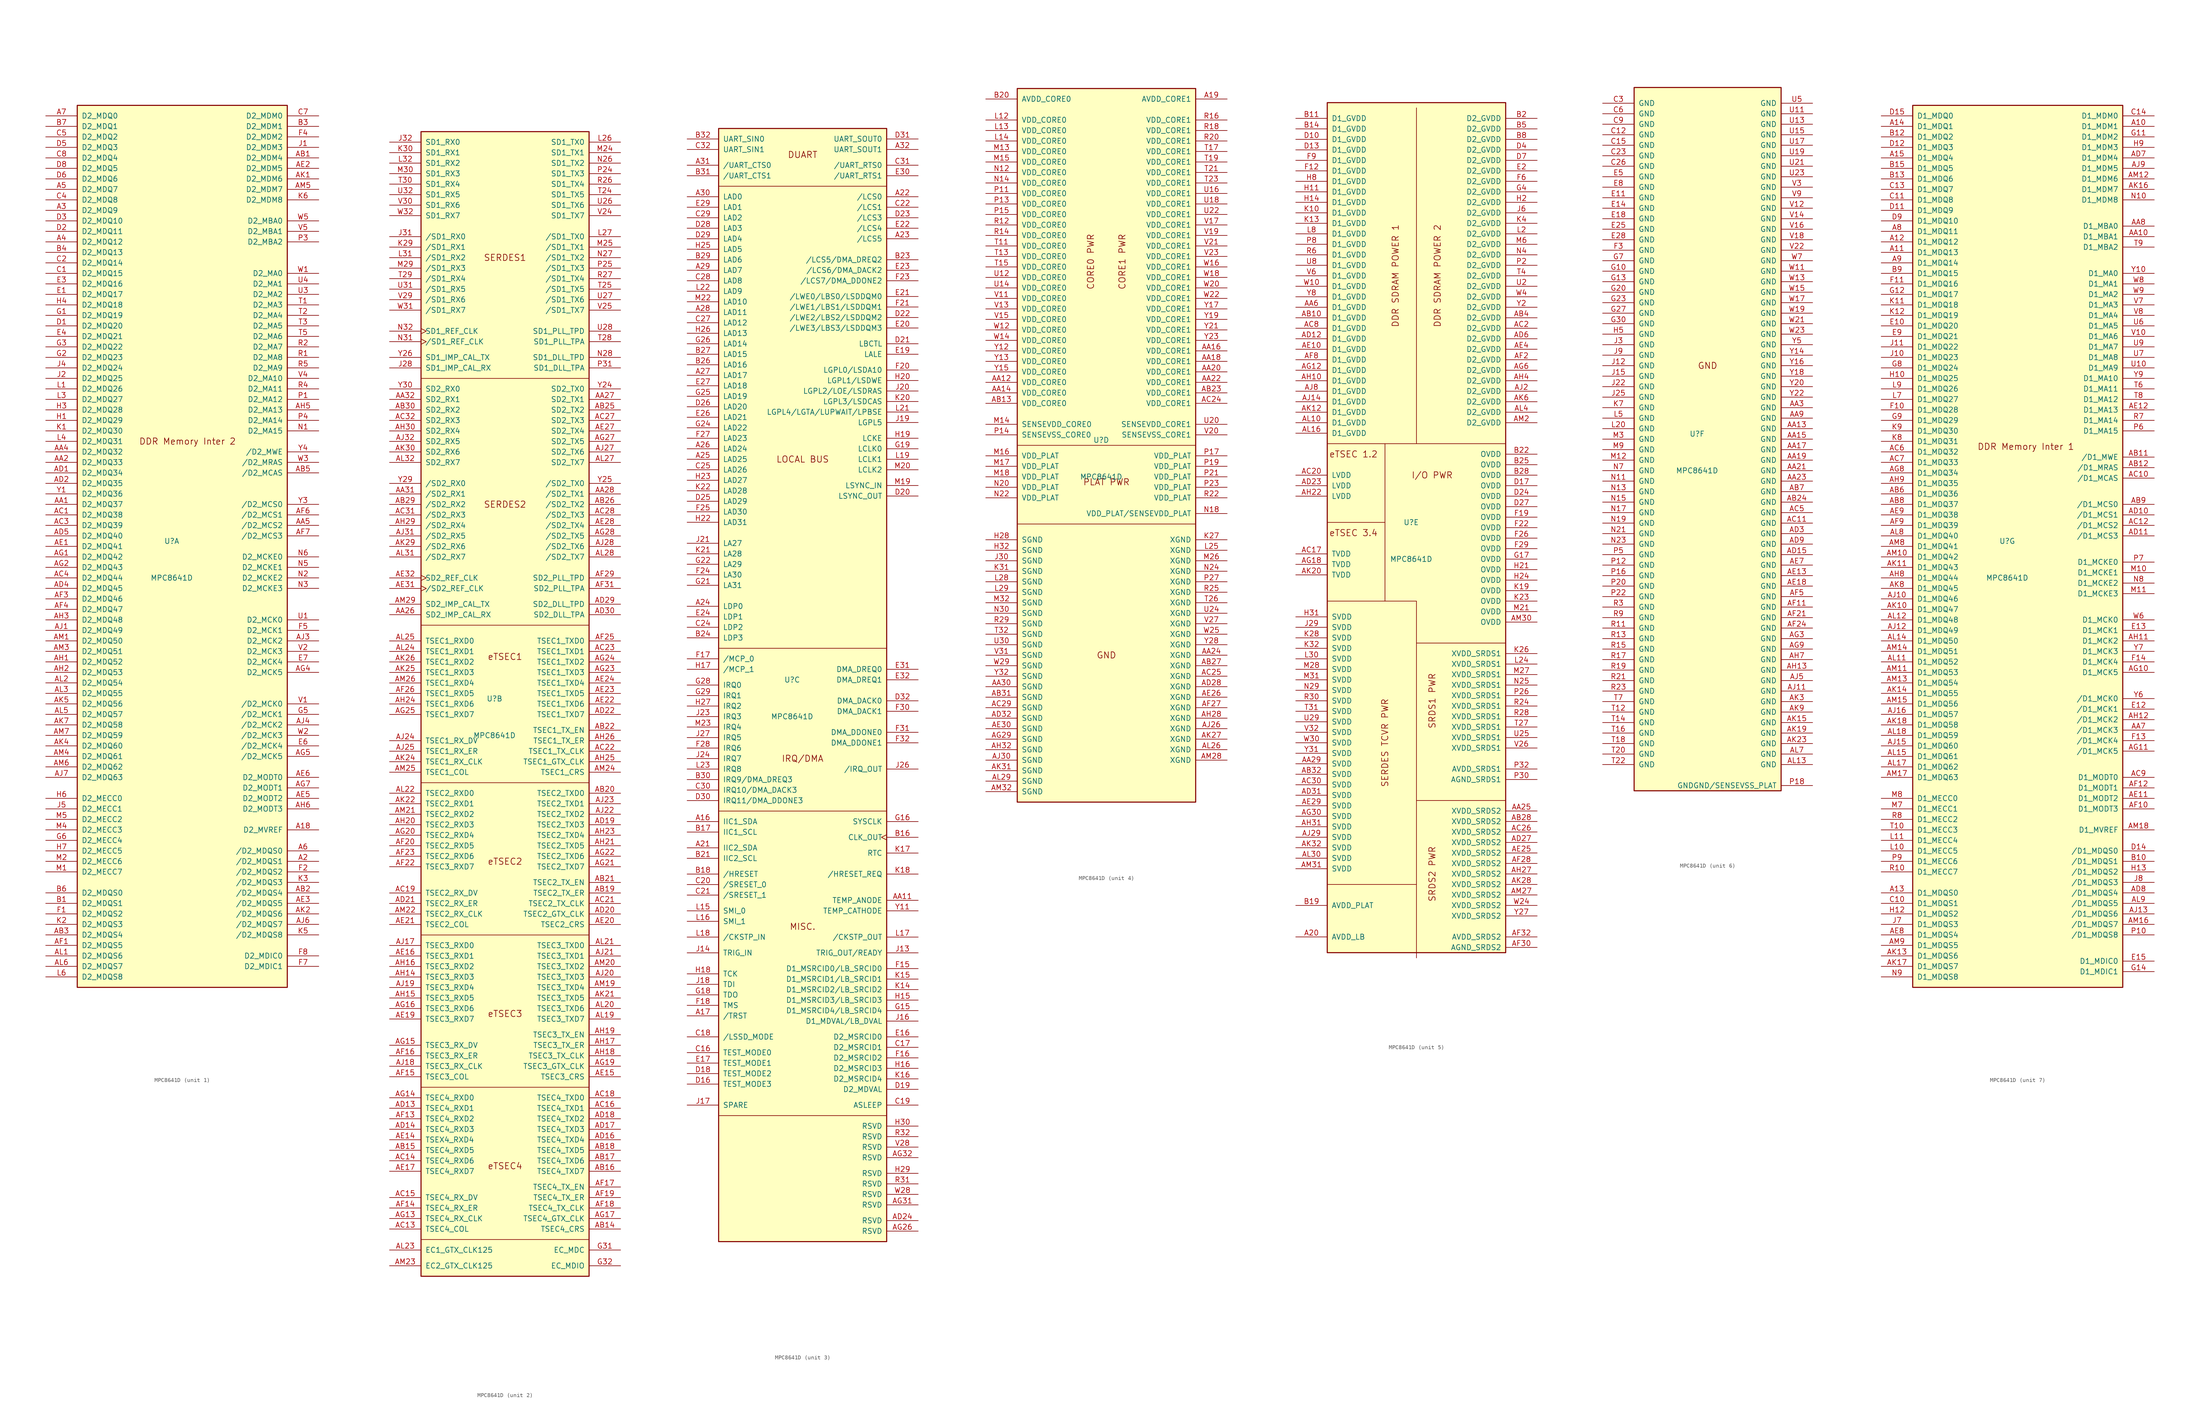
<source format=kicad_sym>
(kicad_symbol_lib
  (version 20211014)
  (generator kicad_symbol_editor)
  (symbol "MPC8641D"
    (pin_names
      (offset 1.016))
    (property "Reference" "U"
      (at -2.54 1.27 0)
      (effects (font (size 1.27 1.27))))
    (property "Value" "MPC8641D"
      (at -2.54 -7.62 0)
      (effects (font (size 1.27 1.27))))
    (property "ki_locked" ""
      (at 0 0 0)
      (effects (font (size 1.27 1.27))))
    (symbol "MPC8641D_1_1"
      (rectangle (start -25.4 106.68) (end 25.4 -106.68) (stroke (width 0.254) (type default) (color 0 0 0 0)) (fill (type background)))
      (text "DDR Memory Inter 2" (at 1.27 25.4 0) (effects (font (size 1.524 1.524))))
      (pin output line (at 33.02 -68.58 180) (length 7.62) (name "D2_MVREF" (effects (font (size 1.27 1.27)))) (number "A18" (effects (font (size 1.27 1.27)))))
      (pin bidirectional line (at 33.02 -76.2 180) (length 7.62) (name "/D2_MDQS1" (effects (font (size 1.27 1.27)))) (number "A2" (effects (font (size 1.27 1.27)))))
      (pin bidirectional line (at -33.02 81.28 0) (length 7.62) (name "D2_MDQ9" (effects (font (size 1.27 1.27)))) (number "A3" (effects (font (size 1.27 1.27)))))
      (pin bidirectional line (at -33.02 73.66 0) (length 7.62) (name "D2_MDQ12" (effects (font (size 1.27 1.27)))) (number "A4" (effects (font (size 1.27 1.27)))))
      (pin bidirectional line (at -33.02 86.36 0) (length 7.62) (name "D2_MDQ7" (effects (font (size 1.27 1.27)))) (number "A5" (effects (font (size 1.27 1.27)))))
      (pin bidirectional line (at 33.02 -73.66 180) (length 7.62) (name "/D2_MDQS0" (effects (font (size 1.27 1.27)))) (number "A6" (effects (font (size 1.27 1.27)))))
      (pin bidirectional line (at -33.02 104.14 0) (length 7.62) (name "D2_MDQ0" (effects (font (size 1.27 1.27)))) (number "A7" (effects (font (size 1.27 1.27)))))
      (pin bidirectional line (at -33.02 10.16 0) (length 7.62) (name "D2_MDQ37" (effects (font (size 1.27 1.27)))) (number "AA1" (effects (font (size 1.27 1.27)))))
      (pin bidirectional line (at -33.02 20.32 0) (length 7.62) (name "D2_MDQ33" (effects (font (size 1.27 1.27)))) (number "AA2" (effects (font (size 1.27 1.27)))))
      (pin bidirectional line (at -33.02 22.86 0) (length 7.62) (name "D2_MDQ32" (effects (font (size 1.27 1.27)))) (number "AA4" (effects (font (size 1.27 1.27)))))
      (pin output line (at 33.02 5.08 180) (length 7.62) (name "/D2_MCS2" (effects (font (size 1.27 1.27)))) (number "AA5" (effects (font (size 1.27 1.27)))))
      (pin output line (at 33.02 93.98 180) (length 7.62) (name "D2_MDM4" (effects (font (size 1.27 1.27)))) (number "AB1" (effects (font (size 1.27 1.27)))))
      (pin bidirectional line (at 33.02 -83.82 180) (length 7.62) (name "/D2_MDQS4" (effects (font (size 1.27 1.27)))) (number "AB2" (effects (font (size 1.27 1.27)))))
      (pin bidirectional line (at -33.02 -93.98 0) (length 7.62) (name "D2_MDQS4" (effects (font (size 1.27 1.27)))) (number "AB3" (effects (font (size 1.27 1.27)))))
      (pin output line (at 33.02 17.78 180) (length 7.62) (name "/D2_MCAS" (effects (font (size 1.27 1.27)))) (number "AB5" (effects (font (size 1.27 1.27)))))
      (pin bidirectional line (at -33.02 7.62 0) (length 7.62) (name "D2_MDQ38" (effects (font (size 1.27 1.27)))) (number "AC1" (effects (font (size 1.27 1.27)))))
      (pin bidirectional line (at -33.02 5.08 0) (length 7.62) (name "D2_MDQ39" (effects (font (size 1.27 1.27)))) (number "AC3" (effects (font (size 1.27 1.27)))))
      (pin bidirectional line (at -33.02 -7.62 0) (length 7.62) (name "D2_MDQ44" (effects (font (size 1.27 1.27)))) (number "AC4" (effects (font (size 1.27 1.27)))))
      (pin bidirectional line (at -33.02 17.78 0) (length 7.62) (name "D2_MDQ34" (effects (font (size 1.27 1.27)))) (number "AD1" (effects (font (size 1.27 1.27)))))
      (pin bidirectional line (at -33.02 15.24 0) (length 7.62) (name "D2_MDQ35" (effects (font (size 1.27 1.27)))) (number "AD2" (effects (font (size 1.27 1.27)))))
      (pin bidirectional line (at -33.02 -10.16 0) (length 7.62) (name "D2_MDQ45" (effects (font (size 1.27 1.27)))) (number "AD4" (effects (font (size 1.27 1.27)))))
      (pin bidirectional line (at -33.02 2.54 0) (length 7.62) (name "D2_MDQ40" (effects (font (size 1.27 1.27)))) (number "AD5" (effects (font (size 1.27 1.27)))))
      (pin bidirectional line (at -33.02 0 0) (length 7.62) (name "D2_MDQ41" (effects (font (size 1.27 1.27)))) (number "AE1" (effects (font (size 1.27 1.27)))))
      (pin output line (at 33.02 91.44 180) (length 7.62) (name "D2_MDM5" (effects (font (size 1.27 1.27)))) (number "AE2" (effects (font (size 1.27 1.27)))))
      (pin bidirectional line (at 33.02 -86.36 180) (length 7.62) (name "/D2_MDQS5" (effects (font (size 1.27 1.27)))) (number "AE3" (effects (font (size 1.27 1.27)))))
      (pin output line (at 33.02 -60.96 180) (length 7.62) (name "D2_MODT2" (effects (font (size 1.27 1.27)))) (number "AE5" (effects (font (size 1.27 1.27)))))
      (pin output line (at 33.02 -55.88 180) (length 7.62) (name "D2_MODT0" (effects (font (size 1.27 1.27)))) (number "AE6" (effects (font (size 1.27 1.27)))))
      (pin bidirectional line (at -33.02 -96.52 0) (length 7.62) (name "D2_MDQS5" (effects (font (size 1.27 1.27)))) (number "AF1" (effects (font (size 1.27 1.27)))))
      (pin bidirectional line (at -33.02 -12.7 0) (length 7.62) (name "D2_MDQ46" (effects (font (size 1.27 1.27)))) (number "AF3" (effects (font (size 1.27 1.27)))))
      (pin bidirectional line (at -33.02 -15.24 0) (length 7.62) (name "D2_MDQ47" (effects (font (size 1.27 1.27)))) (number "AF4" (effects (font (size 1.27 1.27)))))
      (pin output line (at 33.02 7.62 180) (length 7.62) (name "/D2_MCS1" (effects (font (size 1.27 1.27)))) (number "AF6" (effects (font (size 1.27 1.27)))))
      (pin output line (at 33.02 2.54 180) (length 7.62) (name "/D2_MCS3" (effects (font (size 1.27 1.27)))) (number "AF7" (effects (font (size 1.27 1.27)))))
      (pin bidirectional line (at -33.02 -2.54 0) (length 7.62) (name "D2_MDQ42" (effects (font (size 1.27 1.27)))) (number "AG1" (effects (font (size 1.27 1.27)))))
      (pin bidirectional line (at -33.02 -5.08 0) (length 7.62) (name "D2_MDQ43" (effects (font (size 1.27 1.27)))) (number "AG2" (effects (font (size 1.27 1.27)))))
      (pin output line (at 33.02 -30.48 180) (length 7.62) (name "D2_MCK5" (effects (font (size 1.27 1.27)))) (number "AG4" (effects (font (size 1.27 1.27)))))
      (pin output line (at 33.02 -50.8 180) (length 7.62) (name "/D2_MCK5" (effects (font (size 1.27 1.27)))) (number "AG5" (effects (font (size 1.27 1.27)))))
      (pin output line (at 33.02 -58.42 180) (length 7.62) (name "D2_MODT1" (effects (font (size 1.27 1.27)))) (number "AG7" (effects (font (size 1.27 1.27)))))
      (pin bidirectional line (at -33.02 -27.94 0) (length 7.62) (name "D2_MDQ52" (effects (font (size 1.27 1.27)))) (number "AH1" (effects (font (size 1.27 1.27)))))
      (pin bidirectional line (at -33.02 -30.48 0) (length 7.62) (name "D2_MDQ53" (effects (font (size 1.27 1.27)))) (number "AH2" (effects (font (size 1.27 1.27)))))
      (pin bidirectional line (at -33.02 -17.78 0) (length 7.62) (name "D2_MDQ48" (effects (font (size 1.27 1.27)))) (number "AH3" (effects (font (size 1.27 1.27)))))
      (pin output line (at 33.02 33.02 180) (length 7.62) (name "D2_MA13" (effects (font (size 1.27 1.27)))) (number "AH5" (effects (font (size 1.27 1.27)))))
      (pin output line (at 33.02 -63.5 180) (length 7.62) (name "D2_MODT3" (effects (font (size 1.27 1.27)))) (number "AH6" (effects (font (size 1.27 1.27)))))
      (pin bidirectional line (at -33.02 -20.32 0) (length 7.62) (name "D2_MDQ49" (effects (font (size 1.27 1.27)))) (number "AJ1" (effects (font (size 1.27 1.27)))))
      (pin output line (at 33.02 -22.86 180) (length 7.62) (name "D2_MCK2" (effects (font (size 1.27 1.27)))) (number "AJ3" (effects (font (size 1.27 1.27)))))
      (pin output line (at 33.02 -43.18 180) (length 7.62) (name "/D2_MCK2" (effects (font (size 1.27 1.27)))) (number "AJ4" (effects (font (size 1.27 1.27)))))
      (pin bidirectional line (at 33.02 -91.44 180) (length 7.62) (name "/D2_MDQS7" (effects (font (size 1.27 1.27)))) (number "AJ6" (effects (font (size 1.27 1.27)))))
      (pin bidirectional line (at -33.02 -55.88 0) (length 7.62) (name "D2_MDQ63" (effects (font (size 1.27 1.27)))) (number "AJ7" (effects (font (size 1.27 1.27)))))
      (pin output line (at 33.02 88.9 180) (length 7.62) (name "D2_MDM6" (effects (font (size 1.27 1.27)))) (number "AK1" (effects (font (size 1.27 1.27)))))
      (pin bidirectional line (at 33.02 -88.9 180) (length 7.62) (name "/D2_MDQS6" (effects (font (size 1.27 1.27)))) (number "AK2" (effects (font (size 1.27 1.27)))))
      (pin bidirectional line (at -33.02 -48.26 0) (length 7.62) (name "D2_MDQ60" (effects (font (size 1.27 1.27)))) (number "AK4" (effects (font (size 1.27 1.27)))))
      (pin bidirectional line (at -33.02 -38.1 0) (length 7.62) (name "D2_MDQ56" (effects (font (size 1.27 1.27)))) (number "AK5" (effects (font (size 1.27 1.27)))))
      (pin bidirectional line (at -33.02 -43.18 0) (length 7.62) (name "D2_MDQ58" (effects (font (size 1.27 1.27)))) (number "AK7" (effects (font (size 1.27 1.27)))))
      (pin bidirectional line (at -33.02 -99.06 0) (length 7.62) (name "D2_MDQS6" (effects (font (size 1.27 1.27)))) (number "AL1" (effects (font (size 1.27 1.27)))))
      (pin bidirectional line (at -33.02 -33.02 0) (length 7.62) (name "D2_MDQ54" (effects (font (size 1.27 1.27)))) (number "AL2" (effects (font (size 1.27 1.27)))))
      (pin bidirectional line (at -33.02 -35.56 0) (length 7.62) (name "D2_MDQ55" (effects (font (size 1.27 1.27)))) (number "AL3" (effects (font (size 1.27 1.27)))))
      (pin bidirectional line (at -33.02 -40.64 0) (length 7.62) (name "D2_MDQ57" (effects (font (size 1.27 1.27)))) (number "AL5" (effects (font (size 1.27 1.27)))))
      (pin bidirectional line (at -33.02 -101.6 0) (length 7.62) (name "D2_MDQS7" (effects (font (size 1.27 1.27)))) (number "AL6" (effects (font (size 1.27 1.27)))))
      (pin bidirectional line (at -33.02 -22.86 0) (length 7.62) (name "D2_MDQ50" (effects (font (size 1.27 1.27)))) (number "AM1" (effects (font (size 1.27 1.27)))))
      (pin bidirectional line (at -33.02 -25.4 0) (length 7.62) (name "D2_MDQ51" (effects (font (size 1.27 1.27)))) (number "AM3" (effects (font (size 1.27 1.27)))))
      (pin bidirectional line (at -33.02 -50.8 0) (length 7.62) (name "D2_MDQ61" (effects (font (size 1.27 1.27)))) (number "AM4" (effects (font (size 1.27 1.27)))))
      (pin output line (at 33.02 86.36 180) (length 7.62) (name "D2_MDM7" (effects (font (size 1.27 1.27)))) (number "AM5" (effects (font (size 1.27 1.27)))))
      (pin bidirectional line (at -33.02 -53.34 0) (length 7.62) (name "D2_MDQ62" (effects (font (size 1.27 1.27)))) (number "AM6" (effects (font (size 1.27 1.27)))))
      (pin bidirectional line (at -33.02 -45.72 0) (length 7.62) (name "D2_MDQ59" (effects (font (size 1.27 1.27)))) (number "AM7" (effects (font (size 1.27 1.27)))))
      (pin bidirectional line (at -33.02 -86.36 0) (length 7.62) (name "D2_MDQS1" (effects (font (size 1.27 1.27)))) (number "B1" (effects (font (size 1.27 1.27)))))
      (pin output line (at 33.02 101.6 180) (length 7.62) (name "D2_MDM1" (effects (font (size 1.27 1.27)))) (number "B3" (effects (font (size 1.27 1.27)))))
      (pin bidirectional line (at -33.02 71.12 0) (length 7.62) (name "D2_MDQ13" (effects (font (size 1.27 1.27)))) (number "B4" (effects (font (size 1.27 1.27)))))
      (pin bidirectional line (at -33.02 -83.82 0) (length 7.62) (name "D2_MDQS0" (effects (font (size 1.27 1.27)))) (number "B6" (effects (font (size 1.27 1.27)))))
      (pin bidirectional line (at -33.02 101.6 0) (length 7.62) (name "D2_MDQ1" (effects (font (size 1.27 1.27)))) (number "B7" (effects (font (size 1.27 1.27)))))
      (pin bidirectional line (at -33.02 66.04 0) (length 7.62) (name "D2_MDQ15" (effects (font (size 1.27 1.27)))) (number "C1" (effects (font (size 1.27 1.27)))))
      (pin bidirectional line (at -33.02 68.58 0) (length 7.62) (name "D2_MDQ14" (effects (font (size 1.27 1.27)))) (number "C2" (effects (font (size 1.27 1.27)))))
      (pin bidirectional line (at -33.02 83.82 0) (length 7.62) (name "D2_MDQ8" (effects (font (size 1.27 1.27)))) (number "C4" (effects (font (size 1.27 1.27)))))
      (pin bidirectional line (at -33.02 99.06 0) (length 7.62) (name "D2_MDQ2" (effects (font (size 1.27 1.27)))) (number "C5" (effects (font (size 1.27 1.27)))))
      (pin output line (at 33.02 104.14 180) (length 7.62) (name "D2_MDM0" (effects (font (size 1.27 1.27)))) (number "C7" (effects (font (size 1.27 1.27)))))
      (pin bidirectional line (at -33.02 93.98 0) (length 7.62) (name "D2_MDQ4" (effects (font (size 1.27 1.27)))) (number "C8" (effects (font (size 1.27 1.27)))))
      (pin bidirectional line (at -33.02 53.34 0) (length 7.62) (name "D2_MDQ20" (effects (font (size 1.27 1.27)))) (number "D1" (effects (font (size 1.27 1.27)))))
      (pin bidirectional line (at -33.02 76.2 0) (length 7.62) (name "D2_MDQ11" (effects (font (size 1.27 1.27)))) (number "D2" (effects (font (size 1.27 1.27)))))
      (pin bidirectional line (at -33.02 78.74 0) (length 7.62) (name "D2_MDQ10" (effects (font (size 1.27 1.27)))) (number "D3" (effects (font (size 1.27 1.27)))))
      (pin bidirectional line (at -33.02 96.52 0) (length 7.62) (name "D2_MDQ3" (effects (font (size 1.27 1.27)))) (number "D5" (effects (font (size 1.27 1.27)))))
      (pin bidirectional line (at -33.02 88.9 0) (length 7.62) (name "D2_MDQ6" (effects (font (size 1.27 1.27)))) (number "D6" (effects (font (size 1.27 1.27)))))
      (pin bidirectional line (at -33.02 91.44 0) (length 7.62) (name "D2_MDQ5" (effects (font (size 1.27 1.27)))) (number "D8" (effects (font (size 1.27 1.27)))))
      (pin bidirectional line (at -33.02 60.96 0) (length 7.62) (name "D2_MDQ17" (effects (font (size 1.27 1.27)))) (number "E1" (effects (font (size 1.27 1.27)))))
      (pin bidirectional line (at -33.02 63.5 0) (length 7.62) (name "D2_MDQ16" (effects (font (size 1.27 1.27)))) (number "E3" (effects (font (size 1.27 1.27)))))
      (pin bidirectional line (at -33.02 50.8 0) (length 7.62) (name "D2_MDQ21" (effects (font (size 1.27 1.27)))) (number "E4" (effects (font (size 1.27 1.27)))))
      (pin output line (at 33.02 -48.26 180) (length 7.62) (name "/D2_MCK4" (effects (font (size 1.27 1.27)))) (number "E6" (effects (font (size 1.27 1.27)))))
      (pin output line (at 33.02 -27.94 180) (length 7.62) (name "D2_MCK4" (effects (font (size 1.27 1.27)))) (number "E7" (effects (font (size 1.27 1.27)))))
      (pin bidirectional line (at -33.02 -88.9 0) (length 7.62) (name "D2_MDQS2" (effects (font (size 1.27 1.27)))) (number "F1" (effects (font (size 1.27 1.27)))))
      (pin bidirectional line (at 33.02 -78.74 180) (length 7.62) (name "/D2_MDQS2" (effects (font (size 1.27 1.27)))) (number "F2" (effects (font (size 1.27 1.27)))))
      (pin output line (at 33.02 99.06 180) (length 7.62) (name "D2_MDM2" (effects (font (size 1.27 1.27)))) (number "F4" (effects (font (size 1.27 1.27)))))
      (pin output line (at 33.02 -20.32 180) (length 7.62) (name "D2_MCK1" (effects (font (size 1.27 1.27)))) (number "F5" (effects (font (size 1.27 1.27)))))
      (pin bidirectional line (at 33.02 -101.6 180) (length 7.62) (name "D2_MDIC1" (effects (font (size 1.27 1.27)))) (number "F7" (effects (font (size 1.27 1.27)))))
      (pin bidirectional line (at 33.02 -99.06 180) (length 7.62) (name "D2_MDIC0" (effects (font (size 1.27 1.27)))) (number "F8" (effects (font (size 1.27 1.27)))))
      (pin bidirectional line (at -33.02 55.88 0) (length 7.62) (name "D2_MDQ19" (effects (font (size 1.27 1.27)))) (number "G1" (effects (font (size 1.27 1.27)))))
      (pin bidirectional line (at -33.02 45.72 0) (length 7.62) (name "D2_MDQ23" (effects (font (size 1.27 1.27)))) (number "G2" (effects (font (size 1.27 1.27)))))
      (pin bidirectional line (at -33.02 48.26 0) (length 7.62) (name "D2_MDQ22" (effects (font (size 1.27 1.27)))) (number "G3" (effects (font (size 1.27 1.27)))))
      (pin output line (at 33.02 -40.64 180) (length 7.62) (name "/D2_MCK1" (effects (font (size 1.27 1.27)))) (number "G5" (effects (font (size 1.27 1.27)))))
      (pin bidirectional line (at -33.02 -71.12 0) (length 7.62) (name "D2_MECC4" (effects (font (size 1.27 1.27)))) (number "G6" (effects (font (size 1.27 1.27)))))
      (pin bidirectional line (at -33.02 30.48 0) (length 7.62) (name "D2_MDQ29" (effects (font (size 1.27 1.27)))) (number "H1" (effects (font (size 1.27 1.27)))))
      (pin bidirectional line (at -33.02 33.02 0) (length 7.62) (name "D2_MDQ28" (effects (font (size 1.27 1.27)))) (number "H3" (effects (font (size 1.27 1.27)))))
      (pin bidirectional line (at -33.02 58.42 0) (length 7.62) (name "D2_MDQ18" (effects (font (size 1.27 1.27)))) (number "H4" (effects (font (size 1.27 1.27)))))
      (pin bidirectional line (at -33.02 -60.96 0) (length 7.62) (name "D2_MECC0" (effects (font (size 1.27 1.27)))) (number "H6" (effects (font (size 1.27 1.27)))))
      (pin bidirectional line (at -33.02 -73.66 0) (length 7.62) (name "D2_MECC5" (effects (font (size 1.27 1.27)))) (number "H7" (effects (font (size 1.27 1.27)))))
      (pin output line (at 33.02 96.52 180) (length 7.62) (name "D2_MDM3" (effects (font (size 1.27 1.27)))) (number "J1" (effects (font (size 1.27 1.27)))))
      (pin bidirectional line (at -33.02 40.64 0) (length 7.62) (name "D2_MDQ25" (effects (font (size 1.27 1.27)))) (number "J2" (effects (font (size 1.27 1.27)))))
      (pin bidirectional line (at -33.02 43.18 0) (length 7.62) (name "D2_MDQ24" (effects (font (size 1.27 1.27)))) (number "J4" (effects (font (size 1.27 1.27)))))
      (pin bidirectional line (at -33.02 -63.5 0) (length 7.62) (name "D2_MECC1" (effects (font (size 1.27 1.27)))) (number "J5" (effects (font (size 1.27 1.27)))))
      (pin bidirectional line (at -33.02 27.94 0) (length 7.62) (name "D2_MDQ30" (effects (font (size 1.27 1.27)))) (number "K1" (effects (font (size 1.27 1.27)))))
      (pin bidirectional line (at -33.02 -91.44 0) (length 7.62) (name "D2_MDQS3" (effects (font (size 1.27 1.27)))) (number "K2" (effects (font (size 1.27 1.27)))))
      (pin bidirectional line (at 33.02 -81.28 180) (length 7.62) (name "/D2_MDQS3" (effects (font (size 1.27 1.27)))) (number "K3" (effects (font (size 1.27 1.27)))))
      (pin bidirectional line (at 33.02 -93.98 180) (length 7.62) (name "/D2_MDQS8" (effects (font (size 1.27 1.27)))) (number "K5" (effects (font (size 1.27 1.27)))))
      (pin output line (at 33.02 83.82 180) (length 7.62) (name "D2_MDM8" (effects (font (size 1.27 1.27)))) (number "K6" (effects (font (size 1.27 1.27)))))
      (pin bidirectional line (at -33.02 38.1 0) (length 7.62) (name "D2_MDQ26" (effects (font (size 1.27 1.27)))) (number "L1" (effects (font (size 1.27 1.27)))))
      (pin bidirectional line (at -33.02 35.56 0) (length 7.62) (name "D2_MDQ27" (effects (font (size 1.27 1.27)))) (number "L3" (effects (font (size 1.27 1.27)))))
      (pin bidirectional line (at -33.02 25.4 0) (length 7.62) (name "D2_MDQ31" (effects (font (size 1.27 1.27)))) (number "L4" (effects (font (size 1.27 1.27)))))
      (pin bidirectional line (at -33.02 -104.14 0) (length 7.62) (name "D2_MDQS8" (effects (font (size 1.27 1.27)))) (number "L6" (effects (font (size 1.27 1.27)))))
      (pin bidirectional line (at -33.02 -78.74 0) (length 7.62) (name "D2_MECC7" (effects (font (size 1.27 1.27)))) (number "M1" (effects (font (size 1.27 1.27)))))
      (pin bidirectional line (at -33.02 -76.2 0) (length 7.62) (name "D2_MECC6" (effects (font (size 1.27 1.27)))) (number "M2" (effects (font (size 1.27 1.27)))))
      (pin bidirectional line (at -33.02 -68.58 0) (length 7.62) (name "D2_MECC3" (effects (font (size 1.27 1.27)))) (number "M4" (effects (font (size 1.27 1.27)))))
      (pin bidirectional line (at -33.02 -66.04 0) (length 7.62) (name "D2_MECC2" (effects (font (size 1.27 1.27)))) (number "M5" (effects (font (size 1.27 1.27)))))
      (pin output line (at 33.02 27.94 180) (length 7.62) (name "D2_MA15" (effects (font (size 1.27 1.27)))) (number "N1" (effects (font (size 1.27 1.27)))))
      (pin output line (at 33.02 -7.62 180) (length 7.62) (name "D2_MCKE2" (effects (font (size 1.27 1.27)))) (number "N2" (effects (font (size 1.27 1.27)))))
      (pin output line (at 33.02 -10.16 180) (length 7.62) (name "D2_MCKE3" (effects (font (size 1.27 1.27)))) (number "N3" (effects (font (size 1.27 1.27)))))
      (pin output line (at 33.02 -5.08 180) (length 7.62) (name "D2_MCKE1" (effects (font (size 1.27 1.27)))) (number "N5" (effects (font (size 1.27 1.27)))))
      (pin output line (at 33.02 -2.54 180) (length 7.62) (name "D2_MCKE0" (effects (font (size 1.27 1.27)))) (number "N6" (effects (font (size 1.27 1.27)))))
      (pin output line (at 33.02 35.56 180) (length 7.62) (name "D2_MA12" (effects (font (size 1.27 1.27)))) (number "P1" (effects (font (size 1.27 1.27)))))
      (pin output line (at 33.02 73.66 180) (length 7.62) (name "D2_MBA2" (effects (font (size 1.27 1.27)))) (number "P3" (effects (font (size 1.27 1.27)))))
      (pin output line (at 33.02 30.48 180) (length 7.62) (name "D2_MA14" (effects (font (size 1.27 1.27)))) (number "P4" (effects (font (size 1.27 1.27)))))
      (pin output line (at 33.02 45.72 180) (length 7.62) (name "D2_MA8" (effects (font (size 1.27 1.27)))) (number "R1" (effects (font (size 1.27 1.27)))))
      (pin output line (at 33.02 48.26 180) (length 7.62) (name "D2_MA7" (effects (font (size 1.27 1.27)))) (number "R2" (effects (font (size 1.27 1.27)))))
      (pin output line (at 33.02 38.1 180) (length 7.62) (name "D2_MA11" (effects (font (size 1.27 1.27)))) (number "R4" (effects (font (size 1.27 1.27)))))
      (pin output line (at 33.02 43.18 180) (length 7.62) (name "D2_MA9" (effects (font (size 1.27 1.27)))) (number "R5" (effects (font (size 1.27 1.27)))))
      (pin output line (at 33.02 58.42 180) (length 7.62) (name "D2_MA3" (effects (font (size 1.27 1.27)))) (number "T1" (effects (font (size 1.27 1.27)))))
      (pin output line (at 33.02 55.88 180) (length 7.62) (name "D2_MA4" (effects (font (size 1.27 1.27)))) (number "T2" (effects (font (size 1.27 1.27)))))
      (pin output line (at 33.02 53.34 180) (length 7.62) (name "D2_MA5" (effects (font (size 1.27 1.27)))) (number "T3" (effects (font (size 1.27 1.27)))))
      (pin output line (at 33.02 50.8 180) (length 7.62) (name "D2_MA6" (effects (font (size 1.27 1.27)))) (number "T5" (effects (font (size 1.27 1.27)))))
      (pin output line (at 33.02 -17.78 180) (length 7.62) (name "D2_MCK0" (effects (font (size 1.27 1.27)))) (number "U1" (effects (font (size 1.27 1.27)))))
      (pin output line (at 33.02 60.96 180) (length 7.62) (name "D2_MA2" (effects (font (size 1.27 1.27)))) (number "U3" (effects (font (size 1.27 1.27)))))
      (pin output line (at 33.02 63.5 180) (length 7.62) (name "D2_MA1" (effects (font (size 1.27 1.27)))) (number "U4" (effects (font (size 1.27 1.27)))))
      (pin output line (at 33.02 -38.1 180) (length 7.62) (name "/D2_MCK0" (effects (font (size 1.27 1.27)))) (number "V1" (effects (font (size 1.27 1.27)))))
      (pin output line (at 33.02 -25.4 180) (length 7.62) (name "D2_MCK3" (effects (font (size 1.27 1.27)))) (number "V2" (effects (font (size 1.27 1.27)))))
      (pin output line (at 33.02 40.64 180) (length 7.62) (name "D2_MA10" (effects (font (size 1.27 1.27)))) (number "V4" (effects (font (size 1.27 1.27)))))
      (pin output line (at 33.02 76.2 180) (length 7.62) (name "D2_MBA1" (effects (font (size 1.27 1.27)))) (number "V5" (effects (font (size 1.27 1.27)))))
      (pin output line (at 33.02 66.04 180) (length 7.62) (name "D2_MA0" (effects (font (size 1.27 1.27)))) (number "W1" (effects (font (size 1.27 1.27)))))
      (pin output line (at 33.02 -45.72 180) (length 7.62) (name "/D2_MCK3" (effects (font (size 1.27 1.27)))) (number "W2" (effects (font (size 1.27 1.27)))))
      (pin output line (at 33.02 20.32 180) (length 7.62) (name "/D2_MRAS" (effects (font (size 1.27 1.27)))) (number "W3" (effects (font (size 1.27 1.27)))))
      (pin output line (at 33.02 78.74 180) (length 7.62) (name "D2_MBA0" (effects (font (size 1.27 1.27)))) (number "W5" (effects (font (size 1.27 1.27)))))
      (pin bidirectional line (at -33.02 12.7 0) (length 7.62) (name "D2_MDQ36" (effects (font (size 1.27 1.27)))) (number "Y1" (effects (font (size 1.27 1.27)))))
      (pin output line (at 33.02 10.16 180) (length 7.62) (name "/D2_MCS0" (effects (font (size 1.27 1.27)))) (number "Y3" (effects (font (size 1.27 1.27)))))
      (pin output line (at 33.02 22.86 180) (length 7.62) (name "/D2_MWE" (effects (font (size 1.27 1.27)))) (number "Y4" (effects (font (size 1.27 1.27))))))
    (symbol "MPC8641D_2_1"
      (rectangle (start -20.32 138.43) (end 20.32 -138.43) (stroke (width 0.254) (type default) (color 0 0 0 0)) (fill (type background)))
      (polyline (pts (xy -20.32 -129.54) (xy 20.32 -129.54) (xy 20.32 -129.54)) (stroke (width 0) (type default) (color 0 0 0 0)) (fill (type none)))
      (polyline (pts (xy -20.32 -92.71) (xy 20.32 -92.71) (xy 20.32 -92.71)) (stroke (width 0) (type default) (color 0 0 0 0)) (fill (type none)))
      (polyline (pts (xy -20.32 -55.88) (xy 20.32 -55.88) (xy 20.32 -55.88)) (stroke (width 0) (type default) (color 0 0 0 0)) (fill (type none)))
      (polyline (pts (xy -20.32 -19.05) (xy 20.32 -19.05) (xy 20.32 -19.05)) (stroke (width 0) (type default) (color 0 0 0 0)) (fill (type none)))
      (polyline (pts (xy -20.32 19.05) (xy 20.32 19.05) (xy 20.32 19.05)) (stroke (width 0) (type default) (color 0 0 0 0)) (fill (type none)))
      (polyline (pts (xy -20.32 78.74) (xy 20.32 78.74) (xy 20.32 78.74)) (stroke (width 0) (type default) (color 0 0 0 0)) (fill (type none)))
      (text "eTSEC1" (at 0 11.43 0) (effects (font (size 1.524 1.524))))
      (text "eTSEC2" (at 0 -38.1 0) (effects (font (size 1.524 1.524))))
      (text "eTSEC3" (at 0 -74.93 0) (effects (font (size 1.524 1.524))))
      (text "eTSEC4" (at 0 -111.76 0) (effects (font (size 1.524 1.524))))
      (text "SERDES1" (at 0 107.95 0) (effects (font (size 1.524 1.524))))
      (text "SERDES2" (at 0 48.26 0) (effects (font (size 1.524 1.524))))
      (pin input line (at -27.94 21.59 0) (length 7.62) (name "SD2_IMP_CAL_RX" (effects (font (size 1.27 1.27)))) (number "AA26" (effects (font (size 1.27 1.27)))))
      (pin output line (at 27.94 73.66 180) (length 7.62) (name "SD2_TX1" (effects (font (size 1.27 1.27)))) (number "AA27" (effects (font (size 1.27 1.27)))))
      (pin output line (at 27.94 50.8 180) (length 7.62) (name "/SD2_TX1" (effects (font (size 1.27 1.27)))) (number "AA28" (effects (font (size 1.27 1.27)))))
      (pin input line (at -27.94 50.8 0) (length 7.62) (name "/SD2_RX1" (effects (font (size 1.27 1.27)))) (number "AA31" (effects (font (size 1.27 1.27)))))
      (pin input line (at -27.94 73.66 0) (length 7.62) (name "SD2_RX1" (effects (font (size 1.27 1.27)))) (number "AA32" (effects (font (size 1.27 1.27)))))
      (pin bidirectional line (at 27.94 -127 180) (length 7.62) (name "TSEC4_CRS" (effects (font (size 1.27 1.27)))) (number "AB14" (effects (font (size 1.27 1.27)))))
      (pin input line (at -27.94 -107.95 0) (length 7.62) (name "TSEC4_RXD5" (effects (font (size 1.27 1.27)))) (number "AB15" (effects (font (size 1.27 1.27)))))
      (pin output line (at 27.94 -113.03 180) (length 7.62) (name "TSEC4_TXD7" (effects (font (size 1.27 1.27)))) (number "AB16" (effects (font (size 1.27 1.27)))))
      (pin output line (at 27.94 -110.49 180) (length 7.62) (name "TSEC4_TXD6" (effects (font (size 1.27 1.27)))) (number "AB17" (effects (font (size 1.27 1.27)))))
      (pin output line (at 27.94 -107.95 180) (length 7.62) (name "TSEC4_TXD5" (effects (font (size 1.27 1.27)))) (number "AB18" (effects (font (size 1.27 1.27)))))
      (pin output line (at 27.94 -45.72 180) (length 7.62) (name "TSEC2_TX_ER" (effects (font (size 1.27 1.27)))) (number "AB19" (effects (font (size 1.27 1.27)))))
      (pin output line (at 27.94 -21.59 180) (length 7.62) (name "TSEC2_TXD0" (effects (font (size 1.27 1.27)))) (number "AB20" (effects (font (size 1.27 1.27)))))
      (pin output line (at 27.94 -43.18 180) (length 7.62) (name "TSEC2_TX_EN" (effects (font (size 1.27 1.27)))) (number "AB21" (effects (font (size 1.27 1.27)))))
      (pin output line (at 27.94 -6.35 180) (length 7.62) (name "TSEC1_TX_EN" (effects (font (size 1.27 1.27)))) (number "AB22" (effects (font (size 1.27 1.27)))))
      (pin output line (at 27.94 71.12 180) (length 7.62) (name "SD2_TX2" (effects (font (size 1.27 1.27)))) (number "AB25" (effects (font (size 1.27 1.27)))))
      (pin output line (at 27.94 48.26 180) (length 7.62) (name "/SD2_TX2" (effects (font (size 1.27 1.27)))) (number "AB26" (effects (font (size 1.27 1.27)))))
      (pin input line (at -27.94 48.26 0) (length 7.62) (name "/SD2_RX2" (effects (font (size 1.27 1.27)))) (number "AB29" (effects (font (size 1.27 1.27)))))
      (pin input line (at -27.94 71.12 0) (length 7.62) (name "SD2_RX2" (effects (font (size 1.27 1.27)))) (number "AB30" (effects (font (size 1.27 1.27)))))
      (pin input line (at -27.94 -127 0) (length 7.62) (name "TSEC4_COL" (effects (font (size 1.27 1.27)))) (number "AC13" (effects (font (size 1.27 1.27)))))
      (pin input line (at -27.94 -110.49 0) (length 7.62) (name "TSEC4_RXD6" (effects (font (size 1.27 1.27)))) (number "AC14" (effects (font (size 1.27 1.27)))))
      (pin input line (at -27.94 -119.38 0) (length 7.62) (name "TSEC4_RX_DV" (effects (font (size 1.27 1.27)))) (number "AC15" (effects (font (size 1.27 1.27)))))
      (pin output line (at 27.94 -97.79 180) (length 7.62) (name "TSEC4_TXD1" (effects (font (size 1.27 1.27)))) (number "AC16" (effects (font (size 1.27 1.27)))))
      (pin output line (at 27.94 -95.25 180) (length 7.62) (name "TSEC4_TXD0" (effects (font (size 1.27 1.27)))) (number "AC18" (effects (font (size 1.27 1.27)))))
      (pin input line (at -27.94 -45.72 0) (length 7.62) (name "TSEC2_RX_DV" (effects (font (size 1.27 1.27)))) (number "AC19" (effects (font (size 1.27 1.27)))))
      (pin input line (at 27.94 -48.26 180) (length 7.62) (name "TSEC2_TX_CLK" (effects (font (size 1.27 1.27)))) (number "AC21" (effects (font (size 1.27 1.27)))))
      (pin input line (at 27.94 -11.43 180) (length 7.62) (name "TSEC1_TX_CLK" (effects (font (size 1.27 1.27)))) (number "AC22" (effects (font (size 1.27 1.27)))))
      (pin output line (at 27.94 12.7 180) (length 7.62) (name "TSEC1_TXD1" (effects (font (size 1.27 1.27)))) (number "AC23" (effects (font (size 1.27 1.27)))))
      (pin output line (at 27.94 68.58 180) (length 7.62) (name "SD2_TX3" (effects (font (size 1.27 1.27)))) (number "AC27" (effects (font (size 1.27 1.27)))))
      (pin output line (at 27.94 45.72 180) (length 7.62) (name "/SD2_TX3" (effects (font (size 1.27 1.27)))) (number "AC28" (effects (font (size 1.27 1.27)))))
      (pin input line (at -27.94 45.72 0) (length 7.62) (name "/SD2_RX3" (effects (font (size 1.27 1.27)))) (number "AC31" (effects (font (size 1.27 1.27)))))
      (pin input line (at -27.94 68.58 0) (length 7.62) (name "SD2_RX3" (effects (font (size 1.27 1.27)))) (number "AC32" (effects (font (size 1.27 1.27)))))
      (pin input line (at -27.94 -97.79 0) (length 7.62) (name "TSEC4_RXD1" (effects (font (size 1.27 1.27)))) (number "AD13" (effects (font (size 1.27 1.27)))))
      (pin input line (at -27.94 -102.87 0) (length 7.62) (name "TSEC4_RXD3" (effects (font (size 1.27 1.27)))) (number "AD14" (effects (font (size 1.27 1.27)))))
      (pin output line (at 27.94 -105.41 180) (length 7.62) (name "TSEC4_TXD4" (effects (font (size 1.27 1.27)))) (number "AD16" (effects (font (size 1.27 1.27)))))
      (pin output line (at 27.94 -102.87 180) (length 7.62) (name "TSEC4_TXD3" (effects (font (size 1.27 1.27)))) (number "AD17" (effects (font (size 1.27 1.27)))))
      (pin output line (at 27.94 -100.33 180) (length 7.62) (name "TSEC4_TXD2" (effects (font (size 1.27 1.27)))) (number "AD18" (effects (font (size 1.27 1.27)))))
      (pin output line (at 27.94 -29.21 180) (length 7.62) (name "TSEC2_TXD3" (effects (font (size 1.27 1.27)))) (number "AD19" (effects (font (size 1.27 1.27)))))
      (pin output line (at 27.94 -50.8 180) (length 7.62) (name "TSEC2_GTX_CLK" (effects (font (size 1.27 1.27)))) (number "AD20" (effects (font (size 1.27 1.27)))))
      (pin input line (at -27.94 -48.26 0) (length 7.62) (name "TSEC2_RX_ER" (effects (font (size 1.27 1.27)))) (number "AD21" (effects (font (size 1.27 1.27)))))
      (pin output line (at 27.94 -2.54 180) (length 7.62) (name "TSEC1_TXD7" (effects (font (size 1.27 1.27)))) (number "AD22" (effects (font (size 1.27 1.27)))))
      (pin output line (at 27.94 24.13 180) (length 7.62) (name "SD2_DLL_TPD" (effects (font (size 1.27 1.27)))) (number "AD29" (effects (font (size 1.27 1.27)))))
      (pin output line (at 27.94 21.59 180) (length 7.62) (name "SD2_DLL_TPA" (effects (font (size 1.27 1.27)))) (number "AD30" (effects (font (size 1.27 1.27)))))
      (pin input line (at -27.94 -105.41 0) (length 7.62) (name "TSEX4_RXD4" (effects (font (size 1.27 1.27)))) (number "AE14" (effects (font (size 1.27 1.27)))))
      (pin bidirectional line (at 27.94 -90.17 180) (length 7.62) (name "TSEC3_CRS" (effects (font (size 1.27 1.27)))) (number "AE15" (effects (font (size 1.27 1.27)))))
      (pin input line (at -27.94 -60.96 0) (length 7.62) (name "TSEC3_RXD1" (effects (font (size 1.27 1.27)))) (number "AE16" (effects (font (size 1.27 1.27)))))
      (pin input line (at -27.94 -113.03 0) (length 7.62) (name "TSEC4_RXD7" (effects (font (size 1.27 1.27)))) (number "AE17" (effects (font (size 1.27 1.27)))))
      (pin input line (at -27.94 -76.2 0) (length 7.62) (name "TSEC3_RXD7" (effects (font (size 1.27 1.27)))) (number "AE19" (effects (font (size 1.27 1.27)))))
      (pin bidirectional line (at 27.94 -53.34 180) (length 7.62) (name "TSEC2_CRS" (effects (font (size 1.27 1.27)))) (number "AE20" (effects (font (size 1.27 1.27)))))
      (pin input line (at -27.94 -53.34 0) (length 7.62) (name "TSEC2_COL" (effects (font (size 1.27 1.27)))) (number "AE21" (effects (font (size 1.27 1.27)))))
      (pin output line (at 27.94 0 180) (length 7.62) (name "TSEC1_TXD6" (effects (font (size 1.27 1.27)))) (number "AE22" (effects (font (size 1.27 1.27)))))
      (pin output line (at 27.94 2.54 180) (length 7.62) (name "TSEC1_TXD5" (effects (font (size 1.27 1.27)))) (number "AE23" (effects (font (size 1.27 1.27)))))
      (pin output line (at 27.94 5.08 180) (length 7.62) (name "TSEC1_TXD4" (effects (font (size 1.27 1.27)))) (number "AE24" (effects (font (size 1.27 1.27)))))
      (pin output line (at 27.94 66.04 180) (length 7.62) (name "SD2_TX4" (effects (font (size 1.27 1.27)))) (number "AE27" (effects (font (size 1.27 1.27)))))
      (pin output line (at 27.94 43.18 180) (length 7.62) (name "/SD2_TX4" (effects (font (size 1.27 1.27)))) (number "AE28" (effects (font (size 1.27 1.27)))))
      (pin input clock (at -27.94 27.94 0) (length 7.62) (name "/SD2_REF_CLK" (effects (font (size 1.27 1.27)))) (number "AE31" (effects (font (size 1.27 1.27)))))
      (pin input clock (at -27.94 30.48 0) (length 7.62) (name "SD2_REF_CLK" (effects (font (size 1.27 1.27)))) (number "AE32" (effects (font (size 1.27 1.27)))))
      (pin input line (at -27.94 -100.33 0) (length 7.62) (name "TSEC4_RXD2" (effects (font (size 1.27 1.27)))) (number "AF13" (effects (font (size 1.27 1.27)))))
      (pin input line (at -27.94 -121.92 0) (length 7.62) (name "TSEC4_RX_ER" (effects (font (size 1.27 1.27)))) (number "AF14" (effects (font (size 1.27 1.27)))))
      (pin input line (at -27.94 -90.17 0) (length 7.62) (name "TSEC3_COL" (effects (font (size 1.27 1.27)))) (number "AF15" (effects (font (size 1.27 1.27)))))
      (pin input line (at -27.94 -85.09 0) (length 7.62) (name "TSEC3_RX_ER" (effects (font (size 1.27 1.27)))) (number "AF16" (effects (font (size 1.27 1.27)))))
      (pin output line (at 27.94 -116.84 180) (length 7.62) (name "TSEC4_TX_EN" (effects (font (size 1.27 1.27)))) (number "AF17" (effects (font (size 1.27 1.27)))))
      (pin input line (at 27.94 -121.92 180) (length 7.62) (name "TSEC4_TX_CLK" (effects (font (size 1.27 1.27)))) (number "AF18" (effects (font (size 1.27 1.27)))))
      (pin output line (at 27.94 -119.38 180) (length 7.62) (name "TSEC4_TX_ER" (effects (font (size 1.27 1.27)))) (number "AF19" (effects (font (size 1.27 1.27)))))
      (pin input line (at -27.94 -34.29 0) (length 7.62) (name "TSEC2_RXD5" (effects (font (size 1.27 1.27)))) (number "AF20" (effects (font (size 1.27 1.27)))))
      (pin input line (at -27.94 -39.37 0) (length 7.62) (name "TSEC3_RXD7" (effects (font (size 1.27 1.27)))) (number "AF22" (effects (font (size 1.27 1.27)))))
      (pin input line (at -27.94 -36.83 0) (length 7.62) (name "TSEC2_RXD6" (effects (font (size 1.27 1.27)))) (number "AF23" (effects (font (size 1.27 1.27)))))
      (pin output line (at 27.94 15.24 180) (length 7.62) (name "TSEC1_TXD0" (effects (font (size 1.27 1.27)))) (number "AF25" (effects (font (size 1.27 1.27)))))
      (pin input line (at -27.94 2.54 0) (length 7.62) (name "TSEC1_RXD5" (effects (font (size 1.27 1.27)))) (number "AF26" (effects (font (size 1.27 1.27)))))
      (pin output line (at 27.94 30.48 180) (length 7.62) (name "SD2_PLL_TPD" (effects (font (size 1.27 1.27)))) (number "AF29" (effects (font (size 1.27 1.27)))))
      (pin output line (at 27.94 27.94 180) (length 7.62) (name "SD2_PLL_TPA" (effects (font (size 1.27 1.27)))) (number "AF31" (effects (font (size 1.27 1.27)))))
      (pin input line (at -27.94 -124.46 0) (length 7.62) (name "TSEC4_RX_CLK" (effects (font (size 1.27 1.27)))) (number "AG13" (effects (font (size 1.27 1.27)))))
      (pin input line (at -27.94 -95.25 0) (length 7.62) (name "TSEC4_RXD0" (effects (font (size 1.27 1.27)))) (number "AG14" (effects (font (size 1.27 1.27)))))
      (pin input line (at -27.94 -82.55 0) (length 7.62) (name "TSEC3_RX_DV" (effects (font (size 1.27 1.27)))) (number "AG15" (effects (font (size 1.27 1.27)))))
      (pin input line (at -27.94 -73.66 0) (length 7.62) (name "TSEC3_RXD6" (effects (font (size 1.27 1.27)))) (number "AG16" (effects (font (size 1.27 1.27)))))
      (pin output line (at 27.94 -124.46 180) (length 7.62) (name "TSEC4_GTX_CLK" (effects (font (size 1.27 1.27)))) (number "AG17" (effects (font (size 1.27 1.27)))))
      (pin output line (at 27.94 -87.63 180) (length 7.62) (name "TSEC3_GTX_CLK" (effects (font (size 1.27 1.27)))) (number "AG19" (effects (font (size 1.27 1.27)))))
      (pin input line (at -27.94 -31.75 0) (length 7.62) (name "TSEC2_RXD4" (effects (font (size 1.27 1.27)))) (number "AG20" (effects (font (size 1.27 1.27)))))
      (pin output line (at 27.94 -39.37 180) (length 7.62) (name "TSEC2_TXD7" (effects (font (size 1.27 1.27)))) (number "AG21" (effects (font (size 1.27 1.27)))))
      (pin output line (at 27.94 -36.83 180) (length 7.62) (name "TSEC2_TXD6" (effects (font (size 1.27 1.27)))) (number "AG22" (effects (font (size 1.27 1.27)))))
      (pin output line (at 27.94 7.62 180) (length 7.62) (name "TSEC1_TXD3" (effects (font (size 1.27 1.27)))) (number "AG23" (effects (font (size 1.27 1.27)))))
      (pin output line (at 27.94 10.16 180) (length 7.62) (name "TSEC1_TXD2" (effects (font (size 1.27 1.27)))) (number "AG24" (effects (font (size 1.27 1.27)))))
      (pin input line (at -27.94 -2.54 0) (length 7.62) (name "TSEC1_RXD7" (effects (font (size 1.27 1.27)))) (number "AG25" (effects (font (size 1.27 1.27)))))
      (pin output line (at 27.94 63.5 180) (length 7.62) (name "SD2_TX5" (effects (font (size 1.27 1.27)))) (number "AG27" (effects (font (size 1.27 1.27)))))
      (pin output line (at 27.94 40.64 180) (length 7.62) (name "/SD2_TX5" (effects (font (size 1.27 1.27)))) (number "AG28" (effects (font (size 1.27 1.27)))))
      (pin input line (at -27.94 -66.04 0) (length 7.62) (name "TSEC3_RXD3" (effects (font (size 1.27 1.27)))) (number "AH14" (effects (font (size 1.27 1.27)))))
      (pin input line (at -27.94 -71.12 0) (length 7.62) (name "TSEC3_RXD5" (effects (font (size 1.27 1.27)))) (number "AH15" (effects (font (size 1.27 1.27)))))
      (pin input line (at -27.94 -63.5 0) (length 7.62) (name "TSEC3_RXD2" (effects (font (size 1.27 1.27)))) (number "AH16" (effects (font (size 1.27 1.27)))))
      (pin output line (at 27.94 -82.55 180) (length 7.62) (name "TSEC3_TX_ER" (effects (font (size 1.27 1.27)))) (number "AH17" (effects (font (size 1.27 1.27)))))
      (pin input line (at 27.94 -85.09 180) (length 7.62) (name "TSEC3_TX_CLK" (effects (font (size 1.27 1.27)))) (number "AH18" (effects (font (size 1.27 1.27)))))
      (pin output line (at 27.94 -80.01 180) (length 7.62) (name "TSEC3_TX_EN" (effects (font (size 1.27 1.27)))) (number "AH19" (effects (font (size 1.27 1.27)))))
      (pin input line (at -27.94 -29.21 0) (length 7.62) (name "TSEC2_RXD3" (effects (font (size 1.27 1.27)))) (number "AH20" (effects (font (size 1.27 1.27)))))
      (pin output line (at 27.94 -34.29 180) (length 7.62) (name "TSEC2_TXD5" (effects (font (size 1.27 1.27)))) (number "AH21" (effects (font (size 1.27 1.27)))))
      (pin output line (at 27.94 -31.75 180) (length 7.62) (name "TSEC2_TXD4" (effects (font (size 1.27 1.27)))) (number "AH23" (effects (font (size 1.27 1.27)))))
      (pin input line (at -27.94 0 0) (length 7.62) (name "TSEC1_RXD6" (effects (font (size 1.27 1.27)))) (number "AH24" (effects (font (size 1.27 1.27)))))
      (pin output line (at 27.94 -13.97 180) (length 7.62) (name "TSEC1_GTX_CLK" (effects (font (size 1.27 1.27)))) (number "AH25" (effects (font (size 1.27 1.27)))))
      (pin output line (at 27.94 -8.89 180) (length 7.62) (name "TSEC1_TX_ER" (effects (font (size 1.27 1.27)))) (number "AH26" (effects (font (size 1.27 1.27)))))
      (pin input line (at -27.94 43.18 0) (length 7.62) (name "/SD2_RX4" (effects (font (size 1.27 1.27)))) (number "AH29" (effects (font (size 1.27 1.27)))))
      (pin input line (at -27.94 66.04 0) (length 7.62) (name "SD2_RX4" (effects (font (size 1.27 1.27)))) (number "AH30" (effects (font (size 1.27 1.27)))))
      (pin input line (at -27.94 -58.42 0) (length 7.62) (name "TSEC3_RXD0" (effects (font (size 1.27 1.27)))) (number "AJ17" (effects (font (size 1.27 1.27)))))
      (pin input line (at -27.94 -87.63 0) (length 7.62) (name "TSEC3_RX_CLK" (effects (font (size 1.27 1.27)))) (number "AJ18" (effects (font (size 1.27 1.27)))))
      (pin input line (at -27.94 -68.58 0) (length 7.62) (name "TSEC3_RXD4" (effects (font (size 1.27 1.27)))) (number "AJ19" (effects (font (size 1.27 1.27)))))
      (pin output line (at 27.94 -66.04 180) (length 7.62) (name "TSEC3_TXD3" (effects (font (size 1.27 1.27)))) (number "AJ20" (effects (font (size 1.27 1.27)))))
      (pin output line (at 27.94 -60.96 180) (length 7.62) (name "TSEC3_TXD1" (effects (font (size 1.27 1.27)))) (number "AJ21" (effects (font (size 1.27 1.27)))))
      (pin output line (at 27.94 -26.67 180) (length 7.62) (name "TSEC2_TXD2" (effects (font (size 1.27 1.27)))) (number "AJ22" (effects (font (size 1.27 1.27)))))
      (pin output line (at 27.94 -24.13 180) (length 7.62) (name "TSEC2_TXD1" (effects (font (size 1.27 1.27)))) (number "AJ23" (effects (font (size 1.27 1.27)))))
      (pin input line (at -27.94 -8.89 0) (length 7.62) (name "TSEC1_RX_DV" (effects (font (size 1.27 1.27)))) (number "AJ24" (effects (font (size 1.27 1.27)))))
      (pin input line (at -27.94 -11.43 0) (length 7.62) (name "TSEC1_RX_ER" (effects (font (size 1.27 1.27)))) (number "AJ25" (effects (font (size 1.27 1.27)))))
      (pin output line (at 27.94 60.96 180) (length 7.62) (name "SD2_TX6" (effects (font (size 1.27 1.27)))) (number "AJ27" (effects (font (size 1.27 1.27)))))
      (pin output line (at 27.94 38.1 180) (length 7.62) (name "/SD2_TX6" (effects (font (size 1.27 1.27)))) (number "AJ28" (effects (font (size 1.27 1.27)))))
      (pin input line (at -27.94 40.64 0) (length 7.62) (name "/SD2_RX5" (effects (font (size 1.27 1.27)))) (number "AJ31" (effects (font (size 1.27 1.27)))))
      (pin input line (at -27.94 63.5 0) (length 7.62) (name "SD2_RX5" (effects (font (size 1.27 1.27)))) (number "AJ32" (effects (font (size 1.27 1.27)))))
      (pin output line (at 27.94 -71.12 180) (length 7.62) (name "TSEC3_TXD5" (effects (font (size 1.27 1.27)))) (number "AK21" (effects (font (size 1.27 1.27)))))
      (pin input line (at -27.94 -24.13 0) (length 7.62) (name "TSEC2_RXD1" (effects (font (size 1.27 1.27)))) (number "AK22" (effects (font (size 1.27 1.27)))))
      (pin input line (at -27.94 -13.97 0) (length 7.62) (name "TSEC1_RX_CLK" (effects (font (size 1.27 1.27)))) (number "AK24" (effects (font (size 1.27 1.27)))))
      (pin input line (at -27.94 7.62 0) (length 7.62) (name "TSEC1_RXD3" (effects (font (size 1.27 1.27)))) (number "AK25" (effects (font (size 1.27 1.27)))))
      (pin input line (at -27.94 10.16 0) (length 7.62) (name "TSEC1_RXD2" (effects (font (size 1.27 1.27)))) (number "AK26" (effects (font (size 1.27 1.27)))))
      (pin input line (at -27.94 38.1 0) (length 7.62) (name "/SD2_RX6" (effects (font (size 1.27 1.27)))) (number "AK29" (effects (font (size 1.27 1.27)))))
      (pin input line (at -27.94 60.96 0) (length 7.62) (name "SD2_RX6" (effects (font (size 1.27 1.27)))) (number "AK30" (effects (font (size 1.27 1.27)))))
      (pin output line (at 27.94 -76.2 180) (length 7.62) (name "TSEC3_TXD7" (effects (font (size 1.27 1.27)))) (number "AL19" (effects (font (size 1.27 1.27)))))
      (pin output line (at 27.94 -73.66 180) (length 7.62) (name "TSEC3_TXD6" (effects (font (size 1.27 1.27)))) (number "AL20" (effects (font (size 1.27 1.27)))))
      (pin output line (at 27.94 -58.42 180) (length 7.62) (name "TSEC3_TXD0" (effects (font (size 1.27 1.27)))) (number "AL21" (effects (font (size 1.27 1.27)))))
      (pin input line (at -27.94 -21.59 0) (length 7.62) (name "TSEC2_RXD0" (effects (font (size 1.27 1.27)))) (number "AL22" (effects (font (size 1.27 1.27)))))
      (pin input line (at -27.94 -132.08 0) (length 7.62) (name "EC1_GTX_CLK125" (effects (font (size 1.27 1.27)))) (number "AL23" (effects (font (size 1.27 1.27)))))
      (pin input line (at -27.94 12.7 0) (length 7.62) (name "TSEC1_RXD1" (effects (font (size 1.27 1.27)))) (number "AL24" (effects (font (size 1.27 1.27)))))
      (pin input line (at -27.94 15.24 0) (length 7.62) (name "TSEC1_RXD0" (effects (font (size 1.27 1.27)))) (number "AL25" (effects (font (size 1.27 1.27)))))
      (pin output line (at 27.94 58.42 180) (length 7.62) (name "SD2_TX7" (effects (font (size 1.27 1.27)))) (number "AL27" (effects (font (size 1.27 1.27)))))
      (pin output line (at 27.94 35.56 180) (length 7.62) (name "/SD2_TX7" (effects (font (size 1.27 1.27)))) (number "AL28" (effects (font (size 1.27 1.27)))))
      (pin input line (at -27.94 35.56 0) (length 7.62) (name "/SD2_RX7" (effects (font (size 1.27 1.27)))) (number "AL31" (effects (font (size 1.27 1.27)))))
      (pin input line (at -27.94 58.42 0) (length 7.62) (name "SD2_RX7" (effects (font (size 1.27 1.27)))) (number "AL32" (effects (font (size 1.27 1.27)))))
      (pin output line (at 27.94 -68.58 180) (length 7.62) (name "TSEC3_TXD4" (effects (font (size 1.27 1.27)))) (number "AM19" (effects (font (size 1.27 1.27)))))
      (pin output line (at 27.94 -63.5 180) (length 7.62) (name "TSEC3_TXD2" (effects (font (size 1.27 1.27)))) (number "AM20" (effects (font (size 1.27 1.27)))))
      (pin input line (at -27.94 -26.67 0) (length 7.62) (name "TSEC2_RXD2" (effects (font (size 1.27 1.27)))) (number "AM21" (effects (font (size 1.27 1.27)))))
      (pin input line (at -27.94 -50.8 0) (length 7.62) (name "TSEC2_RX_CLK" (effects (font (size 1.27 1.27)))) (number "AM22" (effects (font (size 1.27 1.27)))))
      (pin input line (at -27.94 -135.89 0) (length 7.62) (name "EC2_GTX_CLK125" (effects (font (size 1.27 1.27)))) (number "AM23" (effects (font (size 1.27 1.27)))))
      (pin bidirectional line (at 27.94 -16.51 180) (length 7.62) (name "TSEC1_CRS" (effects (font (size 1.27 1.27)))) (number "AM24" (effects (font (size 1.27 1.27)))))
      (pin input line (at -27.94 -16.51 0) (length 7.62) (name "TSEC1_COL" (effects (font (size 1.27 1.27)))) (number "AM25" (effects (font (size 1.27 1.27)))))
      (pin input line (at -27.94 5.08 0) (length 7.62) (name "TSEC1_RXD4" (effects (font (size 1.27 1.27)))) (number "AM26" (effects (font (size 1.27 1.27)))))
      (pin input line (at -27.94 24.13 0) (length 7.62) (name "SD2_IMP_CAL_TX" (effects (font (size 1.27 1.27)))) (number "AM29" (effects (font (size 1.27 1.27)))))
      (pin output line (at 27.94 -132.08 180) (length 7.62) (name "EC_MDC" (effects (font (size 1.27 1.27)))) (number "G31" (effects (font (size 1.27 1.27)))))
      (pin bidirectional line (at 27.94 -135.89 180) (length 7.62) (name "EC_MDIO" (effects (font (size 1.27 1.27)))) (number "G32" (effects (font (size 1.27 1.27)))))
      (pin input line (at -27.94 81.28 0) (length 7.62) (name "SD1_IMP_CAL_RX" (effects (font (size 1.27 1.27)))) (number "J28" (effects (font (size 1.27 1.27)))))
      (pin input line (at -27.94 113.03 0) (length 7.62) (name "/SD1_RX0" (effects (font (size 1.27 1.27)))) (number "J31" (effects (font (size 1.27 1.27)))))
      (pin input line (at -27.94 135.89 0) (length 7.62) (name "SD1_RX0" (effects (font (size 1.27 1.27)))) (number "J32" (effects (font (size 1.27 1.27)))))
      (pin input line (at -27.94 110.49 0) (length 7.62) (name "/SD1_RX1" (effects (font (size 1.27 1.27)))) (number "K29" (effects (font (size 1.27 1.27)))))
      (pin input line (at -27.94 133.35 0) (length 7.62) (name "SD1_RX1" (effects (font (size 1.27 1.27)))) (number "K30" (effects (font (size 1.27 1.27)))))
      (pin output line (at 27.94 135.89 180) (length 7.62) (name "SD1_TX0" (effects (font (size 1.27 1.27)))) (number "L26" (effects (font (size 1.27 1.27)))))
      (pin output line (at 27.94 113.03 180) (length 7.62) (name "/SD1_TX0" (effects (font (size 1.27 1.27)))) (number "L27" (effects (font (size 1.27 1.27)))))
      (pin input line (at -27.94 107.95 0) (length 7.62) (name "/SD1_RX2" (effects (font (size 1.27 1.27)))) (number "L31" (effects (font (size 1.27 1.27)))))
      (pin input line (at -27.94 130.81 0) (length 7.62) (name "SD1_RX2" (effects (font (size 1.27 1.27)))) (number "L32" (effects (font (size 1.27 1.27)))))
      (pin output line (at 27.94 133.35 180) (length 7.62) (name "SD1_TX1" (effects (font (size 1.27 1.27)))) (number "M24" (effects (font (size 1.27 1.27)))))
      (pin output line (at 27.94 110.49 180) (length 7.62) (name "/SD1_TX1" (effects (font (size 1.27 1.27)))) (number "M25" (effects (font (size 1.27 1.27)))))
      (pin input line (at -27.94 105.41 0) (length 7.62) (name "/SD1_RX3" (effects (font (size 1.27 1.27)))) (number "M29" (effects (font (size 1.27 1.27)))))
      (pin input line (at -27.94 128.27 0) (length 7.62) (name "SD1_RX3" (effects (font (size 1.27 1.27)))) (number "M30" (effects (font (size 1.27 1.27)))))
      (pin output line (at 27.94 130.81 180) (length 7.62) (name "SD1_TX2" (effects (font (size 1.27 1.27)))) (number "N26" (effects (font (size 1.27 1.27)))))
      (pin output line (at 27.94 107.95 180) (length 7.62) (name "/SD1_TX2" (effects (font (size 1.27 1.27)))) (number "N27" (effects (font (size 1.27 1.27)))))
      (pin output line (at 27.94 83.82 180) (length 7.62) (name "SD1_DLL_TPD" (effects (font (size 1.27 1.27)))) (number "N28" (effects (font (size 1.27 1.27)))))
      (pin input clock (at -27.94 87.63 0) (length 7.62) (name "/SD1_REF_CLK" (effects (font (size 1.27 1.27)))) (number "N31" (effects (font (size 1.27 1.27)))))
      (pin input clock (at -27.94 90.17 0) (length 7.62) (name "SD1_REF_CLK" (effects (font (size 1.27 1.27)))) (number "N32" (effects (font (size 1.27 1.27)))))
      (pin output line (at 27.94 128.27 180) (length 7.62) (name "SD1_TX3" (effects (font (size 1.27 1.27)))) (number "P24" (effects (font (size 1.27 1.27)))))
      (pin output line (at 27.94 105.41 180) (length 7.62) (name "/SD1_TX3" (effects (font (size 1.27 1.27)))) (number "P25" (effects (font (size 1.27 1.27)))))
      (pin output line (at 27.94 81.28 180) (length 7.62) (name "SD1_DLL_TPA" (effects (font (size 1.27 1.27)))) (number "P31" (effects (font (size 1.27 1.27)))))
      (pin output line (at 27.94 125.73 180) (length 7.62) (name "SD1_TX4" (effects (font (size 1.27 1.27)))) (number "R26" (effects (font (size 1.27 1.27)))))
      (pin output line (at 27.94 102.87 180) (length 7.62) (name "/SD1_TX4" (effects (font (size 1.27 1.27)))) (number "R27" (effects (font (size 1.27 1.27)))))
      (pin output line (at 27.94 123.19 180) (length 7.62) (name "SD1_TX5" (effects (font (size 1.27 1.27)))) (number "T24" (effects (font (size 1.27 1.27)))))
      (pin output line (at 27.94 100.33 180) (length 7.62) (name "/SD1_TX5" (effects (font (size 1.27 1.27)))) (number "T25" (effects (font (size 1.27 1.27)))))
      (pin output line (at 27.94 87.63 180) (length 7.62) (name "SD1_PLL_TPA" (effects (font (size 1.27 1.27)))) (number "T28" (effects (font (size 1.27 1.27)))))
      (pin input line (at -27.94 102.87 0) (length 7.62) (name "/SD1_RX4" (effects (font (size 1.27 1.27)))) (number "T29" (effects (font (size 1.27 1.27)))))
      (pin input line (at -27.94 125.73 0) (length 7.62) (name "SD1_RX4" (effects (font (size 1.27 1.27)))) (number "T30" (effects (font (size 1.27 1.27)))))
      (pin output line (at 27.94 120.65 180) (length 7.62) (name "SD1_TX6" (effects (font (size 1.27 1.27)))) (number "U26" (effects (font (size 1.27 1.27)))))
      (pin output line (at 27.94 97.79 180) (length 7.62) (name "/SD1_TX6" (effects (font (size 1.27 1.27)))) (number "U27" (effects (font (size 1.27 1.27)))))
      (pin output line (at 27.94 90.17 180) (length 7.62) (name "SD1_PLL_TPD" (effects (font (size 1.27 1.27)))) (number "U28" (effects (font (size 1.27 1.27)))))
      (pin input line (at -27.94 100.33 0) (length 7.62) (name "/SD1_RX5" (effects (font (size 1.27 1.27)))) (number "U31" (effects (font (size 1.27 1.27)))))
      (pin input line (at -27.94 123.19 0) (length 7.62) (name "SD1_RX5" (effects (font (size 1.27 1.27)))) (number "U32" (effects (font (size 1.27 1.27)))))
      (pin output line (at 27.94 118.11 180) (length 7.62) (name "SD1_TX7" (effects (font (size 1.27 1.27)))) (number "V24" (effects (font (size 1.27 1.27)))))
      (pin output line (at 27.94 95.25 180) (length 7.62) (name "/SD1_TX7" (effects (font (size 1.27 1.27)))) (number "V25" (effects (font (size 1.27 1.27)))))
      (pin input line (at -27.94 97.79 0) (length 7.62) (name "/SD1_RX6" (effects (font (size 1.27 1.27)))) (number "V29" (effects (font (size 1.27 1.27)))))
      (pin input line (at -27.94 120.65 0) (length 7.62) (name "SD1_RX6" (effects (font (size 1.27 1.27)))) (number "V30" (effects (font (size 1.27 1.27)))))
      (pin input line (at -27.94 95.25 0) (length 7.62) (name "/SD1_RX7" (effects (font (size 1.27 1.27)))) (number "W31" (effects (font (size 1.27 1.27)))))
      (pin input line (at -27.94 118.11 0) (length 7.62) (name "SD1_RX7" (effects (font (size 1.27 1.27)))) (number "W32" (effects (font (size 1.27 1.27)))))
      (pin output line (at 27.94 76.2 180) (length 7.62) (name "SD2_TX0" (effects (font (size 1.27 1.27)))) (number "Y24" (effects (font (size 1.27 1.27)))))
      (pin output line (at 27.94 53.34 180) (length 7.62) (name "/SD2_TX0" (effects (font (size 1.27 1.27)))) (number "Y25" (effects (font (size 1.27 1.27)))))
      (pin input line (at -27.94 83.82 0) (length 7.62) (name "SD1_IMP_CAL_TX" (effects (font (size 1.27 1.27)))) (number "Y26" (effects (font (size 1.27 1.27)))))
      (pin input line (at -27.94 53.34 0) (length 7.62) (name "/SD2_RX0" (effects (font (size 1.27 1.27)))) (number "Y29" (effects (font (size 1.27 1.27)))))
      (pin input line (at -27.94 76.2 0) (length 7.62) (name "SD2_RX0" (effects (font (size 1.27 1.27)))) (number "Y30" (effects (font (size 1.27 1.27))))))
    (symbol "MPC8641D_3_1"
      (polyline (pts (xy -20.32 -104.14) (xy 20.32 -104.14) (xy 20.32 -104.14)) (stroke (width 0) (type default) (color 0 0 0 0)) (fill (type none)))
      (polyline (pts (xy -20.32 -30.48) (xy 20.32 -30.48) (xy 20.32 -30.48)) (stroke (width 0) (type default) (color 0 0 0 0)) (fill (type none)))
      (polyline (pts (xy -20.32 8.89) (xy 20.32 8.89) (xy 20.32 8.89)) (stroke (width 0) (type default) (color 0 0 0 0)) (fill (type none)))
      (polyline (pts (xy -20.32 120.65) (xy 20.32 120.65) (xy 20.32 120.65)) (stroke (width 0) (type default) (color 0 0 0 0)) (fill (type none)))
      (rectangle (start 20.32 -134.62) (end -20.32 134.62) (stroke (width 0.254) (type default) (color 0 0 0 0)) (fill (type background)))
      (text "DUART" (at 0 128.27 0) (effects (font (size 1.524 1.524))))
      (text "IRQ/DMA" (at 0 -17.78 0) (effects (font (size 1.524 1.524))))
      (text "LOCAL BUS" (at 0 54.61 0) (effects (font (size 1.524 1.524))))
      (text "MISC." (at 0 -58.42 0) (effects (font (size 1.524 1.524))))
      (pin bidirectional line (at -27.94 -33.02 0) (length 7.62) (name "IIC1_SDA" (effects (font (size 1.27 1.27)))) (number "A16" (effects (font (size 1.27 1.27)))))
      (pin input line (at -27.94 -80.01 0) (length 7.62) (name "/TRST" (effects (font (size 1.27 1.27)))) (number "A17" (effects (font (size 1.27 1.27)))))
      (pin bidirectional line (at -27.94 -39.37 0) (length 7.62) (name "IIC2_SDA" (effects (font (size 1.27 1.27)))) (number "A21" (effects (font (size 1.27 1.27)))))
      (pin output line (at 27.94 118.11 180) (length 7.62) (name "/LCS0" (effects (font (size 1.27 1.27)))) (number "A22" (effects (font (size 1.27 1.27)))))
      (pin output line (at 27.94 107.95 180) (length 7.62) (name "/LCS5" (effects (font (size 1.27 1.27)))) (number "A23" (effects (font (size 1.27 1.27)))))
      (pin bidirectional line (at -27.94 19.05 0) (length 7.62) (name "LDP0" (effects (font (size 1.27 1.27)))) (number "A24" (effects (font (size 1.27 1.27)))))
      (pin bidirectional line (at -27.94 54.61 0) (length 7.62) (name "LAD25" (effects (font (size 1.27 1.27)))) (number "A25" (effects (font (size 1.27 1.27)))))
      (pin bidirectional line (at -27.94 57.15 0) (length 7.62) (name "LAD24" (effects (font (size 1.27 1.27)))) (number "A26" (effects (font (size 1.27 1.27)))))
      (pin bidirectional line (at -27.94 74.93 0) (length 7.62) (name "LAD17" (effects (font (size 1.27 1.27)))) (number "A27" (effects (font (size 1.27 1.27)))))
      (pin bidirectional line (at -27.94 90.17 0) (length 7.62) (name "LAD11" (effects (font (size 1.27 1.27)))) (number "A28" (effects (font (size 1.27 1.27)))))
      (pin bidirectional line (at -27.94 100.33 0) (length 7.62) (name "LAD7" (effects (font (size 1.27 1.27)))) (number "A29" (effects (font (size 1.27 1.27)))))
      (pin bidirectional line (at -27.94 118.11 0) (length 7.62) (name "LAD0" (effects (font (size 1.27 1.27)))) (number "A30" (effects (font (size 1.27 1.27)))))
      (pin input line (at -27.94 125.73 0) (length 7.62) (name "/UART_CTS0" (effects (font (size 1.27 1.27)))) (number "A31" (effects (font (size 1.27 1.27)))))
      (pin output line (at 27.94 129.54 180) (length 7.62) (name "UART_SOUT1" (effects (font (size 1.27 1.27)))) (number "A32" (effects (font (size 1.27 1.27)))))
      (pin bidirectional line (at 27.94 -52.07 180) (length 7.62) (name "TEMP_ANODE" (effects (font (size 1.27 1.27)))) (number "AA11" (effects (font (size 1.27 1.27)))))
      (pin unspecified line (at 27.94 -129.54 180) (length 7.62) (name "RSVD" (effects (font (size 1.27 1.27)))) (number "AD24" (effects (font (size 1.27 1.27)))))
      (pin no_connect line (at -20.32 -121.92 0) (length 7.62) hide (name "NC" (effects (font (size 1.27 1.27)))) (number "AD25" (effects (font (size 1.27 1.27)))))
      (pin no_connect line (at -20.32 -124.46 0) (length 7.62) hide (name "NC" (effects (font (size 1.27 1.27)))) (number "AD26" (effects (font (size 1.27 1.27)))))
      (pin unspecified line (at 27.94 -132.08 180) (length 7.62) (name "RSVD" (effects (font (size 1.27 1.27)))) (number "AG26" (effects (font (size 1.27 1.27)))))
      (pin unspecified line (at 27.94 -125.73 180) (length 7.62) (name "RSVD" (effects (font (size 1.27 1.27)))) (number "AG31" (effects (font (size 1.27 1.27)))))
      (pin unspecified line (at 27.94 -114.3 180) (length 7.62) (name "RSVD" (effects (font (size 1.27 1.27)))) (number "AG32" (effects (font (size 1.27 1.27)))))
      (pin output clock (at 27.94 -36.83 180) (length 7.62) (name "CLK_OUT" (effects (font (size 1.27 1.27)))) (number "B16" (effects (font (size 1.27 1.27)))))
      (pin bidirectional line (at -27.94 -35.56 0) (length 7.62) (name "IIC1_SCL" (effects (font (size 1.27 1.27)))) (number "B17" (effects (font (size 1.27 1.27)))))
      (pin bidirectional line (at -27.94 -45.72 0) (length 7.62) (name "/HRESET" (effects (font (size 1.27 1.27)))) (number "B18" (effects (font (size 1.27 1.27)))))
      (pin bidirectional line (at -27.94 -41.91 0) (length 7.62) (name "IIC2_SCL" (effects (font (size 1.27 1.27)))) (number "B21" (effects (font (size 1.27 1.27)))))
      (pin output line (at 27.94 102.87 180) (length 7.62) (name "/LCS5/DMA_DREQ2" (effects (font (size 1.27 1.27)))) (number "B23" (effects (font (size 1.27 1.27)))))
      (pin bidirectional line (at -27.94 11.43 0) (length 7.62) (name "LDP3" (effects (font (size 1.27 1.27)))) (number "B24" (effects (font (size 1.27 1.27)))))
      (pin bidirectional line (at -27.94 77.47 0) (length 7.62) (name "LAD16" (effects (font (size 1.27 1.27)))) (number "B26" (effects (font (size 1.27 1.27)))))
      (pin bidirectional line (at -27.94 80.01 0) (length 7.62) (name "LAD15" (effects (font (size 1.27 1.27)))) (number "B27" (effects (font (size 1.27 1.27)))))
      (pin bidirectional line (at -27.94 102.87 0) (length 7.62) (name "LAD6" (effects (font (size 1.27 1.27)))) (number "B29" (effects (font (size 1.27 1.27)))))
      (pin input line (at -27.94 -22.86 0) (length 7.62) (name "IRQ9/DMA_DREQ3" (effects (font (size 1.27 1.27)))) (number "B30" (effects (font (size 1.27 1.27)))))
      (pin input line (at -27.94 123.19 0) (length 7.62) (name "/UART_CTS1" (effects (font (size 1.27 1.27)))) (number "B31" (effects (font (size 1.27 1.27)))))
      (pin input line (at -27.94 132.08 0) (length 7.62) (name "UART_SIN0" (effects (font (size 1.27 1.27)))) (number "B32" (effects (font (size 1.27 1.27)))))
      (pin input line (at -27.94 -88.9 0) (length 7.62) (name "TEST_MODE0" (effects (font (size 1.27 1.27)))) (number "C16" (effects (font (size 1.27 1.27)))))
      (pin output line (at 27.94 -87.63 180) (length 7.62) (name "D2_MSRCID1" (effects (font (size 1.27 1.27)))) (number "C17" (effects (font (size 1.27 1.27)))))
      (pin input line (at -27.94 -85.09 0) (length 7.62) (name "/LSSD_MODE" (effects (font (size 1.27 1.27)))) (number "C18" (effects (font (size 1.27 1.27)))))
      (pin output line (at 27.94 -101.6 180) (length 7.62) (name "ASLEEP" (effects (font (size 1.27 1.27)))) (number "C19" (effects (font (size 1.27 1.27)))))
      (pin input line (at -27.94 -48.26 0) (length 7.62) (name "/SRESET_0" (effects (font (size 1.27 1.27)))) (number "C20" (effects (font (size 1.27 1.27)))))
      (pin input line (at -27.94 -50.8 0) (length 7.62) (name "/SRESET_1" (effects (font (size 1.27 1.27)))) (number "C21" (effects (font (size 1.27 1.27)))))
      (pin output line (at 27.94 115.57 180) (length 7.62) (name "/LCS1" (effects (font (size 1.27 1.27)))) (number "C22" (effects (font (size 1.27 1.27)))))
      (pin bidirectional line (at -27.94 13.97 0) (length 7.62) (name "LDP2" (effects (font (size 1.27 1.27)))) (number "C24" (effects (font (size 1.27 1.27)))))
      (pin bidirectional line (at -27.94 52.07 0) (length 7.62) (name "LAD26" (effects (font (size 1.27 1.27)))) (number "C25" (effects (font (size 1.27 1.27)))))
      (pin bidirectional line (at -27.94 87.63 0) (length 7.62) (name "LAD12" (effects (font (size 1.27 1.27)))) (number "C27" (effects (font (size 1.27 1.27)))))
      (pin bidirectional line (at -27.94 97.79 0) (length 7.62) (name "LAD8" (effects (font (size 1.27 1.27)))) (number "C28" (effects (font (size 1.27 1.27)))))
      (pin bidirectional line (at -27.94 113.03 0) (length 7.62) (name "LAD2" (effects (font (size 1.27 1.27)))) (number "C29" (effects (font (size 1.27 1.27)))))
      (pin input line (at -27.94 -25.4 0) (length 7.62) (name "IRQ10/DMA_DACK3" (effects (font (size 1.27 1.27)))) (number "C30" (effects (font (size 1.27 1.27)))))
      (pin output line (at 27.94 125.73 180) (length 7.62) (name "/UART_RTS0" (effects (font (size 1.27 1.27)))) (number "C31" (effects (font (size 1.27 1.27)))))
      (pin input line (at -27.94 129.54 0) (length 7.62) (name "UART_SIN1" (effects (font (size 1.27 1.27)))) (number "C32" (effects (font (size 1.27 1.27)))))
      (pin input line (at -27.94 -96.52 0) (length 7.62) (name "TEST_MODE3" (effects (font (size 1.27 1.27)))) (number "D16" (effects (font (size 1.27 1.27)))))
      (pin input line (at -27.94 -93.98 0) (length 7.62) (name "TEST_MODE2" (effects (font (size 1.27 1.27)))) (number "D18" (effects (font (size 1.27 1.27)))))
      (pin output line (at 27.94 -97.79 180) (length 7.62) (name "D2_MDVAL" (effects (font (size 1.27 1.27)))) (number "D19" (effects (font (size 1.27 1.27)))))
      (pin input line (at 27.94 45.72 180) (length 7.62) (name "LSYNC_OUT" (effects (font (size 1.27 1.27)))) (number "D20" (effects (font (size 1.27 1.27)))))
      (pin output line (at 27.94 82.55 180) (length 7.62) (name "LBCTL" (effects (font (size 1.27 1.27)))) (number "D21" (effects (font (size 1.27 1.27)))))
      (pin output line (at 27.94 88.9 180) (length 7.62) (name "/LWE2/LBS2/LSDDQM2" (effects (font (size 1.27 1.27)))) (number "D22" (effects (font (size 1.27 1.27)))))
      (pin output line (at 27.94 113.03 180) (length 7.62) (name "/LCS3" (effects (font (size 1.27 1.27)))) (number "D23" (effects (font (size 1.27 1.27)))))
      (pin bidirectional line (at -27.94 44.45 0) (length 7.62) (name "LAD29" (effects (font (size 1.27 1.27)))) (number "D25" (effects (font (size 1.27 1.27)))))
      (pin bidirectional line (at -27.94 67.31 0) (length 7.62) (name "LAD20" (effects (font (size 1.27 1.27)))) (number "D26" (effects (font (size 1.27 1.27)))))
      (pin bidirectional line (at -27.94 110.49 0) (length 7.62) (name "LAD3" (effects (font (size 1.27 1.27)))) (number "D28" (effects (font (size 1.27 1.27)))))
      (pin bidirectional line (at -27.94 107.95 0) (length 7.62) (name "LAD4" (effects (font (size 1.27 1.27)))) (number "D29" (effects (font (size 1.27 1.27)))))
      (pin input line (at -27.94 -27.94 0) (length 7.62) (name "IRQ11/DMA_DDONE3" (effects (font (size 1.27 1.27)))) (number "D30" (effects (font (size 1.27 1.27)))))
      (pin output line (at 27.94 132.08 180) (length 7.62) (name "UART_SOUT0" (effects (font (size 1.27 1.27)))) (number "D31" (effects (font (size 1.27 1.27)))))
      (pin output line (at 27.94 -3.81 180) (length 7.62) (name "DMA_DACK0" (effects (font (size 1.27 1.27)))) (number "D32" (effects (font (size 1.27 1.27)))))
      (pin output line (at 27.94 -85.09 180) (length 7.62) (name "D2_MSRCID0" (effects (font (size 1.27 1.27)))) (number "E16" (effects (font (size 1.27 1.27)))))
      (pin input line (at -27.94 -91.44 0) (length 7.62) (name "TEST_MODE1" (effects (font (size 1.27 1.27)))) (number "E17" (effects (font (size 1.27 1.27)))))
      (pin output line (at 27.94 80.01 180) (length 7.62) (name "LALE" (effects (font (size 1.27 1.27)))) (number "E19" (effects (font (size 1.27 1.27)))))
      (pin output line (at 27.94 86.36 180) (length 7.62) (name "/LWE3/LBS3/LSDDQM3" (effects (font (size 1.27 1.27)))) (number "E20" (effects (font (size 1.27 1.27)))))
      (pin output line (at 27.94 93.98 180) (length 7.62) (name "/LWE0/LBS0/LSDDQM0" (effects (font (size 1.27 1.27)))) (number "E21" (effects (font (size 1.27 1.27)))))
      (pin output line (at 27.94 110.49 180) (length 7.62) (name "/LCS4" (effects (font (size 1.27 1.27)))) (number "E22" (effects (font (size 1.27 1.27)))))
      (pin output line (at 27.94 100.33 180) (length 7.62) (name "/LCS6/DMA_DACK2" (effects (font (size 1.27 1.27)))) (number "E23" (effects (font (size 1.27 1.27)))))
      (pin bidirectional line (at -27.94 16.51 0) (length 7.62) (name "LDP1" (effects (font (size 1.27 1.27)))) (number "E24" (effects (font (size 1.27 1.27)))))
      (pin bidirectional line (at -27.94 64.77 0) (length 7.62) (name "LAD21" (effects (font (size 1.27 1.27)))) (number "E26" (effects (font (size 1.27 1.27)))))
      (pin bidirectional line (at -27.94 72.39 0) (length 7.62) (name "LAD18" (effects (font (size 1.27 1.27)))) (number "E27" (effects (font (size 1.27 1.27)))))
      (pin bidirectional line (at -27.94 115.57 0) (length 7.62) (name "LAD1" (effects (font (size 1.27 1.27)))) (number "E29" (effects (font (size 1.27 1.27)))))
      (pin output line (at 27.94 123.19 180) (length 7.62) (name "/UART_RTS1" (effects (font (size 1.27 1.27)))) (number "E30" (effects (font (size 1.27 1.27)))))
      (pin input line (at 27.94 3.81 180) (length 7.62) (name "DMA_DREQ0" (effects (font (size 1.27 1.27)))) (number "E31" (effects (font (size 1.27 1.27)))))
      (pin input line (at 27.94 1.27 180) (length 7.62) (name "DMA_DREQ1" (effects (font (size 1.27 1.27)))) (number "E32" (effects (font (size 1.27 1.27)))))
      (pin output line (at 27.94 -68.58 180) (length 7.62) (name "D1_MSRCID0/LB_SRCID0" (effects (font (size 1.27 1.27)))) (number "F15" (effects (font (size 1.27 1.27)))))
      (pin output line (at 27.94 -90.17 180) (length 7.62) (name "D2_MSRCID2" (effects (font (size 1.27 1.27)))) (number "F16" (effects (font (size 1.27 1.27)))))
      (pin input line (at -27.94 6.35 0) (length 7.62) (name "/MCP_0" (effects (font (size 1.27 1.27)))) (number "F17" (effects (font (size 1.27 1.27)))))
      (pin input line (at -27.94 -77.47 0) (length 7.62) (name "TMS" (effects (font (size 1.27 1.27)))) (number "F18" (effects (font (size 1.27 1.27)))))
      (pin output line (at 27.94 76.2 180) (length 7.62) (name "LGPL0/LSDA10" (effects (font (size 1.27 1.27)))) (number "F20" (effects (font (size 1.27 1.27)))))
      (pin output line (at 27.94 91.44 180) (length 7.62) (name "/LWE1/LBS1/LSDDQM1" (effects (font (size 1.27 1.27)))) (number "F21" (effects (font (size 1.27 1.27)))))
      (pin output line (at 27.94 97.79 180) (length 7.62) (name "/LCS7/DMA_DDONE2" (effects (font (size 1.27 1.27)))) (number "F23" (effects (font (size 1.27 1.27)))))
      (pin output line (at -27.94 26.67 0) (length 7.62) (name "LA30" (effects (font (size 1.27 1.27)))) (number "F24" (effects (font (size 1.27 1.27)))))
      (pin bidirectional line (at -27.94 41.91 0) (length 7.62) (name "LAD30" (effects (font (size 1.27 1.27)))) (number "F25" (effects (font (size 1.27 1.27)))))
      (pin bidirectional line (at -27.94 59.69 0) (length 7.62) (name "LAD23" (effects (font (size 1.27 1.27)))) (number "F27" (effects (font (size 1.27 1.27)))))
      (pin input line (at -27.94 -15.24 0) (length 7.62) (name "IRQ6" (effects (font (size 1.27 1.27)))) (number "F28" (effects (font (size 1.27 1.27)))))
      (pin output line (at 27.94 -6.35 180) (length 7.62) (name "DMA_DACK1" (effects (font (size 1.27 1.27)))) (number "F30" (effects (font (size 1.27 1.27)))))
      (pin output line (at 27.94 -11.43 180) (length 7.62) (name "DMA_DDONE0" (effects (font (size 1.27 1.27)))) (number "F31" (effects (font (size 1.27 1.27)))))
      (pin output line (at 27.94 -13.97 180) (length 7.62) (name "DMA_DDONE1" (effects (font (size 1.27 1.27)))) (number "F32" (effects (font (size 1.27 1.27)))))
      (pin output line (at 27.94 -78.74 180) (length 7.62) (name "D1_MSRCID4/LB_SRCID4" (effects (font (size 1.27 1.27)))) (number "G15" (effects (font (size 1.27 1.27)))))
      (pin input line (at 27.94 -33.02 180) (length 7.62) (name "SYSCLK" (effects (font (size 1.27 1.27)))) (number "G16" (effects (font (size 1.27 1.27)))))
      (pin output line (at -27.94 -74.93 0) (length 7.62) (name "TDO" (effects (font (size 1.27 1.27)))) (number "G18" (effects (font (size 1.27 1.27)))))
      (pin output line (at 27.94 57.15 180) (length 7.62) (name "LCLK0" (effects (font (size 1.27 1.27)))) (number "G19" (effects (font (size 1.27 1.27)))))
      (pin output line (at -27.94 24.13 0) (length 7.62) (name "LA31" (effects (font (size 1.27 1.27)))) (number "G21" (effects (font (size 1.27 1.27)))))
      (pin output line (at -27.94 29.21 0) (length 7.62) (name "LA29" (effects (font (size 1.27 1.27)))) (number "G22" (effects (font (size 1.27 1.27)))))
      (pin bidirectional line (at -27.94 62.23 0) (length 7.62) (name "LAD22" (effects (font (size 1.27 1.27)))) (number "G24" (effects (font (size 1.27 1.27)))))
      (pin bidirectional line (at -27.94 69.85 0) (length 7.62) (name "LAD19" (effects (font (size 1.27 1.27)))) (number "G25" (effects (font (size 1.27 1.27)))))
      (pin bidirectional line (at -27.94 82.55 0) (length 7.62) (name "LAD14" (effects (font (size 1.27 1.27)))) (number "G26" (effects (font (size 1.27 1.27)))))
      (pin input line (at -27.94 0 0) (length 7.62) (name "IRQ0" (effects (font (size 1.27 1.27)))) (number "G28" (effects (font (size 1.27 1.27)))))
      (pin input line (at -27.94 -2.54 0) (length 7.62) (name "IRQ1" (effects (font (size 1.27 1.27)))) (number "G29" (effects (font (size 1.27 1.27)))))
      (pin output line (at 27.94 -76.2 180) (length 7.62) (name "D1_MSRCID3/LB_SRCID3" (effects (font (size 1.27 1.27)))) (number "H15" (effects (font (size 1.27 1.27)))))
      (pin output line (at 27.94 -92.71 180) (length 7.62) (name "D2_MSRCID3" (effects (font (size 1.27 1.27)))) (number "H16" (effects (font (size 1.27 1.27)))))
      (pin input line (at -27.94 3.81 0) (length 7.62) (name "/MCP_1" (effects (font (size 1.27 1.27)))) (number "H17" (effects (font (size 1.27 1.27)))))
      (pin input line (at -27.94 -69.85 0) (length 7.62) (name "TCK" (effects (font (size 1.27 1.27)))) (number "H18" (effects (font (size 1.27 1.27)))))
      (pin output line (at 27.94 59.69 180) (length 7.62) (name "LCKE" (effects (font (size 1.27 1.27)))) (number "H19" (effects (font (size 1.27 1.27)))))
      (pin output line (at 27.94 73.66 180) (length 7.62) (name "LGPL1/LSDWE" (effects (font (size 1.27 1.27)))) (number "H20" (effects (font (size 1.27 1.27)))))
      (pin bidirectional line (at -27.94 39.37 0) (length 7.62) (name "LAD31" (effects (font (size 1.27 1.27)))) (number "H22" (effects (font (size 1.27 1.27)))))
      (pin bidirectional line (at -27.94 49.53 0) (length 7.62) (name "LAD27" (effects (font (size 1.27 1.27)))) (number "H23" (effects (font (size 1.27 1.27)))))
      (pin bidirectional line (at -27.94 105.41 0) (length 7.62) (name "LAD5" (effects (font (size 1.27 1.27)))) (number "H25" (effects (font (size 1.27 1.27)))))
      (pin bidirectional line (at -27.94 85.09 0) (length 7.62) (name "LAD13" (effects (font (size 1.27 1.27)))) (number "H26" (effects (font (size 1.27 1.27)))))
      (pin input line (at -27.94 -5.08 0) (length 7.62) (name "IRQ2" (effects (font (size 1.27 1.27)))) (number "H27" (effects (font (size 1.27 1.27)))))
      (pin unspecified line (at 27.94 -118.11 180) (length 7.62) (name "RSVD" (effects (font (size 1.27 1.27)))) (number "H29" (effects (font (size 1.27 1.27)))))
      (pin unspecified line (at 27.94 -106.68 180) (length 7.62) (name "RSVD" (effects (font (size 1.27 1.27)))) (number "H30" (effects (font (size 1.27 1.27)))))
      (pin output line (at 27.94 -64.77 180) (length 7.62) (name "TRIG_OUT/READY" (effects (font (size 1.27 1.27)))) (number "J13" (effects (font (size 1.27 1.27)))))
      (pin input line (at -27.94 -64.77 0) (length 7.62) (name "TRIG_IN" (effects (font (size 1.27 1.27)))) (number "J14" (effects (font (size 1.27 1.27)))))
      (pin output line (at 27.94 -81.28 180) (length 7.62) (name "D1_MDVAL/LB_DVAL" (effects (font (size 1.27 1.27)))) (number "J16" (effects (font (size 1.27 1.27)))))
      (pin unspecified line (at -27.94 -101.6 0) (length 7.62) (name "SPARE" (effects (font (size 1.27 1.27)))) (number "J17" (effects (font (size 1.27 1.27)))))
      (pin input line (at -27.94 -72.39 0) (length 7.62) (name "TDI" (effects (font (size 1.27 1.27)))) (number "J18" (effects (font (size 1.27 1.27)))))
      (pin output line (at 27.94 63.5 180) (length 7.62) (name "LGPL5" (effects (font (size 1.27 1.27)))) (number "J19" (effects (font (size 1.27 1.27)))))
      (pin output line (at 27.94 71.12 180) (length 7.62) (name "LGPL2/LOE/LSDRAS" (effects (font (size 1.27 1.27)))) (number "J20" (effects (font (size 1.27 1.27)))))
      (pin output line (at -27.94 34.29 0) (length 7.62) (name "LA27" (effects (font (size 1.27 1.27)))) (number "J21" (effects (font (size 1.27 1.27)))))
      (pin input line (at -27.94 -7.62 0) (length 7.62) (name "IRQ3" (effects (font (size 1.27 1.27)))) (number "J23" (effects (font (size 1.27 1.27)))))
      (pin input line (at -27.94 -17.78 0) (length 7.62) (name "IRQ7" (effects (font (size 1.27 1.27)))) (number "J24" (effects (font (size 1.27 1.27)))))
      (pin output line (at 27.94 -20.32 180) (length 7.62) (name "/IRQ_OUT" (effects (font (size 1.27 1.27)))) (number "J26" (effects (font (size 1.27 1.27)))))
      (pin input line (at -27.94 -12.7 0) (length 7.62) (name "IRQ5" (effects (font (size 1.27 1.27)))) (number "J27" (effects (font (size 1.27 1.27)))))
      (pin output line (at 27.94 -73.66 180) (length 7.62) (name "D1_MSRCID2/LB_SRCID2" (effects (font (size 1.27 1.27)))) (number "K14" (effects (font (size 1.27 1.27)))))
      (pin output line (at 27.94 -71.12 180) (length 7.62) (name "D1_MSRCID1/LB_SRCID1" (effects (font (size 1.27 1.27)))) (number "K15" (effects (font (size 1.27 1.27)))))
      (pin output line (at 27.94 -95.25 180) (length 7.62) (name "D2_MSRCID4" (effects (font (size 1.27 1.27)))) (number "K16" (effects (font (size 1.27 1.27)))))
      (pin input line (at 27.94 -40.64 180) (length 7.62) (name "RTC" (effects (font (size 1.27 1.27)))) (number "K17" (effects (font (size 1.27 1.27)))))
      (pin output line (at 27.94 -45.72 180) (length 7.62) (name "/HRESET_REQ" (effects (font (size 1.27 1.27)))) (number "K18" (effects (font (size 1.27 1.27)))))
      (pin output line (at 27.94 68.58 180) (length 7.62) (name "LGPL3/LSDCAS" (effects (font (size 1.27 1.27)))) (number "K20" (effects (font (size 1.27 1.27)))))
      (pin output line (at -27.94 31.75 0) (length 7.62) (name "LA28" (effects (font (size 1.27 1.27)))) (number "K21" (effects (font (size 1.27 1.27)))))
      (pin bidirectional line (at -27.94 46.99 0) (length 7.62) (name "LAD28" (effects (font (size 1.27 1.27)))) (number "K22" (effects (font (size 1.27 1.27)))))
      (pin no_connect line (at -20.32 -106.68 0) (length 7.62) hide (name "NC" (effects (font (size 1.27 1.27)))) (number "K24" (effects (font (size 1.27 1.27)))))
      (pin no_connect line (at -20.32 -109.22 0) (length 7.62) hide (name "NC" (effects (font (size 1.27 1.27)))) (number "K25" (effects (font (size 1.27 1.27)))))
      (pin input line (at -27.94 -54.61 0) (length 7.62) (name "SMI_0" (effects (font (size 1.27 1.27)))) (number "L15" (effects (font (size 1.27 1.27)))))
      (pin input line (at -27.94 -57.15 0) (length 7.62) (name "SMI_1" (effects (font (size 1.27 1.27)))) (number "L16" (effects (font (size 1.27 1.27)))))
      (pin output line (at 27.94 -60.96 180) (length 7.62) (name "/CKSTP_OUT" (effects (font (size 1.27 1.27)))) (number "L17" (effects (font (size 1.27 1.27)))))
      (pin input line (at -27.94 -60.96 0) (length 7.62) (name "/CKSTP_IN" (effects (font (size 1.27 1.27)))) (number "L18" (effects (font (size 1.27 1.27)))))
      (pin output line (at 27.94 54.61 180) (length 7.62) (name "LCLK1" (effects (font (size 1.27 1.27)))) (number "L19" (effects (font (size 1.27 1.27)))))
      (pin bidirectional line (at 27.94 66.04 180) (length 7.62) (name "LGPL4/LGTA/LUPWAIT/LPBSE" (effects (font (size 1.27 1.27)))) (number "L21" (effects (font (size 1.27 1.27)))))
      (pin bidirectional line (at -27.94 95.25 0) (length 7.62) (name "LAD9" (effects (font (size 1.27 1.27)))) (number "L22" (effects (font (size 1.27 1.27)))))
      (pin input line (at -27.94 -20.32 0) (length 7.62) (name "IRQ8" (effects (font (size 1.27 1.27)))) (number "L23" (effects (font (size 1.27 1.27)))))
      (pin input line (at 27.94 48.26 180) (length 7.62) (name "LSYNC_IN" (effects (font (size 1.27 1.27)))) (number "M19" (effects (font (size 1.27 1.27)))))
      (pin output line (at 27.94 52.07 180) (length 7.62) (name "LCLK2" (effects (font (size 1.27 1.27)))) (number "M20" (effects (font (size 1.27 1.27)))))
      (pin bidirectional line (at -27.94 92.71 0) (length 7.62) (name "LAD10" (effects (font (size 1.27 1.27)))) (number "M22" (effects (font (size 1.27 1.27)))))
      (pin input line (at -27.94 -10.16 0) (length 7.62) (name "IRQ4" (effects (font (size 1.27 1.27)))) (number "M23" (effects (font (size 1.27 1.27)))))
      (pin no_connect line (at -20.32 -111.76 0) (length 7.62) hide (name "NC" (effects (font (size 1.27 1.27)))) (number "P28" (effects (font (size 1.27 1.27)))))
      (pin no_connect line (at -20.32 -114.3 0) (length 7.62) hide (name "NC" (effects (font (size 1.27 1.27)))) (number "P29" (effects (font (size 1.27 1.27)))))
      (pin unspecified line (at 27.94 -120.65 180) (length 7.62) (name "RSVD" (effects (font (size 1.27 1.27)))) (number "R31" (effects (font (size 1.27 1.27)))))
      (pin unspecified line (at 27.94 -109.22 180) (length 7.62) (name "RSVD" (effects (font (size 1.27 1.27)))) (number "R32" (effects (font (size 1.27 1.27)))))
      (pin unspecified line (at 27.94 -111.76 180) (length 7.62) (name "RSVD" (effects (font (size 1.27 1.27)))) (number "V28" (effects (font (size 1.27 1.27)))))
      (pin no_connect line (at -20.32 -116.84 0) (length 7.62) hide (name "NC" (effects (font (size 1.27 1.27)))) (number "W26" (effects (font (size 1.27 1.27)))))
      (pin no_connect line (at -20.32 -119.38 0) (length 7.62) hide (name "NC" (effects (font (size 1.27 1.27)))) (number "W27" (effects (font (size 1.27 1.27)))))
      (pin unspecified line (at 27.94 -123.19 180) (length 7.62) (name "RSVD" (effects (font (size 1.27 1.27)))) (number "W28" (effects (font (size 1.27 1.27)))))
      (pin bidirectional line (at 27.94 -54.61 180) (length 7.62) (name "TEMP_CATHODE" (effects (font (size 1.27 1.27)))) (number "Y11" (effects (font (size 1.27 1.27))))))
    (symbol "MPC8641D_4_1"
      (rectangle (start -22.86 86.36) (end 20.32 -86.36) (stroke (width 0.254) (type default) (color 0 0 0 0)) (fill (type background)))
      (polyline (pts (xy 20.32 -19.05) (xy -22.86 -19.05) (xy -22.86 -19.05)) (stroke (width 0) (type default) (color 0 0 0 0)) (fill (type none)))
      (polyline (pts (xy 20.32 0) (xy -22.86 0) (xy -22.86 0)) (stroke (width 0) (type default) (color 0 0 0 0)) (fill (type none)))
      (text "CORE0 PWR" (at -5.08 44.45 900) (effects (font (size 1.524 1.524))))
      (text "CORE1 PWR" (at 2.54 44.45 900) (effects (font (size 1.524 1.524))))
      (text "GND" (at -1.27 -50.8 0) (effects (font (size 1.524 1.524))))
      (text "PLAT PWR" (at -1.27 -8.89 0) (effects (font (size 1.524 1.524))))
      (pin power_in line (at 27.94 83.82 180) (length 7.62) (name "AVDD_CORE1" (effects (font (size 1.27 1.27)))) (number "A19" (effects (font (size 1.27 1.27)))))
      (pin power_in line (at -30.48 15.24 0) (length 7.62) (name "VDD_CORE0" (effects (font (size 1.27 1.27)))) (number "AA12" (effects (font (size 1.27 1.27)))))
      (pin power_in line (at -30.48 12.7 0) (length 7.62) (name "VDD_CORE0" (effects (font (size 1.27 1.27)))) (number "AA14" (effects (font (size 1.27 1.27)))))
      (pin power_in line (at 27.94 22.86 180) (length 7.62) (name "VDD_CORE1" (effects (font (size 1.27 1.27)))) (number "AA16" (effects (font (size 1.27 1.27)))))
      (pin power_in line (at 27.94 20.32 180) (length 7.62) (name "VDD_CORE1" (effects (font (size 1.27 1.27)))) (number "AA18" (effects (font (size 1.27 1.27)))))
      (pin power_in line (at 27.94 17.78 180) (length 7.62) (name "VDD_CORE1" (effects (font (size 1.27 1.27)))) (number "AA20" (effects (font (size 1.27 1.27)))))
      (pin power_in line (at 27.94 15.24 180) (length 7.62) (name "VDD_CORE1" (effects (font (size 1.27 1.27)))) (number "AA22" (effects (font (size 1.27 1.27)))))
      (pin power_in line (at 27.94 -50.8 180) (length 7.62) (name "XGND" (effects (font (size 1.27 1.27)))) (number "AA24" (effects (font (size 1.27 1.27)))))
      (pin power_in line (at -30.48 -58.42 0) (length 7.62) (name "SGND" (effects (font (size 1.27 1.27)))) (number "AA30" (effects (font (size 1.27 1.27)))))
      (pin power_in line (at -30.48 10.16 0) (length 7.62) (name "VDD_CORE0" (effects (font (size 1.27 1.27)))) (number "AB13" (effects (font (size 1.27 1.27)))))
      (pin power_in line (at 27.94 12.7 180) (length 7.62) (name "VDD_CORE1" (effects (font (size 1.27 1.27)))) (number "AB23" (effects (font (size 1.27 1.27)))))
      (pin power_in line (at 27.94 -53.34 180) (length 7.62) (name "XGND" (effects (font (size 1.27 1.27)))) (number "AB27" (effects (font (size 1.27 1.27)))))
      (pin power_in line (at -30.48 -60.96 0) (length 7.62) (name "SGND" (effects (font (size 1.27 1.27)))) (number "AB31" (effects (font (size 1.27 1.27)))))
      (pin power_in line (at 27.94 10.16 180) (length 7.62) (name "VDD_CORE1" (effects (font (size 1.27 1.27)))) (number "AC24" (effects (font (size 1.27 1.27)))))
      (pin power_in line (at 27.94 -55.88 180) (length 7.62) (name "XGND" (effects (font (size 1.27 1.27)))) (number "AC25" (effects (font (size 1.27 1.27)))))
      (pin power_in line (at -30.48 -63.5 0) (length 7.62) (name "SGND" (effects (font (size 1.27 1.27)))) (number "AC29" (effects (font (size 1.27 1.27)))))
      (pin power_in line (at 27.94 -58.42 180) (length 7.62) (name "XGND" (effects (font (size 1.27 1.27)))) (number "AD28" (effects (font (size 1.27 1.27)))))
      (pin power_in line (at -30.48 -66.04 0) (length 7.62) (name "SGND" (effects (font (size 1.27 1.27)))) (number "AD32" (effects (font (size 1.27 1.27)))))
      (pin power_in line (at 27.94 -60.96 180) (length 7.62) (name "XGND" (effects (font (size 1.27 1.27)))) (number "AE26" (effects (font (size 1.27 1.27)))))
      (pin power_in line (at -30.48 -68.58 0) (length 7.62) (name "SGND" (effects (font (size 1.27 1.27)))) (number "AE30" (effects (font (size 1.27 1.27)))))
      (pin power_in line (at 27.94 -63.5 180) (length 7.62) (name "XGND" (effects (font (size 1.27 1.27)))) (number "AF27" (effects (font (size 1.27 1.27)))))
      (pin power_in line (at -30.48 -71.12 0) (length 7.62) (name "SGND" (effects (font (size 1.27 1.27)))) (number "AG29" (effects (font (size 1.27 1.27)))))
      (pin power_in line (at 27.94 -66.04 180) (length 7.62) (name "XGND" (effects (font (size 1.27 1.27)))) (number "AH28" (effects (font (size 1.27 1.27)))))
      (pin power_in line (at -30.48 -73.66 0) (length 7.62) (name "SGND" (effects (font (size 1.27 1.27)))) (number "AH32" (effects (font (size 1.27 1.27)))))
      (pin power_in line (at 27.94 -68.58 180) (length 7.62) (name "XGND" (effects (font (size 1.27 1.27)))) (number "AJ26" (effects (font (size 1.27 1.27)))))
      (pin power_in line (at -30.48 -76.2 0) (length 7.62) (name "SGND" (effects (font (size 1.27 1.27)))) (number "AJ30" (effects (font (size 1.27 1.27)))))
      (pin power_in line (at 27.94 -71.12 180) (length 7.62) (name "XGND" (effects (font (size 1.27 1.27)))) (number "AK27" (effects (font (size 1.27 1.27)))))
      (pin power_in line (at -30.48 -78.74 0) (length 7.62) (name "SGND" (effects (font (size 1.27 1.27)))) (number "AK31" (effects (font (size 1.27 1.27)))))
      (pin power_in line (at 27.94 -73.66 180) (length 7.62) (name "XGND" (effects (font (size 1.27 1.27)))) (number "AL26" (effects (font (size 1.27 1.27)))))
      (pin power_in line (at -30.48 -81.28 0) (length 7.62) (name "SGND" (effects (font (size 1.27 1.27)))) (number "AL29" (effects (font (size 1.27 1.27)))))
      (pin power_in line (at 27.94 -76.2 180) (length 7.62) (name "XGND" (effects (font (size 1.27 1.27)))) (number "AM28" (effects (font (size 1.27 1.27)))))
      (pin power_in line (at -30.48 -83.82 0) (length 7.62) (name "SGND" (effects (font (size 1.27 1.27)))) (number "AM32" (effects (font (size 1.27 1.27)))))
      (pin power_in line (at -30.48 83.82 0) (length 7.62) (name "AVDD_CORE0" (effects (font (size 1.27 1.27)))) (number "B20" (effects (font (size 1.27 1.27)))))
      (pin power_in line (at -30.48 -22.86 0) (length 7.62) (name "SGND" (effects (font (size 1.27 1.27)))) (number "H28" (effects (font (size 1.27 1.27)))))
      (pin power_in line (at -30.48 -25.4 0) (length 7.62) (name "SGND" (effects (font (size 1.27 1.27)))) (number "H32" (effects (font (size 1.27 1.27)))))
      (pin power_in line (at -30.48 -27.94 0) (length 7.62) (name "SGND" (effects (font (size 1.27 1.27)))) (number "J30" (effects (font (size 1.27 1.27)))))
      (pin power_in line (at 27.94 -22.86 180) (length 7.62) (name "XGND" (effects (font (size 1.27 1.27)))) (number "K27" (effects (font (size 1.27 1.27)))))
      (pin power_in line (at -30.48 -30.48 0) (length 7.62) (name "SGND" (effects (font (size 1.27 1.27)))) (number "K31" (effects (font (size 1.27 1.27)))))
      (pin power_in line (at -30.48 78.74 0) (length 7.62) (name "VDD_CORE0" (effects (font (size 1.27 1.27)))) (number "L12" (effects (font (size 1.27 1.27)))))
      (pin power_in line (at -30.48 76.2 0) (length 7.62) (name "VDD_CORE0" (effects (font (size 1.27 1.27)))) (number "L13" (effects (font (size 1.27 1.27)))))
      (pin power_in line (at -30.48 73.66 0) (length 7.62) (name "VDD_CORE0" (effects (font (size 1.27 1.27)))) (number "L14" (effects (font (size 1.27 1.27)))))
      (pin power_in line (at 27.94 -25.4 180) (length 7.62) (name "XGND" (effects (font (size 1.27 1.27)))) (number "L25" (effects (font (size 1.27 1.27)))))
      (pin power_in line (at -30.48 -33.02 0) (length 7.62) (name "SGND" (effects (font (size 1.27 1.27)))) (number "L28" (effects (font (size 1.27 1.27)))))
      (pin power_in line (at -30.48 -35.56 0) (length 7.62) (name "SGND" (effects (font (size 1.27 1.27)))) (number "L29" (effects (font (size 1.27 1.27)))))
      (pin power_in line (at -30.48 71.12 0) (length 7.62) (name "VDD_CORE0" (effects (font (size 1.27 1.27)))) (number "M13" (effects (font (size 1.27 1.27)))))
      (pin power_in line (at -30.48 5.08 0) (length 7.62) (name "SENSEVDD_CORE0" (effects (font (size 1.27 1.27)))) (number "M14" (effects (font (size 1.27 1.27)))))
      (pin power_in line (at -30.48 68.58 0) (length 7.62) (name "VDD_CORE0" (effects (font (size 1.27 1.27)))) (number "M15" (effects (font (size 1.27 1.27)))))
      (pin power_in line (at -30.48 -2.54 0) (length 7.62) (name "VDD_PLAT" (effects (font (size 1.27 1.27)))) (number "M16" (effects (font (size 1.27 1.27)))))
      (pin power_in line (at -30.48 -5.08 0) (length 7.62) (name "VDD_PLAT" (effects (font (size 1.27 1.27)))) (number "M17" (effects (font (size 1.27 1.27)))))
      (pin power_in line (at -30.48 -7.62 0) (length 7.62) (name "VDD_PLAT" (effects (font (size 1.27 1.27)))) (number "M18" (effects (font (size 1.27 1.27)))))
      (pin power_in line (at 27.94 -27.94 180) (length 7.62) (name "XGND" (effects (font (size 1.27 1.27)))) (number "M26" (effects (font (size 1.27 1.27)))))
      (pin power_in line (at -30.48 -38.1 0) (length 7.62) (name "SGND" (effects (font (size 1.27 1.27)))) (number "M32" (effects (font (size 1.27 1.27)))))
      (pin power_in line (at -30.48 66.04 0) (length 7.62) (name "VDD_CORE0" (effects (font (size 1.27 1.27)))) (number "N12" (effects (font (size 1.27 1.27)))))
      (pin power_in line (at -30.48 63.5 0) (length 7.62) (name "VDD_CORE0" (effects (font (size 1.27 1.27)))) (number "N14" (effects (font (size 1.27 1.27)))))
      (pin power_in line (at 27.94 -16.51 180) (length 7.62) (name "VDD_PLAT/SENSEVDD_PLAT" (effects (font (size 1.27 1.27)))) (number "N18" (effects (font (size 1.27 1.27)))))
      (pin power_in line (at -30.48 -10.16 0) (length 7.62) (name "VDD_PLAT" (effects (font (size 1.27 1.27)))) (number "N20" (effects (font (size 1.27 1.27)))))
      (pin power_in line (at -30.48 -12.7 0) (length 7.62) (name "VDD_PLAT" (effects (font (size 1.27 1.27)))) (number "N22" (effects (font (size 1.27 1.27)))))
      (pin power_in line (at 27.94 -30.48 180) (length 7.62) (name "XGND" (effects (font (size 1.27 1.27)))) (number "N24" (effects (font (size 1.27 1.27)))))
      (pin power_in line (at -30.48 -40.64 0) (length 7.62) (name "SGND" (effects (font (size 1.27 1.27)))) (number "N30" (effects (font (size 1.27 1.27)))))
      (pin power_in line (at -30.48 60.96 0) (length 7.62) (name "VDD_CORE0" (effects (font (size 1.27 1.27)))) (number "P11" (effects (font (size 1.27 1.27)))))
      (pin power_in line (at -30.48 58.42 0) (length 7.62) (name "VDD_CORE0" (effects (font (size 1.27 1.27)))) (number "P13" (effects (font (size 1.27 1.27)))))
      (pin power_in line (at -30.48 2.54 0) (length 7.62) (name "SENSEVSS_CORE0" (effects (font (size 1.27 1.27)))) (number "P14" (effects (font (size 1.27 1.27)))))
      (pin power_in line (at -30.48 55.88 0) (length 7.62) (name "VDD_CORE0" (effects (font (size 1.27 1.27)))) (number "P15" (effects (font (size 1.27 1.27)))))
      (pin power_in line (at 27.94 -2.54 180) (length 7.62) (name "VDD_PLAT" (effects (font (size 1.27 1.27)))) (number "P17" (effects (font (size 1.27 1.27)))))
      (pin power_in line (at 27.94 -5.08 180) (length 7.62) (name "VDD_PLAT" (effects (font (size 1.27 1.27)))) (number "P19" (effects (font (size 1.27 1.27)))))
      (pin power_in line (at 27.94 -7.62 180) (length 7.62) (name "VDD_PLAT" (effects (font (size 1.27 1.27)))) (number "P21" (effects (font (size 1.27 1.27)))))
      (pin power_in line (at 27.94 -10.16 180) (length 7.62) (name "VDD_PLAT" (effects (font (size 1.27 1.27)))) (number "P23" (effects (font (size 1.27 1.27)))))
      (pin power_in line (at 27.94 -33.02 180) (length 7.62) (name "XGND" (effects (font (size 1.27 1.27)))) (number "P27" (effects (font (size 1.27 1.27)))))
      (pin power_in line (at -30.48 53.34 0) (length 7.62) (name "VDD_CORE0" (effects (font (size 1.27 1.27)))) (number "R12" (effects (font (size 1.27 1.27)))))
      (pin power_in line (at -30.48 50.8 0) (length 7.62) (name "VDD_CORE0" (effects (font (size 1.27 1.27)))) (number "R14" (effects (font (size 1.27 1.27)))))
      (pin power_in line (at 27.94 78.74 180) (length 7.62) (name "VDD_CORE1" (effects (font (size 1.27 1.27)))) (number "R16" (effects (font (size 1.27 1.27)))))
      (pin power_in line (at 27.94 76.2 180) (length 7.62) (name "VDD_CORE1" (effects (font (size 1.27 1.27)))) (number "R18" (effects (font (size 1.27 1.27)))))
      (pin power_in line (at 27.94 73.66 180) (length 7.62) (name "VDD_CORE1" (effects (font (size 1.27 1.27)))) (number "R20" (effects (font (size 1.27 1.27)))))
      (pin power_in line (at 27.94 -12.7 180) (length 7.62) (name "VDD_PLAT" (effects (font (size 1.27 1.27)))) (number "R22" (effects (font (size 1.27 1.27)))))
      (pin power_in line (at 27.94 -35.56 180) (length 7.62) (name "XGND" (effects (font (size 1.27 1.27)))) (number "R25" (effects (font (size 1.27 1.27)))))
      (pin power_in line (at -30.48 -43.18 0) (length 7.62) (name "SGND" (effects (font (size 1.27 1.27)))) (number "R29" (effects (font (size 1.27 1.27)))))
      (pin power_in line (at -30.48 48.26 0) (length 7.62) (name "VDD_CORE0" (effects (font (size 1.27 1.27)))) (number "T11" (effects (font (size 1.27 1.27)))))
      (pin power_in line (at -30.48 45.72 0) (length 7.62) (name "VDD_CORE0" (effects (font (size 1.27 1.27)))) (number "T13" (effects (font (size 1.27 1.27)))))
      (pin power_in line (at -30.48 43.18 0) (length 7.62) (name "VDD_CORE0" (effects (font (size 1.27 1.27)))) (number "T15" (effects (font (size 1.27 1.27)))))
      (pin power_in line (at 27.94 71.12 180) (length 7.62) (name "VDD_CORE1" (effects (font (size 1.27 1.27)))) (number "T17" (effects (font (size 1.27 1.27)))))
      (pin power_in line (at 27.94 68.58 180) (length 7.62) (name "VDD_CORE1" (effects (font (size 1.27 1.27)))) (number "T19" (effects (font (size 1.27 1.27)))))
      (pin power_in line (at 27.94 66.04 180) (length 7.62) (name "VDD_CORE1" (effects (font (size 1.27 1.27)))) (number "T21" (effects (font (size 1.27 1.27)))))
      (pin power_in line (at 27.94 63.5 180) (length 7.62) (name "VDD_CORE1" (effects (font (size 1.27 1.27)))) (number "T23" (effects (font (size 1.27 1.27)))))
      (pin power_in line (at 27.94 -38.1 180) (length 7.62) (name "XGND" (effects (font (size 1.27 1.27)))) (number "T26" (effects (font (size 1.27 1.27)))))
      (pin power_in line (at -30.48 -45.72 0) (length 7.62) (name "SGND" (effects (font (size 1.27 1.27)))) (number "T32" (effects (font (size 1.27 1.27)))))
      (pin power_in line (at -30.48 40.64 0) (length 7.62) (name "VDD_CORE0" (effects (font (size 1.27 1.27)))) (number "U12" (effects (font (size 1.27 1.27)))))
      (pin power_in line (at -30.48 38.1 0) (length 7.62) (name "VDD_CORE0" (effects (font (size 1.27 1.27)))) (number "U14" (effects (font (size 1.27 1.27)))))
      (pin power_in line (at 27.94 60.96 180) (length 7.62) (name "VDD_CORE1" (effects (font (size 1.27 1.27)))) (number "U16" (effects (font (size 1.27 1.27)))))
      (pin power_in line (at 27.94 58.42 180) (length 7.62) (name "VDD_CORE1" (effects (font (size 1.27 1.27)))) (number "U18" (effects (font (size 1.27 1.27)))))
      (pin power_in line (at 27.94 5.08 180) (length 7.62) (name "SENSEVDD_CORE1" (effects (font (size 1.27 1.27)))) (number "U20" (effects (font (size 1.27 1.27)))))
      (pin power_in line (at 27.94 55.88 180) (length 7.62) (name "VDD_CORE1" (effects (font (size 1.27 1.27)))) (number "U22" (effects (font (size 1.27 1.27)))))
      (pin power_in line (at 27.94 -40.64 180) (length 7.62) (name "XGND" (effects (font (size 1.27 1.27)))) (number "U24" (effects (font (size 1.27 1.27)))))
      (pin power_in line (at -30.48 -48.26 0) (length 7.62) (name "SGND" (effects (font (size 1.27 1.27)))) (number "U30" (effects (font (size 1.27 1.27)))))
      (pin power_in line (at -30.48 35.56 0) (length 7.62) (name "VDD_CORE0" (effects (font (size 1.27 1.27)))) (number "V11" (effects (font (size 1.27 1.27)))))
      (pin power_in line (at -30.48 33.02 0) (length 7.62) (name "VDD_CORE0" (effects (font (size 1.27 1.27)))) (number "V13" (effects (font (size 1.27 1.27)))))
      (pin power_in line (at -30.48 30.48 0) (length 7.62) (name "VDD_CORE0" (effects (font (size 1.27 1.27)))) (number "V15" (effects (font (size 1.27 1.27)))))
      (pin power_in line (at 27.94 53.34 180) (length 7.62) (name "VDD_CORE1" (effects (font (size 1.27 1.27)))) (number "V17" (effects (font (size 1.27 1.27)))))
      (pin power_in line (at 27.94 50.8 180) (length 7.62) (name "VDD_CORE1" (effects (font (size 1.27 1.27)))) (number "V19" (effects (font (size 1.27 1.27)))))
      (pin power_in line (at 27.94 2.54 180) (length 7.62) (name "SENSEVSS_CORE1" (effects (font (size 1.27 1.27)))) (number "V20" (effects (font (size 1.27 1.27)))))
      (pin power_in line (at 27.94 48.26 180) (length 7.62) (name "VDD_CORE1" (effects (font (size 1.27 1.27)))) (number "V21" (effects (font (size 1.27 1.27)))))
      (pin power_in line (at 27.94 45.72 180) (length 7.62) (name "VDD_CORE1" (effects (font (size 1.27 1.27)))) (number "V23" (effects (font (size 1.27 1.27)))))
      (pin power_in line (at 27.94 -43.18 180) (length 7.62) (name "XGND" (effects (font (size 1.27 1.27)))) (number "V27" (effects (font (size 1.27 1.27)))))
      (pin power_in line (at -30.48 -50.8 0) (length 7.62) (name "SGND" (effects (font (size 1.27 1.27)))) (number "V31" (effects (font (size 1.27 1.27)))))
      (pin power_in line (at -30.48 27.94 0) (length 7.62) (name "VDD_CORE0" (effects (font (size 1.27 1.27)))) (number "W12" (effects (font (size 1.27 1.27)))))
      (pin power_in line (at -30.48 25.4 0) (length 7.62) (name "VDD_CORE0" (effects (font (size 1.27 1.27)))) (number "W14" (effects (font (size 1.27 1.27)))))
      (pin power_in line (at 27.94 43.18 180) (length 7.62) (name "VDD_CORE1" (effects (font (size 1.27 1.27)))) (number "W16" (effects (font (size 1.27 1.27)))))
      (pin power_in line (at 27.94 40.64 180) (length 7.62) (name "VDD_CORE1" (effects (font (size 1.27 1.27)))) (number "W18" (effects (font (size 1.27 1.27)))))
      (pin power_in line (at 27.94 38.1 180) (length 7.62) (name "VDD_CORE1" (effects (font (size 1.27 1.27)))) (number "W20" (effects (font (size 1.27 1.27)))))
      (pin power_in line (at 27.94 35.56 180) (length 7.62) (name "VDD_CORE1" (effects (font (size 1.27 1.27)))) (number "W22" (effects (font (size 1.27 1.27)))))
      (pin power_in line (at 27.94 -45.72 180) (length 7.62) (name "XGND" (effects (font (size 1.27 1.27)))) (number "W25" (effects (font (size 1.27 1.27)))))
      (pin power_in line (at -30.48 -53.34 0) (length 7.62) (name "SGND" (effects (font (size 1.27 1.27)))) (number "W29" (effects (font (size 1.27 1.27)))))
      (pin power_in line (at -30.48 22.86 0) (length 7.62) (name "VDD_CORE0" (effects (font (size 1.27 1.27)))) (number "Y12" (effects (font (size 1.27 1.27)))))
      (pin power_in line (at -30.48 20.32 0) (length 7.62) (name "VDD_CORE0" (effects (font (size 1.27 1.27)))) (number "Y13" (effects (font (size 1.27 1.27)))))
      (pin power_in line (at -30.48 17.78 0) (length 7.62) (name "VDD_CORE0" (effects (font (size 1.27 1.27)))) (number "Y15" (effects (font (size 1.27 1.27)))))
      (pin power_in line (at 27.94 33.02 180) (length 7.62) (name "VDD_CORE1" (effects (font (size 1.27 1.27)))) (number "Y17" (effects (font (size 1.27 1.27)))))
      (pin power_in line (at 27.94 30.48 180) (length 7.62) (name "VDD_CORE1" (effects (font (size 1.27 1.27)))) (number "Y19" (effects (font (size 1.27 1.27)))))
      (pin power_in line (at 27.94 27.94 180) (length 7.62) (name "VDD_CORE1" (effects (font (size 1.27 1.27)))) (number "Y21" (effects (font (size 1.27 1.27)))))
      (pin power_in line (at 27.94 25.4 180) (length 7.62) (name "VDD_CORE1" (effects (font (size 1.27 1.27)))) (number "Y23" (effects (font (size 1.27 1.27)))))
      (pin power_in line (at 27.94 -48.26 180) (length 7.62) (name "XGND" (effects (font (size 1.27 1.27)))) (number "Y28" (effects (font (size 1.27 1.27)))))
      (pin power_in line (at -30.48 -55.88 0) (length 7.62) (name "SGND" (effects (font (size 1.27 1.27)))) (number "Y32" (effects (font (size 1.27 1.27))))))
    (symbol "MPC8641D_5_1"
      (polyline (pts (xy -22.86 -86.36) (xy -1.27 -86.36) (xy -1.27 -86.36)) (stroke (width 0) (type default) (color 0 0 0 0)) (fill (type none)))
      (polyline (pts (xy -22.86 20.32) (xy 20.32 20.32) (xy 20.32 20.32)) (stroke (width 0) (type default) (color 0 0 0 0)) (fill (type none)))
      (polyline (pts (xy -1.27 20.32) (xy -1.27 101.6) (xy -1.27 101.6)) (stroke (width 0) (type default) (color 0 0 0 0)) (fill (type none)))
      (polyline (pts (xy 20.32 -66.04) (xy -1.27 -66.04) (xy -1.27 -66.04)) (stroke (width 0) (type default) (color 0 0 0 0)) (fill (type none)))
      (polyline (pts (xy 20.32 -27.94) (xy -1.27 -27.94) (xy -1.27 -27.94)) (stroke (width 0) (type default) (color 0 0 0 0)) (fill (type none)))
      (polyline (pts (xy -22.86 1.27) (xy -8.89 1.27) (xy -8.89 20.32) (xy -8.89 20.32)) (stroke (width 0) (type default) (color 0 0 0 0)) (fill (type none)))
      (polyline (pts (xy -8.89 -17.78) (xy -1.27 -17.78) (xy -1.27 -104.14) (xy -1.27 -104.14)) (stroke (width 0) (type default) (color 0 0 0 0)) (fill (type none)))
      (polyline (pts (xy -8.89 1.27) (xy -8.89 -17.78) (xy -22.86 -17.78) (xy -22.86 -17.78)) (stroke (width 0) (type default) (color 0 0 0 0)) (fill (type none)))
      (rectangle (start 20.32 -102.87) (end -22.86 102.87) (stroke (width 0.254) (type default) (color 0 0 0 0)) (fill (type background)))
      (text "DDR SDRAM POWER 1" (at -6.35 60.96 900) (effects (font (size 1.524 1.524))))
      (text "DDR SDRAM POWER 2" (at 3.81 60.96 900) (effects (font (size 1.524 1.524))))
      (text "eTSEC 1.2" (at -16.51 17.78 0) (effects (font (size 1.524 1.524))))
      (text "eTSEC 3.4" (at -16.51 -1.27 0) (effects (font (size 1.524 1.524))))
      (text "I/O PWR" (at 2.54 12.7 0) (effects (font (size 1.524 1.524))))
      (text "SERDES TCVR PWR" (at -8.89 -52.07 900) (effects (font (size 1.524 1.524))))
      (text "SRDS1 PWR" (at 2.54 -41.91 900) (effects (font (size 1.524 1.524))))
      (text "SRDS2 PWR" (at 2.54 -83.82 900) (effects (font (size 1.524 1.524))))
      (pin power_in line (at -30.48 -99.06 0) (length 7.62) (name "AVDD_LB" (effects (font (size 1.27 1.27)))) (number "A20" (effects (font (size 1.27 1.27)))))
      (pin power_in line (at 27.94 -68.58 180) (length 7.62) (name "XVDD_SRDS2" (effects (font (size 1.27 1.27)))) (number "AA25" (effects (font (size 1.27 1.27)))))
      (pin power_in line (at -30.48 -57.15 0) (length 7.62) (name "SVDD" (effects (font (size 1.27 1.27)))) (number "AA29" (effects (font (size 1.27 1.27)))))
      (pin power_in line (at -30.48 53.34 0) (length 7.62) (name "D1_GVDD" (effects (font (size 1.27 1.27)))) (number "AA6" (effects (font (size 1.27 1.27)))))
      (pin power_in line (at -30.48 50.8 0) (length 7.62) (name "D1_GVDD" (effects (font (size 1.27 1.27)))) (number "AB10" (effects (font (size 1.27 1.27)))))
      (pin power_in line (at 27.94 -71.12 180) (length 7.62) (name "XVDD_SRDS2" (effects (font (size 1.27 1.27)))) (number "AB28" (effects (font (size 1.27 1.27)))))
      (pin power_in line (at -30.48 -59.69 0) (length 7.62) (name "SVDD" (effects (font (size 1.27 1.27)))) (number "AB32" (effects (font (size 1.27 1.27)))))
      (pin power_in line (at 27.94 50.8 180) (length 7.62) (name "D2_GVDD" (effects (font (size 1.27 1.27)))) (number "AB4" (effects (font (size 1.27 1.27)))))
      (pin power_in line (at -30.48 -6.35 0) (length 7.62) (name "TVDD" (effects (font (size 1.27 1.27)))) (number "AC17" (effects (font (size 1.27 1.27)))))
      (pin power_in line (at 27.94 48.26 180) (length 7.62) (name "D2_GVDD" (effects (font (size 1.27 1.27)))) (number "AC2" (effects (font (size 1.27 1.27)))))
      (pin power_in line (at -30.48 12.7 0) (length 7.62) (name "LVDD" (effects (font (size 1.27 1.27)))) (number "AC20" (effects (font (size 1.27 1.27)))))
      (pin power_in line (at 27.94 -73.66 180) (length 7.62) (name "XVDD_SRDS2" (effects (font (size 1.27 1.27)))) (number "AC26" (effects (font (size 1.27 1.27)))))
      (pin power_in line (at -30.48 -62.23 0) (length 7.62) (name "SVDD" (effects (font (size 1.27 1.27)))) (number "AC30" (effects (font (size 1.27 1.27)))))
      (pin power_in line (at -30.48 48.26 0) (length 7.62) (name "D1_GVDD" (effects (font (size 1.27 1.27)))) (number "AC8" (effects (font (size 1.27 1.27)))))
      (pin power_in line (at -30.48 45.72 0) (length 7.62) (name "D1_GVDD" (effects (font (size 1.27 1.27)))) (number "AD12" (effects (font (size 1.27 1.27)))))
      (pin power_in line (at -30.48 10.16 0) (length 7.62) (name "LVDD" (effects (font (size 1.27 1.27)))) (number "AD23" (effects (font (size 1.27 1.27)))))
      (pin power_in line (at 27.94 -76.2 180) (length 7.62) (name "XVDD_SRDS2" (effects (font (size 1.27 1.27)))) (number "AD27" (effects (font (size 1.27 1.27)))))
      (pin power_in line (at -30.48 -64.77 0) (length 7.62) (name "SVDD" (effects (font (size 1.27 1.27)))) (number "AD31" (effects (font (size 1.27 1.27)))))
      (pin power_in line (at 27.94 45.72 180) (length 7.62) (name "D2_GVDD" (effects (font (size 1.27 1.27)))) (number "AD6" (effects (font (size 1.27 1.27)))))
      (pin power_in line (at -30.48 43.18 0) (length 7.62) (name "D1_GVDD" (effects (font (size 1.27 1.27)))) (number "AE10" (effects (font (size 1.27 1.27)))))
      (pin power_in line (at 27.94 -78.74 180) (length 7.62) (name "XVDD_SRDS2" (effects (font (size 1.27 1.27)))) (number "AE25" (effects (font (size 1.27 1.27)))))
      (pin power_in line (at -30.48 -67.31 0) (length 7.62) (name "SVDD" (effects (font (size 1.27 1.27)))) (number "AE29" (effects (font (size 1.27 1.27)))))
      (pin power_in line (at 27.94 43.18 180) (length 7.62) (name "D2_GVDD" (effects (font (size 1.27 1.27)))) (number "AE4" (effects (font (size 1.27 1.27)))))
      (pin power_in line (at 27.94 40.64 180) (length 7.62) (name "D2_GVDD" (effects (font (size 1.27 1.27)))) (number "AF2" (effects (font (size 1.27 1.27)))))
      (pin power_in line (at 27.94 -81.28 180) (length 7.62) (name "XVDD_SRDS2" (effects (font (size 1.27 1.27)))) (number "AF28" (effects (font (size 1.27 1.27)))))
      (pin power_in line (at 27.94 -101.6 180) (length 7.62) (name "AGND_SRDS2" (effects (font (size 1.27 1.27)))) (number "AF30" (effects (font (size 1.27 1.27)))))
      (pin power_in line (at 27.94 -99.06 180) (length 7.62) (name "AVDD_SRDS2" (effects (font (size 1.27 1.27)))) (number "AF32" (effects (font (size 1.27 1.27)))))
      (pin power_in line (at -30.48 40.64 0) (length 7.62) (name "D1_GVDD" (effects (font (size 1.27 1.27)))) (number "AF8" (effects (font (size 1.27 1.27)))))
      (pin power_in line (at -30.48 38.1 0) (length 7.62) (name "D1_GVDD" (effects (font (size 1.27 1.27)))) (number "AG12" (effects (font (size 1.27 1.27)))))
      (pin power_in line (at -30.48 -8.89 0) (length 7.62) (name "TVDD" (effects (font (size 1.27 1.27)))) (number "AG18" (effects (font (size 1.27 1.27)))))
      (pin power_in line (at -30.48 -69.85 0) (length 7.62) (name "SVDD" (effects (font (size 1.27 1.27)))) (number "AG30" (effects (font (size 1.27 1.27)))))
      (pin power_in line (at 27.94 38.1 180) (length 7.62) (name "D2_GVDD" (effects (font (size 1.27 1.27)))) (number "AG6" (effects (font (size 1.27 1.27)))))
      (pin power_in line (at -30.48 35.56 0) (length 7.62) (name "D1_GVDD" (effects (font (size 1.27 1.27)))) (number "AH10" (effects (font (size 1.27 1.27)))))
      (pin power_in line (at -30.48 7.62 0) (length 7.62) (name "LVDD" (effects (font (size 1.27 1.27)))) (number "AH22" (effects (font (size 1.27 1.27)))))
      (pin power_in line (at 27.94 -83.82 180) (length 7.62) (name "XVDD_SRDS2" (effects (font (size 1.27 1.27)))) (number "AH27" (effects (font (size 1.27 1.27)))))
      (pin power_in line (at -30.48 -72.39 0) (length 7.62) (name "SVDD" (effects (font (size 1.27 1.27)))) (number "AH31" (effects (font (size 1.27 1.27)))))
      (pin power_in line (at 27.94 35.56 180) (length 7.62) (name "D2_GVDD" (effects (font (size 1.27 1.27)))) (number "AH4" (effects (font (size 1.27 1.27)))))
      (pin power_in line (at -30.48 30.48 0) (length 7.62) (name "D1_GVDD" (effects (font (size 1.27 1.27)))) (number "AJ14" (effects (font (size 1.27 1.27)))))
      (pin power_in line (at 27.94 33.02 180) (length 7.62) (name "D2_GVDD" (effects (font (size 1.27 1.27)))) (number "AJ2" (effects (font (size 1.27 1.27)))))
      (pin power_in line (at -30.48 -74.93 0) (length 7.62) (name "SVDD" (effects (font (size 1.27 1.27)))) (number "AJ29" (effects (font (size 1.27 1.27)))))
      (pin power_in line (at -30.48 33.02 0) (length 7.62) (name "D1_GVDD" (effects (font (size 1.27 1.27)))) (number "AJ8" (effects (font (size 1.27 1.27)))))
      (pin power_in line (at -30.48 27.94 0) (length 7.62) (name "D1_GVDD" (effects (font (size 1.27 1.27)))) (number "AK12" (effects (font (size 1.27 1.27)))))
      (pin power_in line (at -30.48 -11.43 0) (length 7.62) (name "TVDD" (effects (font (size 1.27 1.27)))) (number "AK20" (effects (font (size 1.27 1.27)))))
      (pin power_in line (at 27.94 -86.36 180) (length 7.62) (name "XVDD_SRDS2" (effects (font (size 1.27 1.27)))) (number "AK28" (effects (font (size 1.27 1.27)))))
      (pin power_in line (at -30.48 -77.47 0) (length 7.62) (name "SVDD" (effects (font (size 1.27 1.27)))) (number "AK32" (effects (font (size 1.27 1.27)))))
      (pin power_in line (at 27.94 30.48 180) (length 7.62) (name "D2_GVDD" (effects (font (size 1.27 1.27)))) (number "AK6" (effects (font (size 1.27 1.27)))))
      (pin power_in line (at -30.48 25.4 0) (length 7.62) (name "D1_GVDD" (effects (font (size 1.27 1.27)))) (number "AL10" (effects (font (size 1.27 1.27)))))
      (pin power_in line (at -30.48 22.86 0) (length 7.62) (name "D1_GVDD" (effects (font (size 1.27 1.27)))) (number "AL16" (effects (font (size 1.27 1.27)))))
      (pin power_in line (at -30.48 -80.01 0) (length 7.62) (name "SVDD" (effects (font (size 1.27 1.27)))) (number "AL30" (effects (font (size 1.27 1.27)))))
      (pin power_in line (at 27.94 27.94 180) (length 7.62) (name "D2_GVDD" (effects (font (size 1.27 1.27)))) (number "AL4" (effects (font (size 1.27 1.27)))))
      (pin power_in line (at 27.94 25.4 180) (length 7.62) (name "D2_GVDD" (effects (font (size 1.27 1.27)))) (number "AM2" (effects (font (size 1.27 1.27)))))
      (pin power_in line (at 27.94 -88.9 180) (length 7.62) (name "XVDD_SRDS2" (effects (font (size 1.27 1.27)))) (number "AM27" (effects (font (size 1.27 1.27)))))
      (pin power_in line (at 27.94 -22.86 180) (length 7.62) (name "OVDD" (effects (font (size 1.27 1.27)))) (number "AM30" (effects (font (size 1.27 1.27)))))
      (pin power_in line (at -30.48 -82.55 0) (length 7.62) (name "SVDD" (effects (font (size 1.27 1.27)))) (number "AM31" (effects (font (size 1.27 1.27)))))
      (pin power_in line (at -30.48 99.06 0) (length 7.62) (name "D1_GVDD" (effects (font (size 1.27 1.27)))) (number "B11" (effects (font (size 1.27 1.27)))))
      (pin power_in line (at -30.48 96.52 0) (length 7.62) (name "D1_GVDD" (effects (font (size 1.27 1.27)))) (number "B14" (effects (font (size 1.27 1.27)))))
      (pin power_in line (at -30.48 -91.44 0) (length 7.62) (name "AVDD_PLAT" (effects (font (size 1.27 1.27)))) (number "B19" (effects (font (size 1.27 1.27)))))
      (pin power_in line (at 27.94 99.06 180) (length 7.62) (name "D2_GVDD" (effects (font (size 1.27 1.27)))) (number "B2" (effects (font (size 1.27 1.27)))))
      (pin power_in line (at 27.94 17.78 180) (length 7.62) (name "OVDD" (effects (font (size 1.27 1.27)))) (number "B22" (effects (font (size 1.27 1.27)))))
      (pin power_in line (at 27.94 15.24 180) (length 7.62) (name "OVDD" (effects (font (size 1.27 1.27)))) (number "B25" (effects (font (size 1.27 1.27)))))
      (pin power_in line (at 27.94 12.7 180) (length 7.62) (name "OVDD" (effects (font (size 1.27 1.27)))) (number "B28" (effects (font (size 1.27 1.27)))))
      (pin power_in line (at 27.94 96.52 180) (length 7.62) (name "D2_GVDD" (effects (font (size 1.27 1.27)))) (number "B5" (effects (font (size 1.27 1.27)))))
      (pin power_in line (at 27.94 93.98 180) (length 7.62) (name "D2_GVDD" (effects (font (size 1.27 1.27)))) (number "B8" (effects (font (size 1.27 1.27)))))
      (pin power_in line (at -30.48 93.98 0) (length 7.62) (name "D1_GVDD" (effects (font (size 1.27 1.27)))) (number "D10" (effects (font (size 1.27 1.27)))))
      (pin power_in line (at -30.48 91.44 0) (length 7.62) (name "D1_GVDD" (effects (font (size 1.27 1.27)))) (number "D13" (effects (font (size 1.27 1.27)))))
      (pin power_in line (at 27.94 10.16 180) (length 7.62) (name "OVDD" (effects (font (size 1.27 1.27)))) (number "D17" (effects (font (size 1.27 1.27)))))
      (pin power_in line (at 27.94 7.62 180) (length 7.62) (name "OVDD" (effects (font (size 1.27 1.27)))) (number "D24" (effects (font (size 1.27 1.27)))))
      (pin power_in line (at 27.94 5.08 180) (length 7.62) (name "OVDD" (effects (font (size 1.27 1.27)))) (number "D27" (effects (font (size 1.27 1.27)))))
      (pin power_in line (at 27.94 91.44 180) (length 7.62) (name "D2_GVDD" (effects (font (size 1.27 1.27)))) (number "D4" (effects (font (size 1.27 1.27)))))
      (pin power_in line (at 27.94 88.9 180) (length 7.62) (name "D2_GVDD" (effects (font (size 1.27 1.27)))) (number "D7" (effects (font (size 1.27 1.27)))))
      (pin power_in line (at 27.94 86.36 180) (length 7.62) (name "D2_GVDD" (effects (font (size 1.27 1.27)))) (number "E2" (effects (font (size 1.27 1.27)))))
      (pin power_in line (at -30.48 86.36 0) (length 7.62) (name "D1_GVDD" (effects (font (size 1.27 1.27)))) (number "F12" (effects (font (size 1.27 1.27)))))
      (pin power_in line (at 27.94 2.54 180) (length 7.62) (name "OVDD" (effects (font (size 1.27 1.27)))) (number "F19" (effects (font (size 1.27 1.27)))))
      (pin power_in line (at 27.94 0 180) (length 7.62) (name "OVDD" (effects (font (size 1.27 1.27)))) (number "F22" (effects (font (size 1.27 1.27)))))
      (pin power_in line (at 27.94 -2.54 180) (length 7.62) (name "OVDD" (effects (font (size 1.27 1.27)))) (number "F26" (effects (font (size 1.27 1.27)))))
      (pin power_in line (at 27.94 -5.08 180) (length 7.62) (name "OVDD" (effects (font (size 1.27 1.27)))) (number "F29" (effects (font (size 1.27 1.27)))))
      (pin power_in line (at 27.94 83.82 180) (length 7.62) (name "D2_GVDD" (effects (font (size 1.27 1.27)))) (number "F6" (effects (font (size 1.27 1.27)))))
      (pin power_in line (at -30.48 88.9 0) (length 7.62) (name "D1_GVDD" (effects (font (size 1.27 1.27)))) (number "F9" (effects (font (size 1.27 1.27)))))
      (pin power_in line (at 27.94 -7.62 180) (length 7.62) (name "OVDD" (effects (font (size 1.27 1.27)))) (number "G17" (effects (font (size 1.27 1.27)))))
      (pin power_in line (at 27.94 81.28 180) (length 7.62) (name "D2_GVDD" (effects (font (size 1.27 1.27)))) (number "G4" (effects (font (size 1.27 1.27)))))
      (pin power_in line (at -30.48 81.28 0) (length 7.62) (name "D1_GVDD" (effects (font (size 1.27 1.27)))) (number "H11" (effects (font (size 1.27 1.27)))))
      (pin power_in line (at -30.48 78.74 0) (length 7.62) (name "D1_GVDD" (effects (font (size 1.27 1.27)))) (number "H14" (effects (font (size 1.27 1.27)))))
      (pin power_in line (at 27.94 78.74 180) (length 7.62) (name "D2_GVDD" (effects (font (size 1.27 1.27)))) (number "H2" (effects (font (size 1.27 1.27)))))
      (pin power_in line (at 27.94 -10.16 180) (length 7.62) (name "OVDD" (effects (font (size 1.27 1.27)))) (number "H21" (effects (font (size 1.27 1.27)))))
      (pin power_in line (at 27.94 -12.7 180) (length 7.62) (name "OVDD" (effects (font (size 1.27 1.27)))) (number "H24" (effects (font (size 1.27 1.27)))))
      (pin power_in line (at -30.48 -21.59 0) (length 7.62) (name "SVDD" (effects (font (size 1.27 1.27)))) (number "H31" (effects (font (size 1.27 1.27)))))
      (pin power_in line (at -30.48 83.82 0) (length 7.62) (name "D1_GVDD" (effects (font (size 1.27 1.27)))) (number "H8" (effects (font (size 1.27 1.27)))))
      (pin power_in line (at -30.48 -24.13 0) (length 7.62) (name "SVDD" (effects (font (size 1.27 1.27)))) (number "J29" (effects (font (size 1.27 1.27)))))
      (pin power_in line (at 27.94 76.2 180) (length 7.62) (name "D2_GVDD" (effects (font (size 1.27 1.27)))) (number "J6" (effects (font (size 1.27 1.27)))))
      (pin power_in line (at -30.48 76.2 0) (length 7.62) (name "D1_GVDD" (effects (font (size 1.27 1.27)))) (number "K10" (effects (font (size 1.27 1.27)))))
      (pin power_in line (at -30.48 73.66 0) (length 7.62) (name "D1_GVDD" (effects (font (size 1.27 1.27)))) (number "K13" (effects (font (size 1.27 1.27)))))
      (pin power_in line (at 27.94 -15.24 180) (length 7.62) (name "OVDD" (effects (font (size 1.27 1.27)))) (number "K19" (effects (font (size 1.27 1.27)))))
      (pin power_in line (at 27.94 -17.78 180) (length 7.62) (name "OVDD" (effects (font (size 1.27 1.27)))) (number "K23" (effects (font (size 1.27 1.27)))))
      (pin power_in line (at 27.94 -30.48 180) (length 7.62) (name "XVDD_SRDS1" (effects (font (size 1.27 1.27)))) (number "K26" (effects (font (size 1.27 1.27)))))
      (pin power_in line (at -30.48 -26.67 0) (length 7.62) (name "SVDD" (effects (font (size 1.27 1.27)))) (number "K28" (effects (font (size 1.27 1.27)))))
      (pin power_in line (at -30.48 -29.21 0) (length 7.62) (name "SVDD" (effects (font (size 1.27 1.27)))) (number "K32" (effects (font (size 1.27 1.27)))))
      (pin power_in line (at 27.94 73.66 180) (length 7.62) (name "D2_GVDD" (effects (font (size 1.27 1.27)))) (number "K4" (effects (font (size 1.27 1.27)))))
      (pin power_in line (at 27.94 71.12 180) (length 7.62) (name "D2_GVDD" (effects (font (size 1.27 1.27)))) (number "L2" (effects (font (size 1.27 1.27)))))
      (pin power_in line (at 27.94 -33.02 180) (length 7.62) (name "XVDD_SRDS1" (effects (font (size 1.27 1.27)))) (number "L24" (effects (font (size 1.27 1.27)))))
      (pin power_in line (at -30.48 -31.75 0) (length 7.62) (name "SVDD" (effects (font (size 1.27 1.27)))) (number "L30" (effects (font (size 1.27 1.27)))))
      (pin power_in line (at -30.48 71.12 0) (length 7.62) (name "D1_GVDD" (effects (font (size 1.27 1.27)))) (number "L8" (effects (font (size 1.27 1.27)))))
      (pin power_in line (at 27.94 -20.32 180) (length 7.62) (name "OVDD" (effects (font (size 1.27 1.27)))) (number "M21" (effects (font (size 1.27 1.27)))))
      (pin power_in line (at 27.94 -35.56 180) (length 7.62) (name "XVDD_SRDS1" (effects (font (size 1.27 1.27)))) (number "M27" (effects (font (size 1.27 1.27)))))
      (pin power_in line (at -30.48 -34.29 0) (length 7.62) (name "SVDD" (effects (font (size 1.27 1.27)))) (number "M28" (effects (font (size 1.27 1.27)))))
      (pin power_in line (at -30.48 -36.83 0) (length 7.62) (name "SVDD" (effects (font (size 1.27 1.27)))) (number "M31" (effects (font (size 1.27 1.27)))))
      (pin power_in line (at 27.94 68.58 180) (length 7.62) (name "D2_GVDD" (effects (font (size 1.27 1.27)))) (number "M6" (effects (font (size 1.27 1.27)))))
      (pin power_in line (at 27.94 -38.1 180) (length 7.62) (name "XVDD_SRDS1" (effects (font (size 1.27 1.27)))) (number "N25" (effects (font (size 1.27 1.27)))))
      (pin power_in line (at -30.48 -39.37 0) (length 7.62) (name "SVDD" (effects (font (size 1.27 1.27)))) (number "N29" (effects (font (size 1.27 1.27)))))
      (pin power_in line (at 27.94 66.04 180) (length 7.62) (name "D2_GVDD" (effects (font (size 1.27 1.27)))) (number "N4" (effects (font (size 1.27 1.27)))))
      (pin power_in line (at 27.94 63.5 180) (length 7.62) (name "D2_GVDD" (effects (font (size 1.27 1.27)))) (number "P2" (effects (font (size 1.27 1.27)))))
      (pin power_in line (at 27.94 -40.64 180) (length 7.62) (name "XVDD_SRDS1" (effects (font (size 1.27 1.27)))) (number "P26" (effects (font (size 1.27 1.27)))))
      (pin power_in line (at 27.94 -60.96 180) (length 7.62) (name "AGND_SRDS1" (effects (font (size 1.27 1.27)))) (number "P30" (effects (font (size 1.27 1.27)))))
      (pin power_in line (at 27.94 -58.42 180) (length 7.62) (name "AVDD_SRDS1" (effects (font (size 1.27 1.27)))) (number "P32" (effects (font (size 1.27 1.27)))))
      (pin power_in line (at -30.48 68.58 0) (length 7.62) (name "D1_GVDD" (effects (font (size 1.27 1.27)))) (number "P8" (effects (font (size 1.27 1.27)))))
      (pin power_in line (at 27.94 -43.18 180) (length 7.62) (name "XVDD_SRDS1" (effects (font (size 1.27 1.27)))) (number "R24" (effects (font (size 1.27 1.27)))))
      (pin power_in line (at 27.94 -45.72 180) (length 7.62) (name "XVDD_SRDS1" (effects (font (size 1.27 1.27)))) (number "R28" (effects (font (size 1.27 1.27)))))
      (pin power_in line (at -30.48 -41.91 0) (length 7.62) (name "SVDD" (effects (font (size 1.27 1.27)))) (number "R30" (effects (font (size 1.27 1.27)))))
      (pin power_in line (at -30.48 66.04 0) (length 7.62) (name "D1_GVDD" (effects (font (size 1.27 1.27)))) (number "R6" (effects (font (size 1.27 1.27)))))
      (pin power_in line (at 27.94 -48.26 180) (length 7.62) (name "XVDD_SRDS1" (effects (font (size 1.27 1.27)))) (number "T27" (effects (font (size 1.27 1.27)))))
      (pin power_in line (at -30.48 -44.45 0) (length 7.62) (name "SVDD" (effects (font (size 1.27 1.27)))) (number "T31" (effects (font (size 1.27 1.27)))))
      (pin power_in line (at 27.94 60.96 180) (length 7.62) (name "D2_GVDD" (effects (font (size 1.27 1.27)))) (number "T4" (effects (font (size 1.27 1.27)))))
      (pin power_in line (at 27.94 58.42 180) (length 7.62) (name "D2_GVDD" (effects (font (size 1.27 1.27)))) (number "U2" (effects (font (size 1.27 1.27)))))
      (pin power_in line (at 27.94 -50.8 180) (length 7.62) (name "XVDD_SRDS1" (effects (font (size 1.27 1.27)))) (number "U25" (effects (font (size 1.27 1.27)))))
      (pin power_in line (at -30.48 -46.99 0) (length 7.62) (name "SVDD" (effects (font (size 1.27 1.27)))) (number "U29" (effects (font (size 1.27 1.27)))))
      (pin power_in line (at -30.48 63.5 0) (length 7.62) (name "D1_GVDD" (effects (font (size 1.27 1.27)))) (number "U8" (effects (font (size 1.27 1.27)))))
      (pin power_in line (at 27.94 -53.34 180) (length 7.62) (name "XVDD_SRDS1" (effects (font (size 1.27 1.27)))) (number "V26" (effects (font (size 1.27 1.27)))))
      (pin power_in line (at -30.48 -49.53 0) (length 7.62) (name "SVDD" (effects (font (size 1.27 1.27)))) (number "V32" (effects (font (size 1.27 1.27)))))
      (pin power_in line (at -30.48 60.96 0) (length 7.62) (name "D1_GVDD" (effects (font (size 1.27 1.27)))) (number "V6" (effects (font (size 1.27 1.27)))))
      (pin power_in line (at -30.48 58.42 0) (length 7.62) (name "D1_GVDD" (effects (font (size 1.27 1.27)))) (number "W10" (effects (font (size 1.27 1.27)))))
      (pin power_in line (at 27.94 -91.44 180) (length 7.62) (name "XVDD_SRDS2" (effects (font (size 1.27 1.27)))) (number "W24" (effects (font (size 1.27 1.27)))))
      (pin power_in line (at -30.48 -52.07 0) (length 7.62) (name "SVDD" (effects (font (size 1.27 1.27)))) (number "W30" (effects (font (size 1.27 1.27)))))
      (pin power_in line (at 27.94 55.88 180) (length 7.62) (name "D2_GVDD" (effects (font (size 1.27 1.27)))) (number "W4" (effects (font (size 1.27 1.27)))))
      (pin power_in line (at 27.94 53.34 180) (length 7.62) (name "D2_GVDD" (effects (font (size 1.27 1.27)))) (number "Y2" (effects (font (size 1.27 1.27)))))
      (pin power_in line (at 27.94 -93.98 180) (length 7.62) (name "XVDD_SRDS2" (effects (font (size 1.27 1.27)))) (number "Y27" (effects (font (size 1.27 1.27)))))
      (pin power_in line (at -30.48 -54.61 0) (length 7.62) (name "SVDD" (effects (font (size 1.27 1.27)))) (number "Y31" (effects (font (size 1.27 1.27)))))
      (pin power_in line (at -30.48 55.88 0) (length 7.62) (name "D1_GVDD" (effects (font (size 1.27 1.27)))) (number "Y8" (effects (font (size 1.27 1.27))))))
    (symbol "MPC8641D_6_1"
      (rectangle (start -17.78 85.09) (end 17.78 -85.09) (stroke (width 0.254) (type default) (color 0 0 0 0)) (fill (type background)))
      (text "GND" (at 0 17.78 0) (effects (font (size 1.524 1.524))))
      (pin power_in line (at 25.4 2.54 180) (length 7.62) (name "GND" (effects (font (size 1.27 1.27)))) (number "AA13" (effects (font (size 1.27 1.27)))))
      (pin power_in line (at 25.4 0 180) (length 7.62) (name "GND" (effects (font (size 1.27 1.27)))) (number "AA15" (effects (font (size 1.27 1.27)))))
      (pin power_in line (at 25.4 -2.54 180) (length 7.62) (name "GND" (effects (font (size 1.27 1.27)))) (number "AA17" (effects (font (size 1.27 1.27)))))
      (pin power_in line (at 25.4 -5.08 180) (length 7.62) (name "GND" (effects (font (size 1.27 1.27)))) (number "AA19" (effects (font (size 1.27 1.27)))))
      (pin power_in line (at 25.4 -7.62 180) (length 7.62) (name "GND" (effects (font (size 1.27 1.27)))) (number "AA21" (effects (font (size 1.27 1.27)))))
      (pin power_in line (at 25.4 -10.16 180) (length 7.62) (name "GND" (effects (font (size 1.27 1.27)))) (number "AA23" (effects (font (size 1.27 1.27)))))
      (pin power_in line (at 25.4 7.62 180) (length 7.62) (name "GND" (effects (font (size 1.27 1.27)))) (number "AA3" (effects (font (size 1.27 1.27)))))
      (pin power_in line (at 25.4 5.08 180) (length 7.62) (name "GND" (effects (font (size 1.27 1.27)))) (number "AA9" (effects (font (size 1.27 1.27)))))
      (pin power_in line (at 25.4 -15.24 180) (length 7.62) (name "GND" (effects (font (size 1.27 1.27)))) (number "AB24" (effects (font (size 1.27 1.27)))))
      (pin power_in line (at 25.4 -12.7 180) (length 7.62) (name "GND" (effects (font (size 1.27 1.27)))) (number "AB7" (effects (font (size 1.27 1.27)))))
      (pin power_in line (at 25.4 -20.32 180) (length 7.62) (name "GND" (effects (font (size 1.27 1.27)))) (number "AC11" (effects (font (size 1.27 1.27)))))
      (pin power_in line (at 25.4 -17.78 180) (length 7.62) (name "GND" (effects (font (size 1.27 1.27)))) (number "AC5" (effects (font (size 1.27 1.27)))))
      (pin power_in line (at 25.4 -27.94 180) (length 7.62) (name "GND" (effects (font (size 1.27 1.27)))) (number "AD15" (effects (font (size 1.27 1.27)))))
      (pin power_in line (at 25.4 -22.86 180) (length 7.62) (name "GND" (effects (font (size 1.27 1.27)))) (number "AD3" (effects (font (size 1.27 1.27)))))
      (pin power_in line (at 25.4 -25.4 180) (length 7.62) (name "GND" (effects (font (size 1.27 1.27)))) (number "AD9" (effects (font (size 1.27 1.27)))))
      (pin power_in line (at 25.4 -33.02 180) (length 7.62) (name "GND" (effects (font (size 1.27 1.27)))) (number "AE13" (effects (font (size 1.27 1.27)))))
      (pin power_in line (at 25.4 -35.56 180) (length 7.62) (name "GND" (effects (font (size 1.27 1.27)))) (number "AE18" (effects (font (size 1.27 1.27)))))
      (pin power_in line (at 25.4 -30.48 180) (length 7.62) (name "GND" (effects (font (size 1.27 1.27)))) (number "AE7" (effects (font (size 1.27 1.27)))))
      (pin power_in line (at 25.4 -40.64 180) (length 7.62) (name "GND" (effects (font (size 1.27 1.27)))) (number "AF11" (effects (font (size 1.27 1.27)))))
      (pin power_in line (at 25.4 -43.18 180) (length 7.62) (name "GND" (effects (font (size 1.27 1.27)))) (number "AF21" (effects (font (size 1.27 1.27)))))
      (pin power_in line (at 25.4 -45.72 180) (length 7.62) (name "GND" (effects (font (size 1.27 1.27)))) (number "AF24" (effects (font (size 1.27 1.27)))))
      (pin power_in line (at 25.4 -38.1 180) (length 7.62) (name "GND" (effects (font (size 1.27 1.27)))) (number "AF5" (effects (font (size 1.27 1.27)))))
      (pin power_in line (at 25.4 -48.26 180) (length 7.62) (name "GND" (effects (font (size 1.27 1.27)))) (number "AG3" (effects (font (size 1.27 1.27)))))
      (pin power_in line (at 25.4 -50.8 180) (length 7.62) (name "GND" (effects (font (size 1.27 1.27)))) (number "AG9" (effects (font (size 1.27 1.27)))))
      (pin power_in line (at 25.4 -55.88 180) (length 7.62) (name "GND" (effects (font (size 1.27 1.27)))) (number "AH13" (effects (font (size 1.27 1.27)))))
      (pin power_in line (at 25.4 -53.34 180) (length 7.62) (name "GND" (effects (font (size 1.27 1.27)))) (number "AH7" (effects (font (size 1.27 1.27)))))
      (pin power_in line (at 25.4 -60.96 180) (length 7.62) (name "GND" (effects (font (size 1.27 1.27)))) (number "AJ11" (effects (font (size 1.27 1.27)))))
      (pin power_in line (at 25.4 -58.42 180) (length 7.62) (name "GND" (effects (font (size 1.27 1.27)))) (number "AJ5" (effects (font (size 1.27 1.27)))))
      (pin power_in line (at 25.4 -68.58 180) (length 7.62) (name "GND" (effects (font (size 1.27 1.27)))) (number "AK15" (effects (font (size 1.27 1.27)))))
      (pin power_in line (at 25.4 -71.12 180) (length 7.62) (name "GND" (effects (font (size 1.27 1.27)))) (number "AK19" (effects (font (size 1.27 1.27)))))
      (pin power_in line (at 25.4 -73.66 180) (length 7.62) (name "GND" (effects (font (size 1.27 1.27)))) (number "AK23" (effects (font (size 1.27 1.27)))))
      (pin power_in line (at 25.4 -63.5 180) (length 7.62) (name "GND" (effects (font (size 1.27 1.27)))) (number "AK3" (effects (font (size 1.27 1.27)))))
      (pin power_in line (at 25.4 -66.04 180) (length 7.62) (name "GND" (effects (font (size 1.27 1.27)))) (number "AK9" (effects (font (size 1.27 1.27)))))
      (pin power_in line (at 25.4 -78.74 180) (length 7.62) (name "GND" (effects (font (size 1.27 1.27)))) (number "AL13" (effects (font (size 1.27 1.27)))))
      (pin power_in line (at 25.4 -76.2 180) (length 7.62) (name "GND" (effects (font (size 1.27 1.27)))) (number "AL7" (effects (font (size 1.27 1.27)))))
      (pin power_in line (at -25.4 73.66 0) (length 7.62) (name "GND" (effects (font (size 1.27 1.27)))) (number "C12" (effects (font (size 1.27 1.27)))))
      (pin power_in line (at -25.4 71.12 0) (length 7.62) (name "GND" (effects (font (size 1.27 1.27)))) (number "C15" (effects (font (size 1.27 1.27)))))
      (pin power_in line (at -25.4 68.58 0) (length 7.62) (name "GND" (effects (font (size 1.27 1.27)))) (number "C23" (effects (font (size 1.27 1.27)))))
      (pin power_in line (at -25.4 66.04 0) (length 7.62) (name "GND" (effects (font (size 1.27 1.27)))) (number "C26" (effects (font (size 1.27 1.27)))))
      (pin power_in line (at -25.4 81.28 0) (length 7.62) (name "GND" (effects (font (size 1.27 1.27)))) (number "C3" (effects (font (size 1.27 1.27)))))
      (pin power_in line (at -25.4 78.74 0) (length 7.62) (name "GND" (effects (font (size 1.27 1.27)))) (number "C6" (effects (font (size 1.27 1.27)))))
      (pin power_in line (at -25.4 76.2 0) (length 7.62) (name "GND" (effects (font (size 1.27 1.27)))) (number "C9" (effects (font (size 1.27 1.27)))))
      (pin power_in line (at -25.4 58.42 0) (length 7.62) (name "GND" (effects (font (size 1.27 1.27)))) (number "E11" (effects (font (size 1.27 1.27)))))
      (pin power_in line (at -25.4 55.88 0) (length 7.62) (name "GND" (effects (font (size 1.27 1.27)))) (number "E14" (effects (font (size 1.27 1.27)))))
      (pin power_in line (at -25.4 53.34 0) (length 7.62) (name "GND" (effects (font (size 1.27 1.27)))) (number "E18" (effects (font (size 1.27 1.27)))))
      (pin power_in line (at -25.4 50.8 0) (length 7.62) (name "GND" (effects (font (size 1.27 1.27)))) (number "E25" (effects (font (size 1.27 1.27)))))
      (pin power_in line (at -25.4 48.26 0) (length 7.62) (name "GND" (effects (font (size 1.27 1.27)))) (number "E28" (effects (font (size 1.27 1.27)))))
      (pin power_in line (at -25.4 63.5 0) (length 7.62) (name "GND" (effects (font (size 1.27 1.27)))) (number "E5" (effects (font (size 1.27 1.27)))))
      (pin power_in line (at -25.4 60.96 0) (length 7.62) (name "GND" (effects (font (size 1.27 1.27)))) (number "E8" (effects (font (size 1.27 1.27)))))
      (pin power_in line (at -25.4 45.72 0) (length 7.62) (name "GND" (effects (font (size 1.27 1.27)))) (number "F3" (effects (font (size 1.27 1.27)))))
      (pin power_in line (at -25.4 40.64 0) (length 7.62) (name "GND" (effects (font (size 1.27 1.27)))) (number "G10" (effects (font (size 1.27 1.27)))))
      (pin power_in line (at -25.4 38.1 0) (length 7.62) (name "GND" (effects (font (size 1.27 1.27)))) (number "G13" (effects (font (size 1.27 1.27)))))
      (pin power_in line (at -25.4 35.56 0) (length 7.62) (name "GND" (effects (font (size 1.27 1.27)))) (number "G20" (effects (font (size 1.27 1.27)))))
      (pin power_in line (at -25.4 33.02 0) (length 7.62) (name "GND" (effects (font (size 1.27 1.27)))) (number "G23" (effects (font (size 1.27 1.27)))))
      (pin power_in line (at -25.4 30.48 0) (length 7.62) (name "GND" (effects (font (size 1.27 1.27)))) (number "G27" (effects (font (size 1.27 1.27)))))
      (pin power_in line (at -25.4 27.94 0) (length 7.62) (name "GND" (effects (font (size 1.27 1.27)))) (number "G30" (effects (font (size 1.27 1.27)))))
      (pin power_in line (at -25.4 43.18 0) (length 7.62) (name "GND" (effects (font (size 1.27 1.27)))) (number "G7" (effects (font (size 1.27 1.27)))))
      (pin power_in line (at -25.4 25.4 0) (length 7.62) (name "GND" (effects (font (size 1.27 1.27)))) (number "H5" (effects (font (size 1.27 1.27)))))
      (pin power_in line (at -25.4 17.78 0) (length 7.62) (name "GND" (effects (font (size 1.27 1.27)))) (number "J12" (effects (font (size 1.27 1.27)))))
      (pin power_in line (at -25.4 15.24 0) (length 7.62) (name "GND" (effects (font (size 1.27 1.27)))) (number "J15~{}" (effects (font (size 1.27 1.27)))))
      (pin power_in line (at -25.4 12.7 0) (length 7.62) (name "GND" (effects (font (size 1.27 1.27)))) (number "J22" (effects (font (size 1.27 1.27)))))
      (pin power_in line (at -25.4 10.16 0) (length 7.62) (name "GND" (effects (font (size 1.27 1.27)))) (number "J25" (effects (font (size 1.27 1.27)))))
      (pin power_in line (at -25.4 22.86 0) (length 7.62) (name "GND" (effects (font (size 1.27 1.27)))) (number "J3" (effects (font (size 1.27 1.27)))))
      (pin power_in line (at -25.4 20.32 0) (length 7.62) (name "GND" (effects (font (size 1.27 1.27)))) (number "J9" (effects (font (size 1.27 1.27)))))
      (pin power_in line (at -25.4 7.62 0) (length 7.62) (name "GND" (effects (font (size 1.27 1.27)))) (number "K7" (effects (font (size 1.27 1.27)))))
      (pin power_in line (at -25.4 2.54 0) (length 7.62) (name "GND" (effects (font (size 1.27 1.27)))) (number "L20" (effects (font (size 1.27 1.27)))))
      (pin power_in line (at -25.4 5.08 0) (length 7.62) (name "GND" (effects (font (size 1.27 1.27)))) (number "L5" (effects (font (size 1.27 1.27)))))
      (pin power_in line (at -25.4 -5.08 0) (length 7.62) (name "GND" (effects (font (size 1.27 1.27)))) (number "M12" (effects (font (size 1.27 1.27)))))
      (pin power_in line (at -25.4 0 0) (length 7.62) (name "GND" (effects (font (size 1.27 1.27)))) (number "M3" (effects (font (size 1.27 1.27)))))
      (pin power_in line (at -25.4 -2.54 0) (length 7.62) (name "GND" (effects (font (size 1.27 1.27)))) (number "M9" (effects (font (size 1.27 1.27)))))
      (pin power_in line (at -25.4 -10.16 0) (length 7.62) (name "GND" (effects (font (size 1.27 1.27)))) (number "N11" (effects (font (size 1.27 1.27)))))
      (pin power_in line (at -25.4 -12.7 0) (length 7.62) (name "GND" (effects (font (size 1.27 1.27)))) (number "N13" (effects (font (size 1.27 1.27)))))
      (pin power_in line (at -25.4 -15.24 0) (length 7.62) (name "GND" (effects (font (size 1.27 1.27)))) (number "N15" (effects (font (size 1.27 1.27)))))
      (pin power_in line (at -25.4 -17.78 0) (length 7.62) (name "GND" (effects (font (size 1.27 1.27)))) (number "N17" (effects (font (size 1.27 1.27)))))
      (pin power_in line (at -25.4 -20.32 0) (length 7.62) (name "GND" (effects (font (size 1.27 1.27)))) (number "N19" (effects (font (size 1.27 1.27)))))
      (pin power_in line (at -25.4 -22.86 0) (length 7.62) (name "GND" (effects (font (size 1.27 1.27)))) (number "N21" (effects (font (size 1.27 1.27)))))
      (pin power_in line (at -25.4 -25.4 0) (length 7.62) (name "GND" (effects (font (size 1.27 1.27)))) (number "N23" (effects (font (size 1.27 1.27)))))
      (pin power_in line (at -25.4 -7.62 0) (length 7.62) (name "GND" (effects (font (size 1.27 1.27)))) (number "N7" (effects (font (size 1.27 1.27)))))
      (pin power_in line (at -25.4 -30.48 0) (length 7.62) (name "GND" (effects (font (size 1.27 1.27)))) (number "P12" (effects (font (size 1.27 1.27)))))
      (pin power_in line (at -25.4 -33.02 0) (length 7.62) (name "GND" (effects (font (size 1.27 1.27)))) (number "P16" (effects (font (size 1.27 1.27)))))
      (pin power_in line (at 25.4 -83.82 180) (length 7.62) (name "GNDGND/SENSEVSS_PLAT" (effects (font (size 1.27 1.27)))) (number "P18" (effects (font (size 1.27 1.27)))))
      (pin power_in line (at -25.4 -35.56 0) (length 7.62) (name "GND" (effects (font (size 1.27 1.27)))) (number "P20" (effects (font (size 1.27 1.27)))))
      (pin power_in line (at -25.4 -38.1 0) (length 7.62) (name "GND" (effects (font (size 1.27 1.27)))) (number "P22" (effects (font (size 1.27 1.27)))))
      (pin power_in line (at -25.4 -27.94 0) (length 7.62) (name "GND" (effects (font (size 1.27 1.27)))) (number "P5" (effects (font (size 1.27 1.27)))))
      (pin power_in line (at -25.4 -45.72 0) (length 7.62) (name "GND" (effects (font (size 1.27 1.27)))) (number "R11" (effects (font (size 1.27 1.27)))))
      (pin power_in line (at -25.4 -48.26 0) (length 7.62) (name "GND" (effects (font (size 1.27 1.27)))) (number "R13" (effects (font (size 1.27 1.27)))))
      (pin power_in line (at -25.4 -50.8 0) (length 7.62) (name "GND" (effects (font (size 1.27 1.27)))) (number "R15" (effects (font (size 1.27 1.27)))))
      (pin power_in line (at -25.4 -53.34 0) (length 7.62) (name "GND" (effects (font (size 1.27 1.27)))) (number "R17" (effects (font (size 1.27 1.27)))))
      (pin power_in line (at -25.4 -55.88 0) (length 7.62) (name "GND" (effects (font (size 1.27 1.27)))) (number "R19" (effects (font (size 1.27 1.27)))))
      (pin power_in line (at -25.4 -58.42 0) (length 7.62) (name "GND" (effects (font (size 1.27 1.27)))) (number "R21" (effects (font (size 1.27 1.27)))))
      (pin power_in line (at -25.4 -60.96 0) (length 7.62) (name "GND" (effects (font (size 1.27 1.27)))) (number "R23" (effects (font (size 1.27 1.27)))))
      (pin power_in line (at -25.4 -40.64 0) (length 7.62) (name "GND" (effects (font (size 1.27 1.27)))) (number "R3" (effects (font (size 1.27 1.27)))))
      (pin power_in line (at -25.4 -43.18 0) (length 7.62) (name "GND" (effects (font (size 1.27 1.27)))) (number "R9" (effects (font (size 1.27 1.27)))))
      (pin power_in line (at -25.4 -66.04 0) (length 7.62) (name "GND" (effects (font (size 1.27 1.27)))) (number "T12" (effects (font (size 1.27 1.27)))))
      (pin power_in line (at -25.4 -68.58 0) (length 7.62) (name "GND" (effects (font (size 1.27 1.27)))) (number "T14" (effects (font (size 1.27 1.27)))))
      (pin power_in line (at -25.4 -71.12 0) (length 7.62) (name "GND" (effects (font (size 1.27 1.27)))) (number "T16" (effects (font (size 1.27 1.27)))))
      (pin power_in line (at -25.4 -73.66 0) (length 7.62) (name "GND" (effects (font (size 1.27 1.27)))) (number "T18" (effects (font (size 1.27 1.27)))))
      (pin power_in line (at -25.4 -76.2 0) (length 7.62) (name "GND" (effects (font (size 1.27 1.27)))) (number "T20" (effects (font (size 1.27 1.27)))))
      (pin power_in line (at -25.4 -78.74 0) (length 7.62) (name "GND" (effects (font (size 1.27 1.27)))) (number "T22" (effects (font (size 1.27 1.27)))))
      (pin power_in line (at -25.4 -63.5 0) (length 7.62) (name "GND" (effects (font (size 1.27 1.27)))) (number "T7" (effects (font (size 1.27 1.27)))))
      (pin power_in line (at 25.4 78.74 180) (length 7.62) (name "GND" (effects (font (size 1.27 1.27)))) (number "U11" (effects (font (size 1.27 1.27)))))
      (pin power_in line (at 25.4 76.2 180) (length 7.62) (name "GND" (effects (font (size 1.27 1.27)))) (number "U13" (effects (font (size 1.27 1.27)))))
      (pin power_in line (at 25.4 73.66 180) (length 7.62) (name "GND" (effects (font (size 1.27 1.27)))) (number "U15" (effects (font (size 1.27 1.27)))))
      (pin power_in line (at 25.4 71.12 180) (length 7.62) (name "GND" (effects (font (size 1.27 1.27)))) (number "U17" (effects (font (size 1.27 1.27)))))
      (pin power_in line (at 25.4 68.58 180) (length 7.62) (name "GND" (effects (font (size 1.27 1.27)))) (number "U19" (effects (font (size 1.27 1.27)))))
      (pin power_in line (at 25.4 66.04 180) (length 7.62) (name "GND" (effects (font (size 1.27 1.27)))) (number "U21" (effects (font (size 1.27 1.27)))))
      (pin power_in line (at 25.4 63.5 180) (length 7.62) (name "GND" (effects (font (size 1.27 1.27)))) (number "U23" (effects (font (size 1.27 1.27)))))
      (pin power_in line (at 25.4 81.28 180) (length 7.62) (name "GND" (effects (font (size 1.27 1.27)))) (number "U5" (effects (font (size 1.27 1.27)))))
      (pin power_in line (at 25.4 55.88 180) (length 7.62) (name "GND" (effects (font (size 1.27 1.27)))) (number "V12" (effects (font (size 1.27 1.27)))))
      (pin power_in line (at 25.4 53.34 180) (length 7.62) (name "GND" (effects (font (size 1.27 1.27)))) (number "V14" (effects (font (size 1.27 1.27)))))
      (pin power_in line (at 25.4 50.8 180) (length 7.62) (name "GND" (effects (font (size 1.27 1.27)))) (number "V16" (effects (font (size 1.27 1.27)))))
      (pin power_in line (at 25.4 48.26 180) (length 7.62) (name "GND" (effects (font (size 1.27 1.27)))) (number "V18" (effects (font (size 1.27 1.27)))))
      (pin power_in line (at 25.4 45.72 180) (length 7.62) (name "GND" (effects (font (size 1.27 1.27)))) (number "V22" (effects (font (size 1.27 1.27)))))
      (pin power_in line (at 25.4 60.96 180) (length 7.62) (name "GND" (effects (font (size 1.27 1.27)))) (number "V3" (effects (font (size 1.27 1.27)))))
      (pin power_in line (at 25.4 58.42 180) (length 7.62) (name "GND" (effects (font (size 1.27 1.27)))) (number "V9" (effects (font (size 1.27 1.27)))))
      (pin power_in line (at 25.4 40.64 180) (length 7.62) (name "GND" (effects (font (size 1.27 1.27)))) (number "W11" (effects (font (size 1.27 1.27)))))
      (pin power_in line (at 25.4 38.1 180) (length 7.62) (name "GND" (effects (font (size 1.27 1.27)))) (number "W13" (effects (font (size 1.27 1.27)))))
      (pin power_in line (at 25.4 35.56 180) (length 7.62) (name "GND" (effects (font (size 1.27 1.27)))) (number "W15" (effects (font (size 1.27 1.27)))))
      (pin power_in line (at 25.4 33.02 180) (length 7.62) (name "GND" (effects (font (size 1.27 1.27)))) (number "W17" (effects (font (size 1.27 1.27)))))
      (pin power_in line (at 25.4 30.48 180) (length 7.62) (name "GND" (effects (font (size 1.27 1.27)))) (number "W19" (effects (font (size 1.27 1.27)))))
      (pin power_in line (at 25.4 27.94 180) (length 7.62) (name "GND" (effects (font (size 1.27 1.27)))) (number "W21" (effects (font (size 1.27 1.27)))))
      (pin power_in line (at 25.4 25.4 180) (length 7.62) (name "GND" (effects (font (size 1.27 1.27)))) (number "W23" (effects (font (size 1.27 1.27)))))
      (pin power_in line (at 25.4 43.18 180) (length 7.62) (name "GND" (effects (font (size 1.27 1.27)))) (number "W7" (effects (font (size 1.27 1.27)))))
      (pin power_in line (at 25.4 20.32 180) (length 7.62) (name "GND" (effects (font (size 1.27 1.27)))) (number "Y14" (effects (font (size 1.27 1.27)))))
      (pin power_in line (at 25.4 17.78 180) (length 7.62) (name "GND" (effects (font (size 1.27 1.27)))) (number "Y16" (effects (font (size 1.27 1.27)))))
      (pin power_in line (at 25.4 15.24 180) (length 7.62) (name "GND" (effects (font (size 1.27 1.27)))) (number "Y18" (effects (font (size 1.27 1.27)))))
      (pin power_in line (at 25.4 12.7 180) (length 7.62) (name "GND" (effects (font (size 1.27 1.27)))) (number "Y20" (effects (font (size 1.27 1.27)))))
      (pin power_in line (at 25.4 10.16 180) (length 7.62) (name "GND" (effects (font (size 1.27 1.27)))) (number "Y22" (effects (font (size 1.27 1.27)))))
      (pin power_in line (at 25.4 22.86 180) (length 7.62) (name "GND" (effects (font (size 1.27 1.27)))) (number "Y5" (effects (font (size 1.27 1.27))))))
    (symbol "MPC8641D_7_1"
      (rectangle (start -25.4 106.68) (end 25.4 -106.68) (stroke (width 0.254) (type default) (color 0 0 0 0)) (fill (type background)))
      (text "DDR Memory Inter 1 " (at 2.54 24.13 0) (effects (font (size 1.524 1.524))))
      (pin output line (at 33.02 101.6 180) (length 7.62) (name "D1_MDM1" (effects (font (size 1.27 1.27)))) (number "A10" (effects (font (size 1.27 1.27)))))
      (pin bidirectional line (at -33.02 71.12 0) (length 7.62) (name "D1_MDQ13" (effects (font (size 1.27 1.27)))) (number "A11" (effects (font (size 1.27 1.27)))))
      (pin bidirectional line (at -33.02 73.66 0) (length 7.62) (name "D1_MDQ12" (effects (font (size 1.27 1.27)))) (number "A12" (effects (font (size 1.27 1.27)))))
      (pin bidirectional line (at -33.02 -83.82 0) (length 7.62) (name "D1_MDQS0" (effects (font (size 1.27 1.27)))) (number "A13" (effects (font (size 1.27 1.27)))))
      (pin bidirectional line (at -33.02 101.6 0) (length 7.62) (name "D1_MDQ1" (effects (font (size 1.27 1.27)))) (number "A14" (effects (font (size 1.27 1.27)))))
      (pin bidirectional line (at -33.02 93.98 0) (length 7.62) (name "D1_MDQ4" (effects (font (size 1.27 1.27)))) (number "A15" (effects (font (size 1.27 1.27)))))
      (pin bidirectional line (at -33.02 76.2 0) (length 7.62) (name "D1_MDQ11" (effects (font (size 1.27 1.27)))) (number "A8" (effects (font (size 1.27 1.27)))))
      (pin bidirectional line (at -33.02 68.58 0) (length 7.62) (name "D1_MDQ14" (effects (font (size 1.27 1.27)))) (number "A9" (effects (font (size 1.27 1.27)))))
      (pin output line (at 33.02 74.93 180) (length 7.62) (name "D1_MBA1" (effects (font (size 1.27 1.27)))) (number "AA10" (effects (font (size 1.27 1.27)))))
      (pin output line (at 33.02 -44.45 180) (length 7.62) (name "/D1_MCK3" (effects (font (size 1.27 1.27)))) (number "AA7" (effects (font (size 1.27 1.27)))))
      (pin output line (at 33.02 77.47 180) (length 7.62) (name "D1_MBA0" (effects (font (size 1.27 1.27)))) (number "AA8" (effects (font (size 1.27 1.27)))))
      (pin output line (at 33.02 21.59 180) (length 7.62) (name "/D1_MWE" (effects (font (size 1.27 1.27)))) (number "AB11" (effects (font (size 1.27 1.27)))))
      (pin output line (at 33.02 19.05 180) (length 7.62) (name "/D1_MRAS" (effects (font (size 1.27 1.27)))) (number "AB12" (effects (font (size 1.27 1.27)))))
      (pin bidirectional line (at -33.02 12.7 0) (length 7.62) (name "D1_MDQ36" (effects (font (size 1.27 1.27)))) (number "AB6" (effects (font (size 1.27 1.27)))))
      (pin bidirectional line (at -33.02 10.16 0) (length 7.62) (name "D1_MDQ37" (effects (font (size 1.27 1.27)))) (number "AB8" (effects (font (size 1.27 1.27)))))
      (pin output line (at 33.02 10.16 180) (length 7.62) (name "/D1_MCS0" (effects (font (size 1.27 1.27)))) (number "AB9" (effects (font (size 1.27 1.27)))))
      (pin output line (at 33.02 16.51 180) (length 7.62) (name "/D1_MCAS" (effects (font (size 1.27 1.27)))) (number "AC10" (effects (font (size 1.27 1.27)))))
      (pin output line (at 33.02 5.08 180) (length 7.62) (name "/D1_MCS2" (effects (font (size 1.27 1.27)))) (number "AC12" (effects (font (size 1.27 1.27)))))
      (pin bidirectional line (at -33.02 22.86 0) (length 7.62) (name "D1_MDQ32" (effects (font (size 1.27 1.27)))) (number "AC6" (effects (font (size 1.27 1.27)))))
      (pin bidirectional line (at -33.02 20.32 0) (length 7.62) (name "D1_MDQ33" (effects (font (size 1.27 1.27)))) (number "AC7" (effects (font (size 1.27 1.27)))))
      (pin output line (at 33.02 -55.88 180) (length 7.62) (name "D1_MODT0" (effects (font (size 1.27 1.27)))) (number "AC9" (effects (font (size 1.27 1.27)))))
      (pin output line (at 33.02 7.62 180) (length 7.62) (name "/D1_MCS1" (effects (font (size 1.27 1.27)))) (number "AD10" (effects (font (size 1.27 1.27)))))
      (pin output line (at 33.02 2.54 180) (length 7.62) (name "/D1_MCS3" (effects (font (size 1.27 1.27)))) (number "AD11" (effects (font (size 1.27 1.27)))))
      (pin output line (at 33.02 93.98 180) (length 7.62) (name "D1_MDM4" (effects (font (size 1.27 1.27)))) (number "AD7" (effects (font (size 1.27 1.27)))))
      (pin bidirectional line (at 33.02 -83.82 180) (length 7.62) (name "/D1_MDQS4" (effects (font (size 1.27 1.27)))) (number "AD8" (effects (font (size 1.27 1.27)))))
      (pin output line (at 33.02 -60.96 180) (length 7.62) (name "D1_MODT2" (effects (font (size 1.27 1.27)))) (number "AE11" (effects (font (size 1.27 1.27)))))
      (pin output line (at 33.02 33.02 180) (length 7.62) (name "D1_MA13" (effects (font (size 1.27 1.27)))) (number "AE12" (effects (font (size 1.27 1.27)))))
      (pin bidirectional line (at -33.02 -93.98 0) (length 7.62) (name "D1_MDQS4" (effects (font (size 1.27 1.27)))) (number "AE8" (effects (font (size 1.27 1.27)))))
      (pin bidirectional line (at -33.02 7.62 0) (length 7.62) (name "D1_MDQ38" (effects (font (size 1.27 1.27)))) (number "AE9" (effects (font (size 1.27 1.27)))))
      (pin output line (at 33.02 -63.5 180) (length 7.62) (name "D1_MODT3" (effects (font (size 1.27 1.27)))) (number "AF10" (effects (font (size 1.27 1.27)))))
      (pin output line (at 33.02 -58.42 180) (length 7.62) (name "D1_MODT1" (effects (font (size 1.27 1.27)))) (number "AF12" (effects (font (size 1.27 1.27)))))
      (pin bidirectional line (at -33.02 5.08 0) (length 7.62) (name "D1_MDQ39" (effects (font (size 1.27 1.27)))) (number "AF9" (effects (font (size 1.27 1.27)))))
      (pin output line (at 33.02 -30.48 180) (length 7.62) (name "D1_MCK5" (effects (font (size 1.27 1.27)))) (number "AG10" (effects (font (size 1.27 1.27)))))
      (pin output line (at 33.02 -49.53 180) (length 7.62) (name "/D1_MCK5" (effects (font (size 1.27 1.27)))) (number "AG11" (effects (font (size 1.27 1.27)))))
      (pin bidirectional line (at -33.02 17.78 0) (length 7.62) (name "D1_MDQ34" (effects (font (size 1.27 1.27)))) (number "AG8" (effects (font (size 1.27 1.27)))))
      (pin output line (at 33.02 -22.86 180) (length 7.62) (name "D1_MCK2" (effects (font (size 1.27 1.27)))) (number "AH11" (effects (font (size 1.27 1.27)))))
      (pin output line (at 33.02 -41.91 180) (length 7.62) (name "/D1_MCK2" (effects (font (size 1.27 1.27)))) (number "AH12" (effects (font (size 1.27 1.27)))))
      (pin bidirectional line (at -33.02 -7.62 0) (length 7.62) (name "D1_MDQ44" (effects (font (size 1.27 1.27)))) (number "AH8" (effects (font (size 1.27 1.27)))))
      (pin bidirectional line (at -33.02 15.24 0) (length 7.62) (name "D1_MDQ35" (effects (font (size 1.27 1.27)))) (number "AH9" (effects (font (size 1.27 1.27)))))
      (pin bidirectional line (at -33.02 -12.7 0) (length 7.62) (name "D1_MDQ46" (effects (font (size 1.27 1.27)))) (number "AJ10" (effects (font (size 1.27 1.27)))))
      (pin bidirectional line (at -33.02 -20.32 0) (length 7.62) (name "D1_MDQ49" (effects (font (size 1.27 1.27)))) (number "AJ12" (effects (font (size 1.27 1.27)))))
      (pin bidirectional line (at 33.02 -88.9 180) (length 7.62) (name "/D1_MDQS6" (effects (font (size 1.27 1.27)))) (number "AJ13" (effects (font (size 1.27 1.27)))))
      (pin bidirectional line (at -33.02 -48.26 0) (length 7.62) (name "D1_MDQ60" (effects (font (size 1.27 1.27)))) (number "AJ15" (effects (font (size 1.27 1.27)))))
      (pin bidirectional line (at -33.02 -40.64 0) (length 7.62) (name "D1_MDQ57" (effects (font (size 1.27 1.27)))) (number "AJ16" (effects (font (size 1.27 1.27)))))
      (pin output line (at 33.02 91.44 180) (length 7.62) (name "D1_MDM5" (effects (font (size 1.27 1.27)))) (number "AJ9" (effects (font (size 1.27 1.27)))))
      (pin bidirectional line (at -33.02 -15.24 0) (length 7.62) (name "D1_MDQ47" (effects (font (size 1.27 1.27)))) (number "AK10" (effects (font (size 1.27 1.27)))))
      (pin bidirectional line (at -33.02 -5.08 0) (length 7.62) (name "D1_MDQ43" (effects (font (size 1.27 1.27)))) (number "AK11" (effects (font (size 1.27 1.27)))))
      (pin bidirectional line (at -33.02 -99.06 0) (length 7.62) (name "D1_MDQS6" (effects (font (size 1.27 1.27)))) (number "AK13" (effects (font (size 1.27 1.27)))))
      (pin bidirectional line (at -33.02 -35.56 0) (length 7.62) (name "D1_MDQ55" (effects (font (size 1.27 1.27)))) (number "AK14" (effects (font (size 1.27 1.27)))))
      (pin output line (at 33.02 86.36 180) (length 7.62) (name "D1_MDM7" (effects (font (size 1.27 1.27)))) (number "AK16" (effects (font (size 1.27 1.27)))))
      (pin bidirectional line (at -33.02 -101.6 0) (length 7.62) (name "D1_MDQS7" (effects (font (size 1.27 1.27)))) (number "AK17" (effects (font (size 1.27 1.27)))))
      (pin bidirectional line (at -33.02 -43.18 0) (length 7.62) (name "D1_MDQ58" (effects (font (size 1.27 1.27)))) (number "AK18" (effects (font (size 1.27 1.27)))))
      (pin bidirectional line (at -33.02 -10.16 0) (length 7.62) (name "D1_MDQ45" (effects (font (size 1.27 1.27)))) (number "AK8" (effects (font (size 1.27 1.27)))))
      (pin bidirectional line (at -33.02 -27.94 0) (length 7.62) (name "D1_MDQ52" (effects (font (size 1.27 1.27)))) (number "AL11" (effects (font (size 1.27 1.27)))))
      (pin bidirectional line (at -33.02 -17.78 0) (length 7.62) (name "D1_MDQ48" (effects (font (size 1.27 1.27)))) (number "AL12" (effects (font (size 1.27 1.27)))))
      (pin bidirectional line (at -33.02 -22.86 0) (length 7.62) (name "D1_MDQ50" (effects (font (size 1.27 1.27)))) (number "AL14" (effects (font (size 1.27 1.27)))))
      (pin bidirectional line (at -33.02 -50.8 0) (length 7.62) (name "D1_MDQ61" (effects (font (size 1.27 1.27)))) (number "AL15" (effects (font (size 1.27 1.27)))))
      (pin bidirectional line (at -33.02 -53.34 0) (length 7.62) (name "D1_MDQ62" (effects (font (size 1.27 1.27)))) (number "AL17" (effects (font (size 1.27 1.27)))))
      (pin bidirectional line (at -33.02 -45.72 0) (length 7.62) (name "D1_MDQ59" (effects (font (size 1.27 1.27)))) (number "AL18" (effects (font (size 1.27 1.27)))))
      (pin bidirectional line (at -33.02 2.54 0) (length 7.62) (name "D1_MDQ40" (effects (font (size 1.27 1.27)))) (number "AL8" (effects (font (size 1.27 1.27)))))
      (pin bidirectional line (at 33.02 -86.36 180) (length 7.62) (name "/D1_MDQS5" (effects (font (size 1.27 1.27)))) (number "AL9" (effects (font (size 1.27 1.27)))))
      (pin bidirectional line (at -33.02 -2.54 0) (length 7.62) (name "D1_MDQ42" (effects (font (size 1.27 1.27)))) (number "AM10" (effects (font (size 1.27 1.27)))))
      (pin bidirectional line (at -33.02 -30.48 0) (length 7.62) (name "D1_MDQ53" (effects (font (size 1.27 1.27)))) (number "AM11" (effects (font (size 1.27 1.27)))))
      (pin output line (at 33.02 88.9 180) (length 7.62) (name "D1_MDM6" (effects (font (size 1.27 1.27)))) (number "AM12" (effects (font (size 1.27 1.27)))))
      (pin bidirectional line (at -33.02 -33.02 0) (length 7.62) (name "D1_MDQ54" (effects (font (size 1.27 1.27)))) (number "AM13" (effects (font (size 1.27 1.27)))))
      (pin bidirectional line (at -33.02 -25.4 0) (length 7.62) (name "D1_MDQ51" (effects (font (size 1.27 1.27)))) (number "AM14" (effects (font (size 1.27 1.27)))))
      (pin bidirectional line (at -33.02 -38.1 0) (length 7.62) (name "D1_MDQ56" (effects (font (size 1.27 1.27)))) (number "AM15" (effects (font (size 1.27 1.27)))))
      (pin bidirectional line (at 33.02 -91.44 180) (length 7.62) (name "/D1_MDQS7" (effects (font (size 1.27 1.27)))) (number "AM16" (effects (font (size 1.27 1.27)))))
      (pin bidirectional line (at -33.02 -55.88 0) (length 7.62) (name "D1_MDQ63" (effects (font (size 1.27 1.27)))) (number "AM17" (effects (font (size 1.27 1.27)))))
      (pin output line (at 33.02 -68.58 180) (length 7.62) (name "D1_MVREF" (effects (font (size 1.27 1.27)))) (number "AM18" (effects (font (size 1.27 1.27)))))
      (pin bidirectional line (at -33.02 0 0) (length 7.62) (name "D1_MDQ41" (effects (font (size 1.27 1.27)))) (number "AM8" (effects (font (size 1.27 1.27)))))
      (pin bidirectional line (at -33.02 -96.52 0) (length 7.62) (name "D1_MDQS5" (effects (font (size 1.27 1.27)))) (number "AM9" (effects (font (size 1.27 1.27)))))
      (pin bidirectional line (at 33.02 -76.2 180) (length 7.62) (name "/D1_MDQS1" (effects (font (size 1.27 1.27)))) (number "B10" (effects (font (size 1.27 1.27)))))
      (pin bidirectional line (at -33.02 99.06 0) (length 7.62) (name "D1_MDQ2" (effects (font (size 1.27 1.27)))) (number "B12" (effects (font (size 1.27 1.27)))))
      (pin bidirectional line (at -33.02 88.9 0) (length 7.62) (name "D1_MDQ6" (effects (font (size 1.27 1.27)))) (number "B13" (effects (font (size 1.27 1.27)))))
      (pin bidirectional line (at -33.02 91.44 0) (length 7.62) (name "D1_MDQ5" (effects (font (size 1.27 1.27)))) (number "B15" (effects (font (size 1.27 1.27)))))
      (pin bidirectional line (at -33.02 66.04 0) (length 7.62) (name "D1_MDQ15" (effects (font (size 1.27 1.27)))) (number "B9" (effects (font (size 1.27 1.27)))))
      (pin bidirectional line (at -33.02 -86.36 0) (length 7.62) (name "D1_MDQS1" (effects (font (size 1.27 1.27)))) (number "C10" (effects (font (size 1.27 1.27)))))
      (pin bidirectional line (at -33.02 83.82 0) (length 7.62) (name "D1_MDQ8" (effects (font (size 1.27 1.27)))) (number "C11" (effects (font (size 1.27 1.27)))))
      (pin bidirectional line (at -33.02 86.36 0) (length 7.62) (name "D1_MDQ7" (effects (font (size 1.27 1.27)))) (number "C13" (effects (font (size 1.27 1.27)))))
      (pin output line (at 33.02 104.14 180) (length 7.62) (name "D1_MDM0" (effects (font (size 1.27 1.27)))) (number "C14" (effects (font (size 1.27 1.27)))))
      (pin bidirectional line (at -33.02 81.28 0) (length 7.62) (name "D1_MDQ9" (effects (font (size 1.27 1.27)))) (number "D11" (effects (font (size 1.27 1.27)))))
      (pin bidirectional line (at -33.02 96.52 0) (length 7.62) (name "D1_MDQ3" (effects (font (size 1.27 1.27)))) (number "D12" (effects (font (size 1.27 1.27)))))
      (pin bidirectional line (at 33.02 -73.66 180) (length 7.62) (name "/D1_MDQS0" (effects (font (size 1.27 1.27)))) (number "D14" (effects (font (size 1.27 1.27)))))
      (pin bidirectional line (at -33.02 104.14 0) (length 7.62) (name "D1_MDQ0" (effects (font (size 1.27 1.27)))) (number "D15" (effects (font (size 1.27 1.27)))))
      (pin bidirectional line (at -33.02 78.74 0) (length 7.62) (name "D1_MDQ10" (effects (font (size 1.27 1.27)))) (number "D9" (effects (font (size 1.27 1.27)))))
      (pin bidirectional line (at -33.02 53.34 0) (length 7.62) (name "D1_MDQ20" (effects (font (size 1.27 1.27)))) (number "E10" (effects (font (size 1.27 1.27)))))
      (pin output line (at 33.02 -39.37 180) (length 7.62) (name "/D1_MCK1" (effects (font (size 1.27 1.27)))) (number "E12" (effects (font (size 1.27 1.27)))))
      (pin output line (at 33.02 -20.32 180) (length 7.62) (name "D1_MCK1" (effects (font (size 1.27 1.27)))) (number "E13" (effects (font (size 1.27 1.27)))))
      (pin bidirectional line (at 33.02 -100.33 180) (length 7.62) (name "D1_MDIC0" (effects (font (size 1.27 1.27)))) (number "E15" (effects (font (size 1.27 1.27)))))
      (pin bidirectional line (at -33.02 50.8 0) (length 7.62) (name "D1_MDQ21" (effects (font (size 1.27 1.27)))) (number "E9" (effects (font (size 1.27 1.27)))))
      (pin bidirectional line (at -33.02 33.02 0) (length 7.62) (name "D1_MDQ28" (effects (font (size 1.27 1.27)))) (number "F10" (effects (font (size 1.27 1.27)))))
      (pin bidirectional line (at -33.02 63.5 0) (length 7.62) (name "D1_MDQ16" (effects (font (size 1.27 1.27)))) (number "F11" (effects (font (size 1.27 1.27)))))
      (pin output line (at 33.02 -46.99 180) (length 7.62) (name "/D1_MCK4" (effects (font (size 1.27 1.27)))) (number "F13" (effects (font (size 1.27 1.27)))))
      (pin output line (at 33.02 -27.94 180) (length 7.62) (name "D1_MCK4" (effects (font (size 1.27 1.27)))) (number "F14" (effects (font (size 1.27 1.27)))))
      (pin output line (at 33.02 99.06 180) (length 7.62) (name "D1_MDM2" (effects (font (size 1.27 1.27)))) (number "G11" (effects (font (size 1.27 1.27)))))
      (pin bidirectional line (at -33.02 60.96 0) (length 7.62) (name "D1_MDQ17" (effects (font (size 1.27 1.27)))) (number "G12" (effects (font (size 1.27 1.27)))))
      (pin bidirectional line (at 33.02 -102.87 180) (length 7.62) (name "D1_MDIC1" (effects (font (size 1.27 1.27)))) (number "G14" (effects (font (size 1.27 1.27)))))
      (pin bidirectional line (at -33.02 43.18 0) (length 7.62) (name "D1_MDQ24" (effects (font (size 1.27 1.27)))) (number "G8" (effects (font (size 1.27 1.27)))))
      (pin bidirectional line (at -33.02 30.48 0) (length 7.62) (name "D1_MDQ29" (effects (font (size 1.27 1.27)))) (number "G9" (effects (font (size 1.27 1.27)))))
      (pin bidirectional line (at -33.02 40.64 0) (length 7.62) (name "D1_MDQ25" (effects (font (size 1.27 1.27)))) (number "H10" (effects (font (size 1.27 1.27)))))
      (pin bidirectional line (at -33.02 -88.9 0) (length 7.62) (name "D1_MDQS2" (effects (font (size 1.27 1.27)))) (number "H12" (effects (font (size 1.27 1.27)))))
      (pin bidirectional line (at 33.02 -78.74 180) (length 7.62) (name "/D1_MDQS2" (effects (font (size 1.27 1.27)))) (number "H13" (effects (font (size 1.27 1.27)))))
      (pin output line (at 33.02 96.52 180) (length 7.62) (name "D1_MDM3" (effects (font (size 1.27 1.27)))) (number "H9" (effects (font (size 1.27 1.27)))))
      (pin bidirectional line (at -33.02 45.72 0) (length 7.62) (name "D1_MDQ23" (effects (font (size 1.27 1.27)))) (number "J10" (effects (font (size 1.27 1.27)))))
      (pin bidirectional line (at -33.02 48.26 0) (length 7.62) (name "D1_MDQ22" (effects (font (size 1.27 1.27)))) (number "J11" (effects (font (size 1.27 1.27)))))
      (pin bidirectional line (at -33.02 -91.44 0) (length 7.62) (name "D1_MDQS3" (effects (font (size 1.27 1.27)))) (number "J7" (effects (font (size 1.27 1.27)))))
      (pin bidirectional line (at 33.02 -81.28 180) (length 7.62) (name "/D1_MDQS3" (effects (font (size 1.27 1.27)))) (number "J8" (effects (font (size 1.27 1.27)))))
      (pin bidirectional line (at -33.02 58.42 0) (length 7.62) (name "D1_MDQ18" (effects (font (size 1.27 1.27)))) (number "K11" (effects (font (size 1.27 1.27)))))
      (pin bidirectional line (at -33.02 55.88 0) (length 7.62) (name "D1_MDQ19" (effects (font (size 1.27 1.27)))) (number "K12" (effects (font (size 1.27 1.27)))))
      (pin bidirectional line (at -33.02 25.4 0) (length 7.62) (name "D1_MDQ31" (effects (font (size 1.27 1.27)))) (number "K8" (effects (font (size 1.27 1.27)))))
      (pin bidirectional line (at -33.02 27.94 0) (length 7.62) (name "D1_MDQ30" (effects (font (size 1.27 1.27)))) (number "K9" (effects (font (size 1.27 1.27)))))
      (pin bidirectional line (at -33.02 -73.66 0) (length 7.62) (name "D1_MECC5" (effects (font (size 1.27 1.27)))) (number "L10" (effects (font (size 1.27 1.27)))))
      (pin bidirectional line (at -33.02 -71.12 0) (length 7.62) (name "D1_MECC4" (effects (font (size 1.27 1.27)))) (number "L11" (effects (font (size 1.27 1.27)))))
      (pin bidirectional line (at -33.02 35.56 0) (length 7.62) (name "D1_MDQ27" (effects (font (size 1.27 1.27)))) (number "L7" (effects (font (size 1.27 1.27)))))
      (pin bidirectional line (at -33.02 38.1 0) (length 7.62) (name "D1_MDQ26" (effects (font (size 1.27 1.27)))) (number "L9" (effects (font (size 1.27 1.27)))))
      (pin output line (at 33.02 -6.35 180) (length 7.62) (name "D1_MCKE1" (effects (font (size 1.27 1.27)))) (number "M10" (effects (font (size 1.27 1.27)))))
      (pin output line (at 33.02 -11.43 180) (length 7.62) (name "D1_MCKE3" (effects (font (size 1.27 1.27)))) (number "M11" (effects (font (size 1.27 1.27)))))
      (pin bidirectional line (at -33.02 -63.5 0) (length 7.62) (name "D1_MECC1" (effects (font (size 1.27 1.27)))) (number "M7" (effects (font (size 1.27 1.27)))))
      (pin bidirectional line (at -33.02 -60.96 0) (length 7.62) (name "D1_MECC0" (effects (font (size 1.27 1.27)))) (number "M8" (effects (font (size 1.27 1.27)))))
      (pin output line (at 33.02 83.82 180) (length 7.62) (name "D1_MDM8" (effects (font (size 1.27 1.27)))) (number "N10" (effects (font (size 1.27 1.27)))))
      (pin output line (at 33.02 -8.89 180) (length 7.62) (name "D1_MCKE2" (effects (font (size 1.27 1.27)))) (number "N8" (effects (font (size 1.27 1.27)))))
      (pin bidirectional line (at -33.02 -104.14 0) (length 7.62) (name "D1_MDQS8" (effects (font (size 1.27 1.27)))) (number "N9" (effects (font (size 1.27 1.27)))))
      (pin bidirectional line (at 33.02 -93.98 180) (length 7.62) (name "/D1_MDQS8" (effects (font (size 1.27 1.27)))) (number "P10" (effects (font (size 1.27 1.27)))))
      (pin output line (at 33.02 27.94 180) (length 7.62) (name "D1_MA15" (effects (font (size 1.27 1.27)))) (number "P6" (effects (font (size 1.27 1.27)))))
      (pin output line (at 33.02 -3.81 180) (length 7.62) (name "D1_MCKE0" (effects (font (size 1.27 1.27)))) (number "P7" (effects (font (size 1.27 1.27)))))
      (pin bidirectional line (at -33.02 -76.2 0) (length 7.62) (name "D1_MECC6" (effects (font (size 1.27 1.27)))) (number "P9" (effects (font (size 1.27 1.27)))))
      (pin bidirectional line (at -33.02 -78.74 0) (length 7.62) (name "D1_MECC7" (effects (font (size 1.27 1.27)))) (number "R10" (effects (font (size 1.27 1.27)))))
      (pin output line (at 33.02 30.48 180) (length 7.62) (name "D1_MA14" (effects (font (size 1.27 1.27)))) (number "R7" (effects (font (size 1.27 1.27)))))
      (pin bidirectional line (at -33.02 -66.04 0) (length 7.62) (name "D1_MECC2" (effects (font (size 1.27 1.27)))) (number "R8" (effects (font (size 1.27 1.27)))))
      (pin bidirectional line (at -33.02 -68.58 0) (length 7.62) (name "D1_MECC3" (effects (font (size 1.27 1.27)))) (number "T10" (effects (font (size 1.27 1.27)))))
      (pin output line (at 33.02 38.1 180) (length 7.62) (name "D1_MA11" (effects (font (size 1.27 1.27)))) (number "T6" (effects (font (size 1.27 1.27)))))
      (pin output line (at 33.02 35.56 180) (length 7.62) (name "D1_MA12" (effects (font (size 1.27 1.27)))) (number "T8" (effects (font (size 1.27 1.27)))))
      (pin output line (at 33.02 72.39 180) (length 7.62) (name "D1_MBA2" (effects (font (size 1.27 1.27)))) (number "T9" (effects (font (size 1.27 1.27)))))
      (pin output line (at 33.02 43.18 180) (length 7.62) (name "D1_MA9" (effects (font (size 1.27 1.27)))) (number "U10" (effects (font (size 1.27 1.27)))))
      (pin output line (at 33.02 53.34 180) (length 7.62) (name "D1_MA5" (effects (font (size 1.27 1.27)))) (number "U6" (effects (font (size 1.27 1.27)))))
      (pin output line (at 33.02 45.72 180) (length 7.62) (name "D1_MA8" (effects (font (size 1.27 1.27)))) (number "U7" (effects (font (size 1.27 1.27)))))
      (pin output line (at 33.02 48.26 180) (length 7.62) (name "D1_MA7" (effects (font (size 1.27 1.27)))) (number "U9" (effects (font (size 1.27 1.27)))))
      (pin output line (at 33.02 50.8 180) (length 7.62) (name "D1_MA6" (effects (font (size 1.27 1.27)))) (number "V10" (effects (font (size 1.27 1.27)))))
      (pin output line (at 33.02 58.42 180) (length 7.62) (name "D1_MA3" (effects (font (size 1.27 1.27)))) (number "V7" (effects (font (size 1.27 1.27)))))
      (pin output line (at 33.02 55.88 180) (length 7.62) (name "D1_MA4" (effects (font (size 1.27 1.27)))) (number "V8" (effects (font (size 1.27 1.27)))))
      (pin output line (at 33.02 -17.78 180) (length 7.62) (name "D1_MCK0" (effects (font (size 1.27 1.27)))) (number "W6" (effects (font (size 1.27 1.27)))))
      (pin output line (at 33.02 63.5 180) (length 7.62) (name "D1_MA1" (effects (font (size 1.27 1.27)))) (number "W8" (effects (font (size 1.27 1.27)))))
      (pin output line (at 33.02 60.96 180) (length 7.62) (name "D1_MA2" (effects (font (size 1.27 1.27)))) (number "W9" (effects (font (size 1.27 1.27)))))
      (pin output line (at 33.02 66.04 180) (length 7.62) (name "D1_MA0" (effects (font (size 1.27 1.27)))) (number "Y10" (effects (font (size 1.27 1.27)))))
      (pin output line (at 33.02 -36.83 180) (length 7.62) (name "/D1_MCK0" (effects (font (size 1.27 1.27)))) (number "Y6" (effects (font (size 1.27 1.27)))))
      (pin output line (at 33.02 -25.4 180) (length 7.62) (name "D1_MCK3" (effects (font (size 1.27 1.27)))) (number "Y7" (effects (font (size 1.27 1.27)))))
      (pin output line (at 33.02 40.64 180) (length 7.62) (name "D1_MA10" (effects (font (size 1.27 1.27)))) (number "Y9" (effects (font (size 1.27 1.27))))))))
</source>
